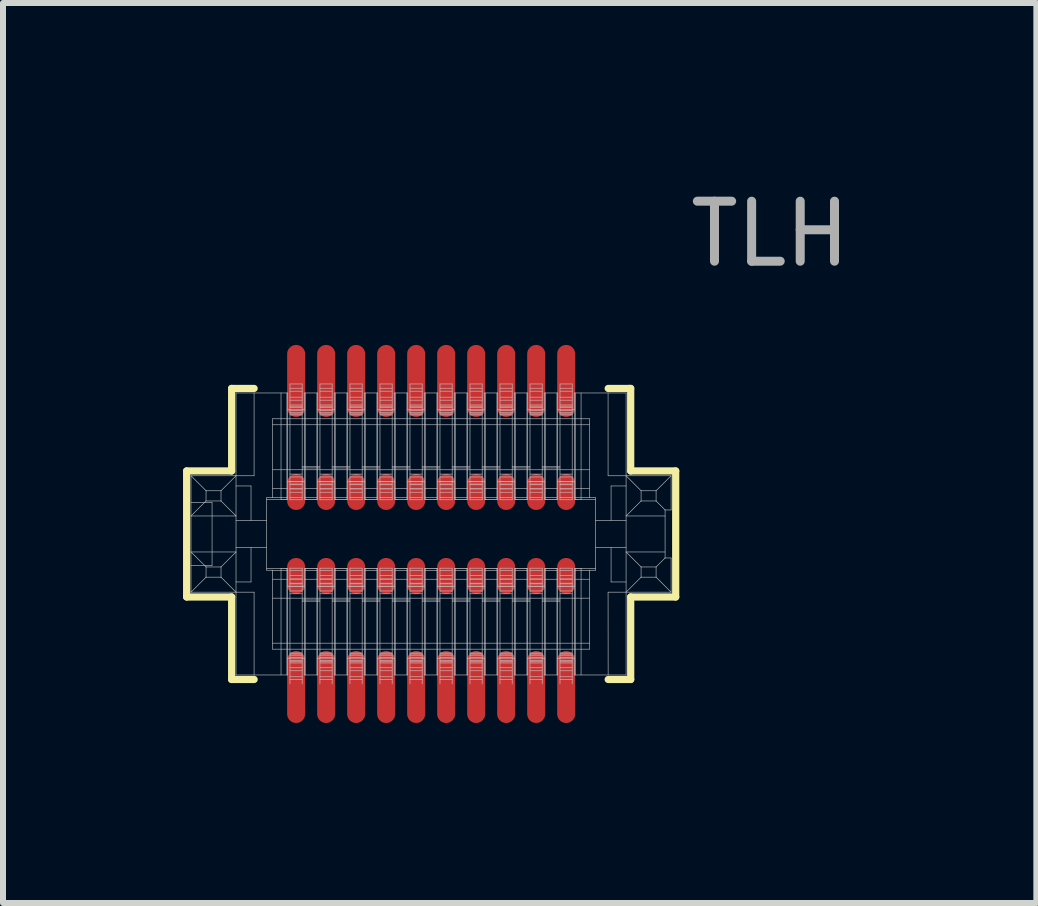
<source format=kicad_pcb>
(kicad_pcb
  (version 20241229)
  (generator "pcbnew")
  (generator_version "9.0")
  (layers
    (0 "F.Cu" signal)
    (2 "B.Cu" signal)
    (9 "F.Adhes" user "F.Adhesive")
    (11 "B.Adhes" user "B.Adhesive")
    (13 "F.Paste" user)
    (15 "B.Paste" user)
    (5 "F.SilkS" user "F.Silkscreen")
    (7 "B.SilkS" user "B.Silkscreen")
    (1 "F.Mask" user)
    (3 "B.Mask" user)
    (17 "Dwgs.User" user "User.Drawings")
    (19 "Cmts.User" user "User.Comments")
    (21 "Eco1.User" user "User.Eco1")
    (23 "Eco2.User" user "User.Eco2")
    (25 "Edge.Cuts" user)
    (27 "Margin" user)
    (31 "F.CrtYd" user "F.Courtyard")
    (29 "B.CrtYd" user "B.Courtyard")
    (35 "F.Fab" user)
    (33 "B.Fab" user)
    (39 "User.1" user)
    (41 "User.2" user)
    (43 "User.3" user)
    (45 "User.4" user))
  (footprint "TLH"
    (layer "F.Cu")
    (at 4.135 5.848)
    (property "Reference" "TLH" (at 5.65 -5 0) (layer "F.Fab") (effects (font (size 1 1) (thickness 0.15))))
    (attr through_hole)
    (fp_line (start -4.075 -1.05) (end -3.325 -1.05) (stroke (width 0.12) (type solid)) (layer "F.SilkS"))
    (fp_line (start -4.075 1.05) (end -4.075 -1.05) (stroke (width 0.12) (type solid)) (layer "F.SilkS"))
    (fp_line (start -3.325 -2.425) (end -2.95 -2.425) (stroke (width 0.12) (type solid)) (layer "F.SilkS"))
    (fp_line (start -3.325 -1.05) (end -3.325 -2.425) (stroke (width 0.12) (type solid)) (layer "F.SilkS"))
    (fp_line (start -3.325 1.05) (end -4.075 1.05) (stroke (width 0.12) (type solid)) (layer "F.SilkS"))
    (fp_line (start -3.325 2.425) (end -3.325 1.05) (stroke (width 0.12) (type solid)) (layer "F.SilkS"))
    (fp_line (start -3.3 2.425) (end -3.325 2.425) (stroke (width 0.12) (type solid)) (layer "F.SilkS"))
    (fp_line (start -2.95 2.425) (end -3.3 2.425) (stroke (width 0.12) (type solid)) (layer "F.SilkS"))
    (fp_line (start 2.95 -2.425) (end 3.3 -2.425) (stroke (width 0.12) (type solid)) (layer "F.SilkS"))
    (fp_line (start 3.3 -2.425) (end 3.325 -2.425) (stroke (width 0.12) (type solid)) (layer "F.SilkS"))
    (fp_line (start 3.325 -2.425) (end 3.325 -1.05) (stroke (width 0.12) (type solid)) (layer "F.SilkS"))
    (fp_line (start 3.325 -1.05) (end 4.075 -1.05) (stroke (width 0.12) (type solid)) (layer "F.SilkS"))
    (fp_line (start 3.325 1.05) (end 3.325 2.425) (stroke (width 0.12) (type solid)) (layer "F.SilkS"))
    (fp_line (start 3.325 2.425) (end 2.95 2.425) (stroke (width 0.12) (type solid)) (layer "F.SilkS"))
    (fp_line (start 4.075 -1.05) (end 4.075 1.05) (stroke (width 0.12) (type solid)) (layer "F.SilkS"))
    (fp_line (start 4.075 1.05) (end 3.325 1.05) (stroke (width 0.12) (type solid)) (layer "F.SilkS"))
    (fp_line (start -4.002 -0.97) (end -3.751 -0.72) (stroke (width 0.01) (type solid)) (layer "Dwgs.User"))
    (fp_line (start -4.002 0.3) (end -3.751 0.55) (stroke (width 0.01) (type solid)) (layer "Dwgs.User"))
    (fp_line (start -4.002 0.525) (end -3.651 0.525) (stroke (width 0.01) (type solid)) (layer "Dwgs.User"))
    (fp_line (start -4.002 0.97) (end -4.002 -0.97) (stroke (width 0.01) (type solid)) (layer "Dwgs.User"))
    (fp_line (start -3.752 -0.55) (end -4.002 -0.3) (stroke (width 0.01) (type solid)) (layer "Dwgs.User"))
    (fp_line (start -3.752 -0.55) (end -3.751 -0.72) (stroke (width 0.01) (type solid)) (layer "Dwgs.User"))
    (fp_line (start -3.752 0.72) (end -4.002 0.97) (stroke (width 0.01) (type solid)) (layer "Dwgs.User"))
    (fp_line (start -3.752 0.72) (end -3.751 0.55) (stroke (width 0.01) (type solid)) (layer "Dwgs.User"))
    (fp_line (start -3.651 -0.525) (end -4.002 -0.525) (stroke (width 0.01) (type solid)) (layer "Dwgs.User"))
    (fp_line (start -3.651 0.525) (end -3.651 -0.525) (stroke (width 0.01) (type solid)) (layer "Dwgs.User"))
    (fp_line (start -3.502 -0.72) (end -3.751 -0.72) (stroke (width 0.01) (type solid)) (layer "Dwgs.User"))
    (fp_line (start -3.502 -0.72) (end -3.502 -0.55) (stroke (width 0.01) (type solid)) (layer "Dwgs.User"))
    (fp_line (start -3.502 -0.72) (end -3.252 -0.97) (stroke (width 0.01) (type solid)) (layer "Dwgs.User"))
    (fp_line (start -3.502 -0.55) (end -3.752 -0.55) (stroke (width 0.01) (type solid)) (layer "Dwgs.User"))
    (fp_line (start -3.502 0.55) (end -3.751 0.55) (stroke (width 0.01) (type solid)) (layer "Dwgs.User"))
    (fp_line (start -3.502 0.55) (end -3.502 0.72) (stroke (width 0.01) (type solid)) (layer "Dwgs.User"))
    (fp_line (start -3.502 0.55) (end -3.252 0.3) (stroke (width 0.01) (type solid)) (layer "Dwgs.User"))
    (fp_line (start -3.502 0.72) (end -3.752 0.72) (stroke (width 0.01) (type solid)) (layer "Dwgs.User"))
    (fp_line (start -3.252 -2.35) (end -3.252 2.35) (stroke (width 0.01) (type solid)) (layer "Dwgs.User"))
    (fp_line (start -3.252 -2.35) (end -2.392 -2.35) (stroke (width 0.01) (type solid)) (layer "Dwgs.User"))
    (fp_line (start -3.252 -0.8) (end -3.002 -0.8) (stroke (width 0.01) (type solid)) (layer "Dwgs.User"))
    (fp_line (start -3.252 -0.3) (end -4.002 -0.3) (stroke (width 0.01) (type solid)) (layer "Dwgs.User"))
    (fp_line (start -3.252 -0.3) (end -3.502 -0.55) (stroke (width 0.01) (type solid)) (layer "Dwgs.User"))
    (fp_line (start -3.252 0.3) (end -4.002 0.3) (stroke (width 0.01) (type solid)) (layer "Dwgs.User"))
    (fp_line (start -3.252 0.97) (end -3.502 0.72) (stroke (width 0.01) (type solid)) (layer "Dwgs.User"))
    (fp_line (start -3.252 2.35) (end -2.392 2.35) (stroke (width 0.01) (type solid)) (layer "Dwgs.User"))
    (fp_line (start -3.002 -0.225) (end -3.002 -0.8) (stroke (width 0.01) (type solid)) (layer "Dwgs.User"))
    (fp_line (start -3.002 0.8) (end -3.252 0.8) (stroke (width 0.01) (type solid)) (layer "Dwgs.User"))
    (fp_line (start -3.002 0.8) (end -3.002 0.225) (stroke (width 0.01) (type solid)) (layer "Dwgs.User"))
    (fp_line (start -2.951 -0.97) (end -4.002 -0.97) (stroke (width 0.01) (type solid)) (layer "Dwgs.User"))
    (fp_line (start -2.951 -0.97) (end -2.951 -2.35) (stroke (width 0.01) (type solid)) (layer "Dwgs.User"))
    (fp_line (start -2.951 0.97) (end -4.002 0.97) (stroke (width 0.01) (type solid)) (layer "Dwgs.User"))
    (fp_line (start -2.951 0.97) (end -2.951 2.35) (stroke (width 0.01) (type solid)) (layer "Dwgs.User"))
    (fp_line (start -2.741 -0.604) (end -2.741 0.604) (stroke (width 0.01) (type solid)) (layer "Dwgs.User"))
    (fp_line (start -2.741 -0.225) (end -3.252 -0.225) (stroke (width 0.01) (type solid)) (layer "Dwgs.User"))
    (fp_line (start -2.741 0.225) (end -3.252 0.225) (stroke (width 0.01) (type solid)) (layer "Dwgs.User"))
    (fp_line (start -2.741 0.604) (end -2.642 0.604) (stroke (width 0.01) (type solid)) (layer "Dwgs.User"))
    (fp_line (start -2.642 -1.92) (end -2.642 -0.604) (stroke (width 0.01) (type solid)) (layer "Dwgs.User"))
    (fp_line (start -2.642 -0.604) (end -2.741 -0.604) (stroke (width 0.01) (type solid)) (layer "Dwgs.User"))
    (fp_line (start -2.642 0.604) (end -2.642 1.92) (stroke (width 0.01) (type solid)) (layer "Dwgs.User"))
    (fp_line (start -2.502 -0.573) (end -2.741 -0.573) (stroke (width 0.01) (type solid)) (layer "Dwgs.User"))
    (fp_line (start -2.502 -0.573) (end -2.502 -2.35) (stroke (width 0.01) (type solid)) (layer "Dwgs.User"))
    (fp_line (start -2.502 0.573) (end -2.741 0.573) (stroke (width 0.01) (type solid)) (layer "Dwgs.User"))
    (fp_line (start -2.502 0.573) (end -2.493 0.573) (stroke (width 0.01) (type solid)) (layer "Dwgs.User"))
    (fp_line (start -2.502 2.35) (end -2.502 0.573) (stroke (width 0.01) (type solid)) (layer "Dwgs.User"))
    (fp_line (start -2.498 -0.573) (end -2.502 -0.573) (stroke (width 0.01) (type solid)) (layer "Dwgs.User"))
    (fp_line (start -2.493 0.573) (end -2.484 0.573) (stroke (width 0.01) (type solid)) (layer "Dwgs.User"))
    (fp_line (start -2.489 -0.573) (end -2.498 -0.573) (stroke (width 0.01) (type solid)) (layer "Dwgs.User"))
    (fp_line (start -2.484 0.573) (end -2.476 0.573) (stroke (width 0.01) (type solid)) (layer "Dwgs.User"))
    (fp_line (start -2.481 -0.573) (end -2.489 -0.573) (stroke (width 0.01) (type solid)) (layer "Dwgs.User"))
    (fp_line (start -2.476 0.573) (end -2.467 0.573) (stroke (width 0.01) (type solid)) (layer "Dwgs.User"))
    (fp_line (start -2.472 -0.573) (end -2.481 -0.573) (stroke (width 0.01) (type solid)) (layer "Dwgs.User"))
    (fp_line (start -2.467 0.573) (end -2.459 0.573) (stroke (width 0.01) (type solid)) (layer "Dwgs.User"))
    (fp_line (start -2.464 -0.573) (end -2.472 -0.573) (stroke (width 0.01) (type solid)) (layer "Dwgs.User"))
    (fp_line (start -2.459 0.573) (end -2.451 0.573) (stroke (width 0.01) (type solid)) (layer "Dwgs.User"))
    (fp_line (start -2.456 -0.573) (end -2.464 -0.573) (stroke (width 0.01) (type solid)) (layer "Dwgs.User"))
    (fp_line (start -2.451 0.573) (end -2.444 0.574) (stroke (width 0.01) (type solid)) (layer "Dwgs.User"))
    (fp_line (start -2.449 -0.574) (end -2.456 -0.573) (stroke (width 0.01) (type solid)) (layer "Dwgs.User"))
    (fp_line (start -2.444 0.574) (end -2.437 0.574) (stroke (width 0.01) (type solid)) (layer "Dwgs.User"))
    (fp_line (start -2.441 -0.574) (end -2.449 -0.574) (stroke (width 0.01) (type solid)) (layer "Dwgs.User"))
    (fp_line (start -2.437 0.574) (end -2.431 0.574) (stroke (width 0.01) (type solid)) (layer "Dwgs.User"))
    (fp_line (start -2.435 -0.574) (end -2.441 -0.574) (stroke (width 0.01) (type solid)) (layer "Dwgs.User"))
    (fp_line (start -2.431 0.574) (end -2.425 0.574) (stroke (width 0.01) (type solid)) (layer "Dwgs.User"))
    (fp_line (start -2.428 -0.574) (end -2.435 -0.574) (stroke (width 0.01) (type solid)) (layer "Dwgs.User"))
    (fp_line (start -2.425 0.574) (end -2.42 0.574) (stroke (width 0.01) (type solid)) (layer "Dwgs.User"))
    (fp_line (start -2.423 -0.574) (end -2.428 -0.574) (stroke (width 0.01) (type solid)) (layer "Dwgs.User"))
    (fp_line (start -2.42 0.574) (end -2.415 0.575) (stroke (width 0.01) (type solid)) (layer "Dwgs.User"))
    (fp_line (start -2.418 -0.575) (end -2.423 -0.574) (stroke (width 0.01) (type solid)) (layer "Dwgs.User"))
    (fp_line (start -2.415 0.575) (end -2.411 0.575) (stroke (width 0.01) (type solid)) (layer "Dwgs.User"))
    (fp_line (start -2.413 -0.575) (end -2.418 -0.575) (stroke (width 0.01) (type solid)) (layer "Dwgs.User"))
    (fp_line (start -2.411 0.575) (end -2.408 0.575) (stroke (width 0.01) (type solid)) (layer "Dwgs.User"))
    (fp_line (start -2.409 -0.575) (end -2.413 -0.575) (stroke (width 0.01) (type solid)) (layer "Dwgs.User"))
    (fp_line (start -2.408 0.575) (end -2.405 0.576) (stroke (width 0.01) (type solid)) (layer "Dwgs.User"))
    (fp_line (start -2.406 -0.575) (end -2.409 -0.575) (stroke (width 0.01) (type solid)) (layer "Dwgs.User"))
    (fp_line (start -2.405 0.576) (end -2.404 0.576) (stroke (width 0.01) (type solid)) (layer "Dwgs.User"))
    (fp_line (start -2.404 -0.576) (end -2.406 -0.575) (stroke (width 0.01) (type solid)) (layer "Dwgs.User"))
    (fp_line (start -2.404 -0.576) (end -2.404 -2.35) (stroke (width 0.01) (type solid)) (layer "Dwgs.User"))
    (fp_line (start -2.404 -0.576) (end -2.392 -0.578) (stroke (width 0.01) (type solid)) (layer "Dwgs.User"))
    (fp_line (start -2.404 2.35) (end -2.404 0.576) (stroke (width 0.01) (type solid)) (layer "Dwgs.User"))
    (fp_line (start -2.392 -2.35) (end -2.392 -2.07) (stroke (width 0.01) (type solid)) (layer "Dwgs.User"))
    (fp_line (start -2.392 -2.07) (end -2.111 -2.07) (stroke (width 0.01) (type solid)) (layer "Dwgs.User"))
    (fp_line (start -2.392 -0.87) (end -2.392 -2.07) (stroke (width 0.01) (type solid)) (layer "Dwgs.User"))
    (fp_line (start -2.392 -0.87) (end -2.392 -0.578) (stroke (width 0.01) (type solid)) (layer "Dwgs.User"))
    (fp_line (start -2.392 -0.755) (end -2.641 -0.755) (stroke (width 0.01) (type solid)) (layer "Dwgs.User"))
    (fp_line (start -2.392 -0.607) (end -2.641 -0.607) (stroke (width 0.01) (type solid)) (layer "Dwgs.User"))
    (fp_line (start -2.392 0.578) (end -2.404 0.576) (stroke (width 0.01) (type solid)) (layer "Dwgs.User"))
    (fp_line (start -2.392 0.578) (end -2.392 0.87) (stroke (width 0.01) (type solid)) (layer "Dwgs.User"))
    (fp_line (start -2.392 0.608) (end -2.641 0.608) (stroke (width 0.01) (type solid)) (layer "Dwgs.User"))
    (fp_line (start -2.392 0.755) (end -2.641 0.755) (stroke (width 0.01) (type solid)) (layer "Dwgs.User"))
    (fp_line (start -2.392 0.87) (end -2.111 0.87) (stroke (width 0.01) (type solid)) (layer "Dwgs.User"))
    (fp_line (start -2.392 2.07) (end -2.392 0.87) (stroke (width 0.01) (type solid)) (layer "Dwgs.User"))
    (fp_line (start -2.392 2.07) (end -2.392 2.35) (stroke (width 0.01) (type solid)) (layer "Dwgs.User"))
    (fp_line (start -2.353 -2.5) (end -2.353 -2.07) (stroke (width 0.01) (type solid)) (layer "Dwgs.User"))
    (fp_line (start -2.353 -2.5) (end -2.15 -2.5) (stroke (width 0.01) (type solid)) (layer "Dwgs.User"))
    (fp_line (start -2.353 -2.428) (end -2.15 -2.428) (stroke (width 0.01) (type solid)) (layer "Dwgs.User"))
    (fp_line (start -2.353 -2.38) (end -2.15 -2.38) (stroke (width 0.01) (type solid)) (layer "Dwgs.User"))
    (fp_line (start -2.353 -2.28) (end -2.15 -2.28) (stroke (width 0.01) (type solid)) (layer "Dwgs.User"))
    (fp_line (start -2.353 -2.23) (end -2.15 -2.23) (stroke (width 0.01) (type solid)) (layer "Dwgs.User"))
    (fp_line (start -2.353 -2.15) (end -2.15 -2.15) (stroke (width 0.01) (type solid)) (layer "Dwgs.User"))
    (fp_line (start -2.353 -2.13) (end -2.15 -2.13) (stroke (width 0.01) (type solid)) (layer "Dwgs.User"))
    (fp_line (start -2.353 -2.106) (end -2.15 -2.106) (stroke (width 0.01) (type solid)) (layer "Dwgs.User"))
    (fp_line (start -2.353 -2.07) (end -2.353 -0.87) (stroke (width 0.01) (type solid)) (layer "Dwgs.User"))
    (fp_line (start -2.353 -2.054) (end -2.15 -2.054) (stroke (width 0.01) (type solid)) (layer "Dwgs.User"))
    (fp_line (start -2.353 -2.02) (end -2.15 -2.02) (stroke (width 0.01) (type solid)) (layer "Dwgs.User"))
    (fp_line (start -2.353 -2) (end -2.15 -2) (stroke (width 0.01) (type solid)) (layer "Dwgs.User"))
    (fp_line (start -2.353 -1.983) (end -2.15 -1.983) (stroke (width 0.01) (type solid)) (layer "Dwgs.User"))
    (fp_line (start -2.353 -0.997) (end -2.15 -0.997) (stroke (width 0.01) (type solid)) (layer "Dwgs.User"))
    (fp_line (start -2.353 -0.95) (end -2.15 -0.95) (stroke (width 0.01) (type solid)) (layer "Dwgs.User"))
    (fp_line (start -2.353 -0.874) (end -2.15 -0.874) (stroke (width 0.01) (type solid)) (layer "Dwgs.User"))
    (fp_line (start -2.353 -0.87) (end -2.353 -0.57) (stroke (width 0.01) (type solid)) (layer "Dwgs.User"))
    (fp_line (start -2.353 -0.832) (end -2.15 -0.832) (stroke (width 0.01) (type solid)) (layer "Dwgs.User"))
    (fp_line (start -2.353 -0.82) (end -2.15 -0.82) (stroke (width 0.01) (type solid)) (layer "Dwgs.User"))
    (fp_line (start -2.353 -0.753) (end -2.15 -0.753) (stroke (width 0.01) (type solid)) (layer "Dwgs.User"))
    (fp_line (start -2.353 -0.75) (end -2.15 -0.75) (stroke (width 0.01) (type solid)) (layer "Dwgs.User"))
    (fp_line (start -2.353 -0.695) (end -2.15 -0.695) (stroke (width 0.01) (type solid)) (layer "Dwgs.User"))
    (fp_line (start -2.353 -0.61) (end -2.15 -0.61) (stroke (width 0.01) (type solid)) (layer "Dwgs.User"))
    (fp_line (start -2.353 -0.57) (end -2.15 -0.57) (stroke (width 0.01) (type solid)) (layer "Dwgs.User"))
    (fp_line (start -2.353 0.57) (end -2.353 0.87) (stroke (width 0.01) (type solid)) (layer "Dwgs.User"))
    (fp_line (start -2.353 0.87) (end -2.353 2.07) (stroke (width 0.01) (type solid)) (layer "Dwgs.User"))
    (fp_line (start -2.353 2.07) (end -2.353 2.5) (stroke (width 0.01) (type solid)) (layer "Dwgs.User"))
    (fp_line (start -2.15 -2.07) (end -2.15 -2.5) (stroke (width 0.01) (type solid)) (layer "Dwgs.User"))
    (fp_line (start -2.15 -1.1) (end -1.853 -1.1) (stroke (width 0.01) (type solid)) (layer "Dwgs.User"))
    (fp_line (start -2.15 -0.87) (end -2.15 -2.07) (stroke (width 0.01) (type solid)) (layer "Dwgs.User"))
    (fp_line (start -2.15 -0.57) (end -2.15 -0.87) (stroke (width 0.01) (type solid)) (layer "Dwgs.User"))
    (fp_line (start -2.15 0.57) (end -2.353 0.57) (stroke (width 0.01) (type solid)) (layer "Dwgs.User"))
    (fp_line (start -2.15 0.61) (end -2.353 0.61) (stroke (width 0.01) (type solid)) (layer "Dwgs.User"))
    (fp_line (start -2.15 0.695) (end -2.353 0.695) (stroke (width 0.01) (type solid)) (layer "Dwgs.User"))
    (fp_line (start -2.15 0.75) (end -2.353 0.75) (stroke (width 0.01) (type solid)) (layer "Dwgs.User"))
    (fp_line (start -2.15 0.753) (end -2.353 0.753) (stroke (width 0.01) (type solid)) (layer "Dwgs.User"))
    (fp_line (start -2.15 0.82) (end -2.353 0.82) (stroke (width 0.01) (type solid)) (layer "Dwgs.User"))
    (fp_line (start -2.15 0.832) (end -2.353 0.832) (stroke (width 0.01) (type solid)) (layer "Dwgs.User"))
    (fp_line (start -2.15 0.87) (end -2.15 0.57) (stroke (width 0.01) (type solid)) (layer "Dwgs.User"))
    (fp_line (start -2.15 0.874) (end -2.353 0.874) (stroke (width 0.01) (type solid)) (layer "Dwgs.User"))
    (fp_line (start -2.15 0.95) (end -2.353 0.95) (stroke (width 0.01) (type solid)) (layer "Dwgs.User"))
    (fp_line (start -2.15 0.997) (end -2.353 0.997) (stroke (width 0.01) (type solid)) (layer "Dwgs.User"))
    (fp_line (start -2.15 1.12) (end -1.853 1.12) (stroke (width 0.01) (type solid)) (layer "Dwgs.User"))
    (fp_line (start -2.15 1.983) (end -2.353 1.983) (stroke (width 0.01) (type solid)) (layer "Dwgs.User"))
    (fp_line (start -2.15 2) (end -2.353 2) (stroke (width 0.01) (type solid)) (layer "Dwgs.User"))
    (fp_line (start -2.15 2.02) (end -2.353 2.02) (stroke (width 0.01) (type solid)) (layer "Dwgs.User"))
    (fp_line (start -2.15 2.054) (end -2.353 2.054) (stroke (width 0.01) (type solid)) (layer "Dwgs.User"))
    (fp_line (start -2.15 2.07) (end -2.15 0.87) (stroke (width 0.01) (type solid)) (layer "Dwgs.User"))
    (fp_line (start -2.15 2.106) (end -2.353 2.106) (stroke (width 0.01) (type solid)) (layer "Dwgs.User"))
    (fp_line (start -2.15 2.13) (end -2.353 2.13) (stroke (width 0.01) (type solid)) (layer "Dwgs.User"))
    (fp_line (start -2.15 2.15) (end -2.353 2.15) (stroke (width 0.01) (type solid)) (layer "Dwgs.User"))
    (fp_line (start -2.15 2.23) (end -2.353 2.23) (stroke (width 0.01) (type solid)) (layer "Dwgs.User"))
    (fp_line (start -2.15 2.28) (end -2.353 2.28) (stroke (width 0.01) (type solid)) (layer "Dwgs.User"))
    (fp_line (start -2.15 2.38) (end -2.353 2.38) (stroke (width 0.01) (type solid)) (layer "Dwgs.User"))
    (fp_line (start -2.15 2.428) (end -2.353 2.428) (stroke (width 0.01) (type solid)) (layer "Dwgs.User"))
    (fp_line (start -2.15 2.5) (end -2.15 2.07) (stroke (width 0.01) (type solid)) (layer "Dwgs.User"))
    (fp_line (start -2.111 -0.87) (end -2.392 -0.87) (stroke (width 0.01) (type solid)) (layer "Dwgs.User"))
    (fp_line (start -2.111 -0.87) (end -2.111 -2.07) (stroke (width 0.01) (type solid)) (layer "Dwgs.User"))
    (fp_line (start -2.111 -0.578) (end -2.111 -0.87) (stroke (width 0.01) (type solid)) (layer "Dwgs.User"))
    (fp_line (start -2.111 -0.578) (end -2.099 -0.576) (stroke (width 0.01) (type solid)) (layer "Dwgs.User"))
    (fp_line (start -2.111 2.07) (end -2.392 2.07) (stroke (width 0.01) (type solid)) (layer "Dwgs.User"))
    (fp_line (start -2.111 2.07) (end -2.111 0.87) (stroke (width 0.01) (type solid)) (layer "Dwgs.User"))
    (fp_line (start -2.111 2.35) (end -2.111 2.07) (stroke (width 0.01) (type solid)) (layer "Dwgs.User"))
    (fp_line (start -2.111 -2.35) (end -1.891 -2.35) (stroke (width 0.01) (type solid)) (layer "Dwgs.User"))
    (fp_line (start -2.111 -2.07) (end -2.111 -2.35) (stroke (width 0.01) (type solid)) (layer "Dwgs.User"))
    (fp_line (start -2.111 0.87) (end -2.111 0.578) (stroke (width 0.01) (type solid)) (layer "Dwgs.User"))
    (fp_line (start -2.099 -0.576) (end -2.099 -2.35) (stroke (width 0.01) (type solid)) (layer "Dwgs.User"))
    (fp_line (start -2.099 0.576) (end -2.111 0.578) (stroke (width 0.01) (type solid)) (layer "Dwgs.User"))
    (fp_line (start -2.099 0.576) (end -2.097 0.575) (stroke (width 0.01) (type solid)) (layer "Dwgs.User"))
    (fp_line (start -2.099 2.35) (end -2.099 0.576) (stroke (width 0.01) (type solid)) (layer "Dwgs.User"))
    (fp_line (start -2.097 -0.575) (end -2.099 -0.576) (stroke (width 0.01) (type solid)) (layer "Dwgs.User"))
    (fp_line (start -2.097 0.575) (end -2.094 0.575) (stroke (width 0.01) (type solid)) (layer "Dwgs.User"))
    (fp_line (start -2.094 -0.575) (end -2.097 -0.575) (stroke (width 0.01) (type solid)) (layer "Dwgs.User"))
    (fp_line (start -2.094 0.575) (end -2.09 0.575) (stroke (width 0.01) (type solid)) (layer "Dwgs.User"))
    (fp_line (start -2.091 -0.575) (end -2.094 -0.575) (stroke (width 0.01) (type solid)) (layer "Dwgs.User"))
    (fp_line (start -2.09 0.575) (end -2.085 0.575) (stroke (width 0.01) (type solid)) (layer "Dwgs.User"))
    (fp_line (start -2.086 -0.575) (end -2.091 -0.575) (stroke (width 0.01) (type solid)) (layer "Dwgs.User"))
    (fp_line (start -2.085 0.575) (end -2.08 0.574) (stroke (width 0.01) (type solid)) (layer "Dwgs.User"))
    (fp_line (start -2.081 -0.574) (end -2.086 -0.575) (stroke (width 0.01) (type solid)) (layer "Dwgs.User"))
    (fp_line (start -2.08 0.574) (end -2.075 0.574) (stroke (width 0.01) (type solid)) (layer "Dwgs.User"))
    (fp_line (start -2.076 -0.574) (end -2.081 -0.574) (stroke (width 0.01) (type solid)) (layer "Dwgs.User"))
    (fp_line (start -2.075 0.574) (end -2.068 0.574) (stroke (width 0.01) (type solid)) (layer "Dwgs.User"))
    (fp_line (start -2.07 -0.574) (end -2.076 -0.574) (stroke (width 0.01) (type solid)) (layer "Dwgs.User"))
    (fp_line (start -2.068 0.574) (end -2.062 0.574) (stroke (width 0.01) (type solid)) (layer "Dwgs.User"))
    (fp_line (start -2.063 -0.574) (end -2.07 -0.574) (stroke (width 0.01) (type solid)) (layer "Dwgs.User"))
    (fp_line (start -2.062 0.574) (end -2.054 0.574) (stroke (width 0.01) (type solid)) (layer "Dwgs.User"))
    (fp_line (start -2.056 -0.574) (end -2.063 -0.574) (stroke (width 0.01) (type solid)) (layer "Dwgs.User"))
    (fp_line (start -2.054 0.574) (end -2.047 0.573) (stroke (width 0.01) (type solid)) (layer "Dwgs.User"))
    (fp_line (start -2.048 -0.573) (end -2.056 -0.574) (stroke (width 0.01) (type solid)) (layer "Dwgs.User"))
    (fp_line (start -2.047 0.573) (end -2.039 0.573) (stroke (width 0.01) (type solid)) (layer "Dwgs.User"))
    (fp_line (start -2.041 -0.573) (end -2.048 -0.573) (stroke (width 0.01) (type solid)) (layer "Dwgs.User"))
    (fp_line (start -2.039 0.573) (end -2.031 0.573) (stroke (width 0.01) (type solid)) (layer "Dwgs.User"))
    (fp_line (start -2.032 -0.573) (end -2.041 -0.573) (stroke (width 0.01) (type solid)) (layer "Dwgs.User"))
    (fp_line (start -2.031 0.573) (end -2.022 0.573) (stroke (width 0.01) (type solid)) (layer "Dwgs.User"))
    (fp_line (start -2.024 -0.573) (end -2.032 -0.573) (stroke (width 0.01) (type solid)) (layer "Dwgs.User"))
    (fp_line (start -2.022 0.573) (end -2.014 0.573) (stroke (width 0.01) (type solid)) (layer "Dwgs.User"))
    (fp_line (start -2.015 -0.573) (end -2.024 -0.573) (stroke (width 0.01) (type solid)) (layer "Dwgs.User"))
    (fp_line (start -2.014 0.573) (end -2.005 0.573) (stroke (width 0.01) (type solid)) (layer "Dwgs.User"))
    (fp_line (start -2.007 -0.573) (end -2.015 -0.573) (stroke (width 0.01) (type solid)) (layer "Dwgs.User"))
    (fp_line (start -2.005 0.573) (end -1.996 0.573) (stroke (width 0.01) (type solid)) (layer "Dwgs.User"))
    (fp_line (start -1.998 -0.573) (end -2.007 -0.573) (stroke (width 0.01) (type solid)) (layer "Dwgs.User"))
    (fp_line (start -1.996 0.573) (end -1.988 0.573) (stroke (width 0.01) (type solid)) (layer "Dwgs.User"))
    (fp_line (start -1.989 -0.573) (end -1.998 -0.573) (stroke (width 0.01) (type solid)) (layer "Dwgs.User"))
    (fp_line (start -1.988 0.573) (end -1.979 0.573) (stroke (width 0.01) (type solid)) (layer "Dwgs.User"))
    (fp_line (start -1.981 -0.573) (end -1.989 -0.573) (stroke (width 0.01) (type solid)) (layer "Dwgs.User"))
    (fp_line (start -1.979 0.573) (end -1.971 0.573) (stroke (width 0.01) (type solid)) (layer "Dwgs.User"))
    (fp_line (start -1.972 -0.573) (end -1.981 -0.573) (stroke (width 0.01) (type solid)) (layer "Dwgs.User"))
    (fp_line (start -1.971 0.573) (end -1.962 0.573) (stroke (width 0.01) (type solid)) (layer "Dwgs.User"))
    (fp_line (start -1.964 -0.573) (end -1.972 -0.573) (stroke (width 0.01) (type solid)) (layer "Dwgs.User"))
    (fp_line (start -1.962 0.573) (end -1.955 0.573) (stroke (width 0.01) (type solid)) (layer "Dwgs.User"))
    (fp_line (start -1.956 -0.573) (end -1.964 -0.573) (stroke (width 0.01) (type solid)) (layer "Dwgs.User"))
    (fp_line (start -1.955 0.573) (end -1.947 0.574) (stroke (width 0.01) (type solid)) (layer "Dwgs.User"))
    (fp_line (start -1.949 -0.574) (end -1.956 -0.573) (stroke (width 0.01) (type solid)) (layer "Dwgs.User"))
    (fp_line (start -1.947 0.574) (end -1.94 0.574) (stroke (width 0.01) (type solid)) (layer "Dwgs.User"))
    (fp_line (start -1.941 -0.574) (end -1.949 -0.574) (stroke (width 0.01) (type solid)) (layer "Dwgs.User"))
    (fp_line (start -1.94 0.574) (end -1.933 0.574) (stroke (width 0.01) (type solid)) (layer "Dwgs.User"))
    (fp_line (start -1.935 -0.574) (end -1.941 -0.574) (stroke (width 0.01) (type solid)) (layer "Dwgs.User"))
    (fp_line (start -1.933 0.574) (end -1.927 0.574) (stroke (width 0.01) (type solid)) (layer "Dwgs.User"))
    (fp_line (start -1.928 -0.574) (end -1.935 -0.574) (stroke (width 0.01) (type solid)) (layer "Dwgs.User"))
    (fp_line (start -1.927 0.574) (end -1.922 0.574) (stroke (width 0.01) (type solid)) (layer "Dwgs.User"))
    (fp_line (start -1.923 -0.574) (end -1.928 -0.574) (stroke (width 0.01) (type solid)) (layer "Dwgs.User"))
    (fp_line (start -1.922 0.574) (end -1.917 0.575) (stroke (width 0.01) (type solid)) (layer "Dwgs.User"))
    (fp_line (start -1.918 -0.575) (end -1.923 -0.574) (stroke (width 0.01) (type solid)) (layer "Dwgs.User"))
    (fp_line (start -1.917 0.575) (end -1.912 0.575) (stroke (width 0.01) (type solid)) (layer "Dwgs.User"))
    (fp_line (start -1.913 -0.575) (end -1.918 -0.575) (stroke (width 0.01) (type solid)) (layer "Dwgs.User"))
    (fp_line (start -1.912 0.575) (end -1.909 0.575) (stroke (width 0.01) (type solid)) (layer "Dwgs.User"))
    (fp_line (start -1.909 -0.575) (end -1.913 -0.575) (stroke (width 0.01) (type solid)) (layer "Dwgs.User"))
    (fp_line (start -1.909 0.575) (end -1.906 0.575) (stroke (width 0.01) (type solid)) (layer "Dwgs.User"))
    (fp_line (start -1.906 -0.575) (end -1.909 -0.575) (stroke (width 0.01) (type solid)) (layer "Dwgs.User"))
    (fp_line (start -1.906 0.575) (end -1.904 0.576) (stroke (width 0.01) (type solid)) (layer "Dwgs.User"))
    (fp_line (start -1.904 -0.576) (end -1.906 -0.575) (stroke (width 0.01) (type solid)) (layer "Dwgs.User"))
    (fp_line (start -1.904 -0.576) (end -1.904 -2.35) (stroke (width 0.01) (type solid)) (layer "Dwgs.User"))
    (fp_line (start -1.904 -0.576) (end -1.891 -0.578) (stroke (width 0.01) (type solid)) (layer "Dwgs.User"))
    (fp_line (start -1.904 2.35) (end -1.904 0.576) (stroke (width 0.01) (type solid)) (layer "Dwgs.User"))
    (fp_line (start -1.891 -2.35) (end -1.891 -2.07) (stroke (width 0.01) (type solid)) (layer "Dwgs.User"))
    (fp_line (start -1.891 -2.07) (end -1.611 -2.07) (stroke (width 0.01) (type solid)) (layer "Dwgs.User"))
    (fp_line (start -1.891 -0.87) (end -1.891 -2.07) (stroke (width 0.01) (type solid)) (layer "Dwgs.User"))
    (fp_line (start -1.891 -0.87) (end -1.891 -0.578) (stroke (width 0.01) (type solid)) (layer "Dwgs.User"))
    (fp_line (start -1.891 -0.755) (end -2.111 -0.755) (stroke (width 0.01) (type solid)) (layer "Dwgs.User"))
    (fp_line (start -1.891 -0.607) (end -2.111 -0.607) (stroke (width 0.01) (type solid)) (layer "Dwgs.User"))
    (fp_line (start -1.891 0.578) (end -1.904 0.576) (stroke (width 0.01) (type solid)) (layer "Dwgs.User"))
    (fp_line (start -1.891 0.578) (end -1.891 0.87) (stroke (width 0.01) (type solid)) (layer "Dwgs.User"))
    (fp_line (start -1.891 0.608) (end -2.111 0.608) (stroke (width 0.01) (type solid)) (layer "Dwgs.User"))
    (fp_line (start -1.891 0.755) (end -2.111 0.755) (stroke (width 0.01) (type solid)) (layer "Dwgs.User"))
    (fp_line (start -1.891 0.87) (end -1.611 0.87) (stroke (width 0.01) (type solid)) (layer "Dwgs.User"))
    (fp_line (start -1.891 2.07) (end -1.891 0.87) (stroke (width 0.01) (type solid)) (layer "Dwgs.User"))
    (fp_line (start -1.891 2.07) (end -1.891 2.35) (stroke (width 0.01) (type solid)) (layer "Dwgs.User"))
    (fp_line (start -1.891 2.35) (end -2.111 2.35) (stroke (width 0.01) (type solid)) (layer "Dwgs.User"))
    (fp_line (start -1.853 -2.5) (end -1.853 -2.07) (stroke (width 0.01) (type solid)) (layer "Dwgs.User"))
    (fp_line (start -1.853 -2.5) (end -1.65 -2.5) (stroke (width 0.01) (type solid)) (layer "Dwgs.User"))
    (fp_line (start -1.853 -2.428) (end -1.65 -2.428) (stroke (width 0.01) (type solid)) (layer "Dwgs.User"))
    (fp_line (start -1.853 -2.38) (end -1.65 -2.38) (stroke (width 0.01) (type solid)) (layer "Dwgs.User"))
    (fp_line (start -1.853 -2.28) (end -1.65 -2.28) (stroke (width 0.01) (type solid)) (layer "Dwgs.User"))
    (fp_line (start -1.853 -2.23) (end -1.65 -2.23) (stroke (width 0.01) (type solid)) (layer "Dwgs.User"))
    (fp_line (start -1.853 -2.15) (end -1.65 -2.15) (stroke (width 0.01) (type solid)) (layer "Dwgs.User"))
    (fp_line (start -1.853 -2.13) (end -1.65 -2.13) (stroke (width 0.01) (type solid)) (layer "Dwgs.User"))
    (fp_line (start -1.853 -2.106) (end -1.65 -2.106) (stroke (width 0.01) (type solid)) (layer "Dwgs.User"))
    (fp_line (start -1.853 -2.07) (end -1.853 -0.87) (stroke (width 0.01) (type solid)) (layer "Dwgs.User"))
    (fp_line (start -1.853 -2.054) (end -1.65 -2.054) (stroke (width 0.01) (type solid)) (layer "Dwgs.User"))
    (fp_line (start -1.853 -2.02) (end -1.65 -2.02) (stroke (width 0.01) (type solid)) (layer "Dwgs.User"))
    (fp_line (start -1.853 -2) (end -1.65 -2) (stroke (width 0.01) (type solid)) (layer "Dwgs.User"))
    (fp_line (start -1.853 -1.983) (end -1.65 -1.983) (stroke (width 0.01) (type solid)) (layer "Dwgs.User"))
    (fp_line (start -1.853 -1.12) (end -2.15 -1.12) (stroke (width 0.01) (type solid)) (layer "Dwgs.User"))
    (fp_line (start -1.853 -0.61) (end -1.65 -0.61) (stroke (width 0.01) (type solid)) (layer "Dwgs.User"))
    (fp_line (start -1.853 -0.57) (end -1.65 -0.57) (stroke (width 0.01) (type solid)) (layer "Dwgs.User"))
    (fp_line (start -1.853 0.57) (end -1.853 0.87) (stroke (width 0.01) (type solid)) (layer "Dwgs.User"))
    (fp_line (start -1.853 0.87) (end -1.853 2.07) (stroke (width 0.01) (type solid)) (layer "Dwgs.User"))
    (fp_line (start -1.853 1.1) (end -2.15 1.1) (stroke (width 0.01) (type solid)) (layer "Dwgs.User"))
    (fp_line (start -1.853 2.07) (end -1.853 2.5) (stroke (width 0.01) (type solid)) (layer "Dwgs.User"))
    (fp_line (start -1.853 -0.997) (end -1.65 -0.997) (stroke (width 0.01) (type solid)) (layer "Dwgs.User"))
    (fp_line (start -1.853 -0.95) (end -1.65 -0.95) (stroke (width 0.01) (type solid)) (layer "Dwgs.User"))
    (fp_line (start -1.853 -0.874) (end -1.65 -0.874) (stroke (width 0.01) (type solid)) (layer "Dwgs.User"))
    (fp_line (start -1.853 -0.87) (end -1.853 -0.57) (stroke (width 0.01) (type solid)) (layer "Dwgs.User"))
    (fp_line (start -1.853 -0.832) (end -1.65 -0.832) (stroke (width 0.01) (type solid)) (layer "Dwgs.User"))
    (fp_line (start -1.853 -0.82) (end -1.65 -0.82) (stroke (width 0.01) (type solid)) (layer "Dwgs.User"))
    (fp_line (start -1.853 -0.753) (end -1.65 -0.753) (stroke (width 0.01) (type solid)) (layer "Dwgs.User"))
    (fp_line (start -1.853 -0.75) (end -1.65 -0.75) (stroke (width 0.01) (type solid)) (layer "Dwgs.User"))
    (fp_line (start -1.853 -0.695) (end -1.65 -0.695) (stroke (width 0.01) (type solid)) (layer "Dwgs.User"))
    (fp_line (start -1.65 0.57) (end -1.853 0.57) (stroke (width 0.01) (type solid)) (layer "Dwgs.User"))
    (fp_line (start -1.65 0.61) (end -1.853 0.61) (stroke (width 0.01) (type solid)) (layer "Dwgs.User"))
    (fp_line (start -1.65 0.695) (end -1.853 0.695) (stroke (width 0.01) (type solid)) (layer "Dwgs.User"))
    (fp_line (start -1.65 0.75) (end -1.853 0.75) (stroke (width 0.01) (type solid)) (layer "Dwgs.User"))
    (fp_line (start -1.65 0.753) (end -1.853 0.753) (stroke (width 0.01) (type solid)) (layer "Dwgs.User"))
    (fp_line (start -1.65 0.82) (end -1.853 0.82) (stroke (width 0.01) (type solid)) (layer "Dwgs.User"))
    (fp_line (start -1.65 0.832) (end -1.853 0.832) (stroke (width 0.01) (type solid)) (layer "Dwgs.User"))
    (fp_line (start -1.65 0.87) (end -1.65 0.57) (stroke (width 0.01) (type solid)) (layer "Dwgs.User"))
    (fp_line (start -1.65 0.874) (end -1.853 0.874) (stroke (width 0.01) (type solid)) (layer "Dwgs.User"))
    (fp_line (start -1.65 0.95) (end -1.853 0.95) (stroke (width 0.01) (type solid)) (layer "Dwgs.User"))
    (fp_line (start -1.65 0.997) (end -1.853 0.997) (stroke (width 0.01) (type solid)) (layer "Dwgs.User"))
    (fp_line (start -1.65 1.12) (end -1.353 1.12) (stroke (width 0.01) (type solid)) (layer "Dwgs.User"))
    (fp_line (start -1.65 1.983) (end -1.853 1.983) (stroke (width 0.01) (type solid)) (layer "Dwgs.User"))
    (fp_line (start -1.65 2) (end -1.853 2) (stroke (width 0.01) (type solid)) (layer "Dwgs.User"))
    (fp_line (start -1.65 2.02) (end -1.853 2.02) (stroke (width 0.01) (type solid)) (layer "Dwgs.User"))
    (fp_line (start -1.65 2.054) (end -1.853 2.054) (stroke (width 0.01) (type solid)) (layer "Dwgs.User"))
    (fp_line (start -1.65 2.07) (end -1.65 0.87) (stroke (width 0.01) (type solid)) (layer "Dwgs.User"))
    (fp_line (start -1.65 2.106) (end -1.853 2.106) (stroke (width 0.01) (type solid)) (layer "Dwgs.User"))
    (fp_line (start -1.65 2.13) (end -1.853 2.13) (stroke (width 0.01) (type solid)) (layer "Dwgs.User"))
    (fp_line (start -1.65 2.15) (end -1.853 2.15) (stroke (width 0.01) (type solid)) (layer "Dwgs.User"))
    (fp_line (start -1.65 2.23) (end -1.853 2.23) (stroke (width 0.01) (type solid)) (layer "Dwgs.User"))
    (fp_line (start -1.65 2.28) (end -1.853 2.28) (stroke (width 0.01) (type solid)) (layer "Dwgs.User"))
    (fp_line (start -1.65 2.38) (end -1.853 2.38) (stroke (width 0.01) (type solid)) (layer "Dwgs.User"))
    (fp_line (start -1.65 2.428) (end -1.853 2.428) (stroke (width 0.01) (type solid)) (layer "Dwgs.User"))
    (fp_line (start -1.65 2.5) (end -1.65 2.07) (stroke (width 0.01) (type solid)) (layer "Dwgs.User"))
    (fp_line (start -1.65 -2.07) (end -1.65 -2.5) (stroke (width 0.01) (type solid)) (layer "Dwgs.User"))
    (fp_line (start -1.65 -1.1) (end -1.353 -1.1) (stroke (width 0.01) (type solid)) (layer "Dwgs.User"))
    (fp_line (start -1.65 -0.87) (end -1.65 -2.07) (stroke (width 0.01) (type solid)) (layer "Dwgs.User"))
    (fp_line (start -1.65 -0.57) (end -1.65 -0.87) (stroke (width 0.01) (type solid)) (layer "Dwgs.User"))
    (fp_line (start -1.611 -0.87) (end -1.891 -0.87) (stroke (width 0.01) (type solid)) (layer "Dwgs.User"))
    (fp_line (start -1.611 -0.87) (end -1.611 -2.07) (stroke (width 0.01) (type solid)) (layer "Dwgs.User"))
    (fp_line (start -1.611 -0.578) (end -1.611 -0.87) (stroke (width 0.01) (type solid)) (layer "Dwgs.User"))
    (fp_line (start -1.611 -0.578) (end -1.599 -0.576) (stroke (width 0.01) (type solid)) (layer "Dwgs.User"))
    (fp_line (start -1.611 2.07) (end -1.891 2.07) (stroke (width 0.01) (type solid)) (layer "Dwgs.User"))
    (fp_line (start -1.611 2.07) (end -1.611 0.87) (stroke (width 0.01) (type solid)) (layer "Dwgs.User"))
    (fp_line (start -1.611 2.35) (end -1.611 2.07) (stroke (width 0.01) (type solid)) (layer "Dwgs.User"))
    (fp_line (start -1.611 -2.35) (end -1.391 -2.35) (stroke (width 0.01) (type solid)) (layer "Dwgs.User"))
    (fp_line (start -1.611 -2.07) (end -1.611 -2.35) (stroke (width 0.01) (type solid)) (layer "Dwgs.User"))
    (fp_line (start -1.611 0.87) (end -1.611 0.578) (stroke (width 0.01) (type solid)) (layer "Dwgs.User"))
    (fp_line (start -1.599 -0.576) (end -1.599 -2.35) (stroke (width 0.01) (type solid)) (layer "Dwgs.User"))
    (fp_line (start -1.599 0.576) (end -1.611 0.578) (stroke (width 0.01) (type solid)) (layer "Dwgs.User"))
    (fp_line (start -1.599 0.576) (end -1.597 0.575) (stroke (width 0.01) (type solid)) (layer "Dwgs.User"))
    (fp_line (start -1.599 2.35) (end -1.599 0.576) (stroke (width 0.01) (type solid)) (layer "Dwgs.User"))
    (fp_line (start -1.597 -0.575) (end -1.599 -0.576) (stroke (width 0.01) (type solid)) (layer "Dwgs.User"))
    (fp_line (start -1.597 0.575) (end -1.594 0.575) (stroke (width 0.01) (type solid)) (layer "Dwgs.User"))
    (fp_line (start -1.594 -0.575) (end -1.597 -0.575) (stroke (width 0.01) (type solid)) (layer "Dwgs.User"))
    (fp_line (start -1.594 0.575) (end -1.59 0.575) (stroke (width 0.01) (type solid)) (layer "Dwgs.User"))
    (fp_line (start -1.591 -0.575) (end -1.594 -0.575) (stroke (width 0.01) (type solid)) (layer "Dwgs.User"))
    (fp_line (start -1.59 0.575) (end -1.585 0.575) (stroke (width 0.01) (type solid)) (layer "Dwgs.User"))
    (fp_line (start -1.586 -0.575) (end -1.591 -0.575) (stroke (width 0.01) (type solid)) (layer "Dwgs.User"))
    (fp_line (start -1.585 0.575) (end -1.58 0.574) (stroke (width 0.01) (type solid)) (layer "Dwgs.User"))
    (fp_line (start -1.581 -0.574) (end -1.586 -0.575) (stroke (width 0.01) (type solid)) (layer "Dwgs.User"))
    (fp_line (start -1.58 0.574) (end -1.575 0.574) (stroke (width 0.01) (type solid)) (layer "Dwgs.User"))
    (fp_line (start -1.576 -0.574) (end -1.581 -0.574) (stroke (width 0.01) (type solid)) (layer "Dwgs.User"))
    (fp_line (start -1.575 0.574) (end -1.568 0.574) (stroke (width 0.01) (type solid)) (layer "Dwgs.User"))
    (fp_line (start -1.57 -0.574) (end -1.576 -0.574) (stroke (width 0.01) (type solid)) (layer "Dwgs.User"))
    (fp_line (start -1.568 0.574) (end -1.562 0.574) (stroke (width 0.01) (type solid)) (layer "Dwgs.User"))
    (fp_line (start -1.563 -0.574) (end -1.57 -0.574) (stroke (width 0.01) (type solid)) (layer "Dwgs.User"))
    (fp_line (start -1.562 0.574) (end -1.554 0.574) (stroke (width 0.01) (type solid)) (layer "Dwgs.User"))
    (fp_line (start -1.556 -0.574) (end -1.563 -0.574) (stroke (width 0.01) (type solid)) (layer "Dwgs.User"))
    (fp_line (start -1.554 0.574) (end -1.547 0.573) (stroke (width 0.01) (type solid)) (layer "Dwgs.User"))
    (fp_line (start -1.548 -0.573) (end -1.556 -0.574) (stroke (width 0.01) (type solid)) (layer "Dwgs.User"))
    (fp_line (start -1.547 0.573) (end -1.539 0.573) (stroke (width 0.01) (type solid)) (layer "Dwgs.User"))
    (fp_line (start -1.541 -0.573) (end -1.548 -0.573) (stroke (width 0.01) (type solid)) (layer "Dwgs.User"))
    (fp_line (start -1.539 0.573) (end -1.531 0.573) (stroke (width 0.01) (type solid)) (layer "Dwgs.User"))
    (fp_line (start -1.532 -0.573) (end -1.541 -0.573) (stroke (width 0.01) (type solid)) (layer "Dwgs.User"))
    (fp_line (start -1.531 0.573) (end -1.522 0.573) (stroke (width 0.01) (type solid)) (layer "Dwgs.User"))
    (fp_line (start -1.524 -0.573) (end -1.532 -0.573) (stroke (width 0.01) (type solid)) (layer "Dwgs.User"))
    (fp_line (start -1.522 0.573) (end -1.514 0.573) (stroke (width 0.01) (type solid)) (layer "Dwgs.User"))
    (fp_line (start -1.515 -0.573) (end -1.524 -0.573) (stroke (width 0.01) (type solid)) (layer "Dwgs.User"))
    (fp_line (start -1.514 0.573) (end -1.505 0.573) (stroke (width 0.01) (type solid)) (layer "Dwgs.User"))
    (fp_line (start -1.507 -0.573) (end -1.515 -0.573) (stroke (width 0.01) (type solid)) (layer "Dwgs.User"))
    (fp_line (start -1.505 0.573) (end -1.496 0.573) (stroke (width 0.01) (type solid)) (layer "Dwgs.User"))
    (fp_line (start -1.498 -0.573) (end -1.507 -0.573) (stroke (width 0.01) (type solid)) (layer "Dwgs.User"))
    (fp_line (start -1.496 0.573) (end -1.488 0.573) (stroke (width 0.01) (type solid)) (layer "Dwgs.User"))
    (fp_line (start -1.489 -0.573) (end -1.498 -0.573) (stroke (width 0.01) (type solid)) (layer "Dwgs.User"))
    (fp_line (start -1.488 0.573) (end -1.479 0.573) (stroke (width 0.01) (type solid)) (layer "Dwgs.User"))
    (fp_line (start -1.481 -0.573) (end -1.489 -0.573) (stroke (width 0.01) (type solid)) (layer "Dwgs.User"))
    (fp_line (start -1.479 0.573) (end -1.471 0.573) (stroke (width 0.01) (type solid)) (layer "Dwgs.User"))
    (fp_line (start -1.472 -0.573) (end -1.481 -0.573) (stroke (width 0.01) (type solid)) (layer "Dwgs.User"))
    (fp_line (start -1.471 0.573) (end -1.462 0.573) (stroke (width 0.01) (type solid)) (layer "Dwgs.User"))
    (fp_line (start -1.464 -0.573) (end -1.472 -0.573) (stroke (width 0.01) (type solid)) (layer "Dwgs.User"))
    (fp_line (start -1.462 0.573) (end -1.455 0.573) (stroke (width 0.01) (type solid)) (layer "Dwgs.User"))
    (fp_line (start -1.456 -0.573) (end -1.464 -0.573) (stroke (width 0.01) (type solid)) (layer "Dwgs.User"))
    (fp_line (start -1.455 0.573) (end -1.447 0.574) (stroke (width 0.01) (type solid)) (layer "Dwgs.User"))
    (fp_line (start -1.449 -0.574) (end -1.456 -0.573) (stroke (width 0.01) (type solid)) (layer "Dwgs.User"))
    (fp_line (start -1.447 0.574) (end -1.44 0.574) (stroke (width 0.01) (type solid)) (layer "Dwgs.User"))
    (fp_line (start -1.441 -0.574) (end -1.449 -0.574) (stroke (width 0.01) (type solid)) (layer "Dwgs.User"))
    (fp_line (start -1.44 0.574) (end -1.433 0.574) (stroke (width 0.01) (type solid)) (layer "Dwgs.User"))
    (fp_line (start -1.435 -0.574) (end -1.441 -0.574) (stroke (width 0.01) (type solid)) (layer "Dwgs.User"))
    (fp_line (start -1.433 0.574) (end -1.427 0.574) (stroke (width 0.01) (type solid)) (layer "Dwgs.User"))
    (fp_line (start -1.428 -0.574) (end -1.435 -0.574) (stroke (width 0.01) (type solid)) (layer "Dwgs.User"))
    (fp_line (start -1.427 0.574) (end -1.422 0.574) (stroke (width 0.01) (type solid)) (layer "Dwgs.User"))
    (fp_line (start -1.423 -0.574) (end -1.428 -0.574) (stroke (width 0.01) (type solid)) (layer "Dwgs.User"))
    (fp_line (start -1.422 0.574) (end -1.417 0.575) (stroke (width 0.01) (type solid)) (layer "Dwgs.User"))
    (fp_line (start -1.418 -0.575) (end -1.423 -0.574) (stroke (width 0.01) (type solid)) (layer "Dwgs.User"))
    (fp_line (start -1.417 0.575) (end -1.412 0.575) (stroke (width 0.01) (type solid)) (layer "Dwgs.User"))
    (fp_line (start -1.413 -0.575) (end -1.418 -0.575) (stroke (width 0.01) (type solid)) (layer "Dwgs.User"))
    (fp_line (start -1.412 0.575) (end -1.409 0.575) (stroke (width 0.01) (type solid)) (layer "Dwgs.User"))
    (fp_line (start -1.409 -0.575) (end -1.413 -0.575) (stroke (width 0.01) (type solid)) (layer "Dwgs.User"))
    (fp_line (start -1.409 0.575) (end -1.406 0.575) (stroke (width 0.01) (type solid)) (layer "Dwgs.User"))
    (fp_line (start -1.406 -0.575) (end -1.409 -0.575) (stroke (width 0.01) (type solid)) (layer "Dwgs.User"))
    (fp_line (start -1.406 0.575) (end -1.404 0.576) (stroke (width 0.01) (type solid)) (layer "Dwgs.User"))
    (fp_line (start -1.404 -0.576) (end -1.406 -0.575) (stroke (width 0.01) (type solid)) (layer "Dwgs.User"))
    (fp_line (start -1.404 -0.576) (end -1.404 -2.35) (stroke (width 0.01) (type solid)) (layer "Dwgs.User"))
    (fp_line (start -1.404 -0.576) (end -1.391 -0.578) (stroke (width 0.01) (type solid)) (layer "Dwgs.User"))
    (fp_line (start -1.404 2.35) (end -1.404 0.576) (stroke (width 0.01) (type solid)) (layer "Dwgs.User"))
    (fp_line (start -1.391 -2.35) (end -1.391 -2.07) (stroke (width 0.01) (type solid)) (layer "Dwgs.User"))
    (fp_line (start -1.391 -2.07) (end -1.111 -2.07) (stroke (width 0.01) (type solid)) (layer "Dwgs.User"))
    (fp_line (start -1.391 -0.87) (end -1.391 -2.07) (stroke (width 0.01) (type solid)) (layer "Dwgs.User"))
    (fp_line (start -1.391 -0.87) (end -1.391 -0.578) (stroke (width 0.01) (type solid)) (layer "Dwgs.User"))
    (fp_line (start -1.391 -0.755) (end -1.611 -0.755) (stroke (width 0.01) (type solid)) (layer "Dwgs.User"))
    (fp_line (start -1.391 -0.607) (end -1.611 -0.607) (stroke (width 0.01) (type solid)) (layer "Dwgs.User"))
    (fp_line (start -1.391 0.578) (end -1.404 0.576) (stroke (width 0.01) (type solid)) (layer "Dwgs.User"))
    (fp_line (start -1.391 0.578) (end -1.391 0.87) (stroke (width 0.01) (type solid)) (layer "Dwgs.User"))
    (fp_line (start -1.391 0.608) (end -1.611 0.608) (stroke (width 0.01) (type solid)) (layer "Dwgs.User"))
    (fp_line (start -1.391 0.755) (end -1.611 0.755) (stroke (width 0.01) (type solid)) (layer "Dwgs.User"))
    (fp_line (start -1.391 0.87) (end -1.111 0.87) (stroke (width 0.01) (type solid)) (layer "Dwgs.User"))
    (fp_line (start -1.391 2.07) (end -1.391 0.87) (stroke (width 0.01) (type solid)) (layer "Dwgs.User"))
    (fp_line (start -1.391 2.07) (end -1.391 2.35) (stroke (width 0.01) (type solid)) (layer "Dwgs.User"))
    (fp_line (start -1.391 2.35) (end -1.611 2.35) (stroke (width 0.01) (type solid)) (layer "Dwgs.User"))
    (fp_line (start -1.353 -2.5) (end -1.353 -2.07) (stroke (width 0.01) (type solid)) (layer "Dwgs.User"))
    (fp_line (start -1.353 -2.5) (end -1.15 -2.5) (stroke (width 0.01) (type solid)) (layer "Dwgs.User"))
    (fp_line (start -1.353 -2.428) (end -1.15 -2.428) (stroke (width 0.01) (type solid)) (layer "Dwgs.User"))
    (fp_line (start -1.353 -2.38) (end -1.15 -2.38) (stroke (width 0.01) (type solid)) (layer "Dwgs.User"))
    (fp_line (start -1.353 -2.28) (end -1.15 -2.28) (stroke (width 0.01) (type solid)) (layer "Dwgs.User"))
    (fp_line (start -1.353 -2.23) (end -1.15 -2.23) (stroke (width 0.01) (type solid)) (layer "Dwgs.User"))
    (fp_line (start -1.353 -2.15) (end -1.15 -2.15) (stroke (width 0.01) (type solid)) (layer "Dwgs.User"))
    (fp_line (start -1.353 -2.13) (end -1.15 -2.13) (stroke (width 0.01) (type solid)) (layer "Dwgs.User"))
    (fp_line (start -1.353 -2.106) (end -1.15 -2.106) (stroke (width 0.01) (type solid)) (layer "Dwgs.User"))
    (fp_line (start -1.353 -2.07) (end -1.353 -0.87) (stroke (width 0.01) (type solid)) (layer "Dwgs.User"))
    (fp_line (start -1.353 -2.054) (end -1.15 -2.054) (stroke (width 0.01) (type solid)) (layer "Dwgs.User"))
    (fp_line (start -1.353 -2.02) (end -1.15 -2.02) (stroke (width 0.01) (type solid)) (layer "Dwgs.User"))
    (fp_line (start -1.353 -2) (end -1.15 -2) (stroke (width 0.01) (type solid)) (layer "Dwgs.User"))
    (fp_line (start -1.353 -1.983) (end -1.15 -1.983) (stroke (width 0.01) (type solid)) (layer "Dwgs.User"))
    (fp_line (start -1.353 -1.12) (end -1.65 -1.12) (stroke (width 0.01) (type solid)) (layer "Dwgs.User"))
    (fp_line (start -1.353 -0.61) (end -1.15 -0.61) (stroke (width 0.01) (type solid)) (layer "Dwgs.User"))
    (fp_line (start -1.353 -0.57) (end -1.15 -0.57) (stroke (width 0.01) (type solid)) (layer "Dwgs.User"))
    (fp_line (start -1.353 0.57) (end -1.353 0.87) (stroke (width 0.01) (type solid)) (layer "Dwgs.User"))
    (fp_line (start -1.353 0.87) (end -1.353 2.07) (stroke (width 0.01) (type solid)) (layer "Dwgs.User"))
    (fp_line (start -1.353 1.1) (end -1.65 1.1) (stroke (width 0.01) (type solid)) (layer "Dwgs.User"))
    (fp_line (start -1.353 2.07) (end -1.353 2.5) (stroke (width 0.01) (type solid)) (layer "Dwgs.User"))
    (fp_line (start -1.353 -0.997) (end -1.15 -0.997) (stroke (width 0.01) (type solid)) (layer "Dwgs.User"))
    (fp_line (start -1.353 -0.95) (end -1.15 -0.95) (stroke (width 0.01) (type solid)) (layer "Dwgs.User"))
    (fp_line (start -1.353 -0.874) (end -1.15 -0.874) (stroke (width 0.01) (type solid)) (layer "Dwgs.User"))
    (fp_line (start -1.353 -0.87) (end -1.353 -0.57) (stroke (width 0.01) (type solid)) (layer "Dwgs.User"))
    (fp_line (start -1.353 -0.832) (end -1.15 -0.832) (stroke (width 0.01) (type solid)) (layer "Dwgs.User"))
    (fp_line (start -1.353 -0.82) (end -1.15 -0.82) (stroke (width 0.01) (type solid)) (layer "Dwgs.User"))
    (fp_line (start -1.353 -0.753) (end -1.15 -0.753) (stroke (width 0.01) (type solid)) (layer "Dwgs.User"))
    (fp_line (start -1.353 -0.75) (end -1.15 -0.75) (stroke (width 0.01) (type solid)) (layer "Dwgs.User"))
    (fp_line (start -1.353 -0.695) (end -1.15 -0.695) (stroke (width 0.01) (type solid)) (layer "Dwgs.User"))
    (fp_line (start -1.15 0.57) (end -1.353 0.57) (stroke (width 0.01) (type solid)) (layer "Dwgs.User"))
    (fp_line (start -1.15 0.61) (end -1.353 0.61) (stroke (width 0.01) (type solid)) (layer "Dwgs.User"))
    (fp_line (start -1.15 0.695) (end -1.353 0.695) (stroke (width 0.01) (type solid)) (layer "Dwgs.User"))
    (fp_line (start -1.15 0.75) (end -1.353 0.75) (stroke (width 0.01) (type solid)) (layer "Dwgs.User"))
    (fp_line (start -1.15 0.753) (end -1.353 0.753) (stroke (width 0.01) (type solid)) (layer "Dwgs.User"))
    (fp_line (start -1.15 0.82) (end -1.353 0.82) (stroke (width 0.01) (type solid)) (layer "Dwgs.User"))
    (fp_line (start -1.15 0.832) (end -1.353 0.832) (stroke (width 0.01) (type solid)) (layer "Dwgs.User"))
    (fp_line (start -1.15 0.87) (end -1.15 0.57) (stroke (width 0.01) (type solid)) (layer "Dwgs.User"))
    (fp_line (start -1.15 0.874) (end -1.353 0.874) (stroke (width 0.01) (type solid)) (layer "Dwgs.User"))
    (fp_line (start -1.15 0.95) (end -1.353 0.95) (stroke (width 0.01) (type solid)) (layer "Dwgs.User"))
    (fp_line (start -1.15 0.997) (end -1.353 0.997) (stroke (width 0.01) (type solid)) (layer "Dwgs.User"))
    (fp_line (start -1.15 1.12) (end -0.853 1.12) (stroke (width 0.01) (type solid)) (layer "Dwgs.User"))
    (fp_line (start -1.15 1.983) (end -1.353 1.983) (stroke (width 0.01) (type solid)) (layer "Dwgs.User"))
    (fp_line (start -1.15 2) (end -1.353 2) (stroke (width 0.01) (type solid)) (layer "Dwgs.User"))
    (fp_line (start -1.15 2.02) (end -1.353 2.02) (stroke (width 0.01) (type solid)) (layer "Dwgs.User"))
    (fp_line (start -1.15 2.054) (end -1.353 2.054) (stroke (width 0.01) (type solid)) (layer "Dwgs.User"))
    (fp_line (start -1.15 2.07) (end -1.15 0.87) (stroke (width 0.01) (type solid)) (layer "Dwgs.User"))
    (fp_line (start -1.15 2.106) (end -1.353 2.106) (stroke (width 0.01) (type solid)) (layer "Dwgs.User"))
    (fp_line (start -1.15 2.13) (end -1.353 2.13) (stroke (width 0.01) (type solid)) (layer "Dwgs.User"))
    (fp_line (start -1.15 2.15) (end -1.353 2.15) (stroke (width 0.01) (type solid)) (layer "Dwgs.User"))
    (fp_line (start -1.15 2.23) (end -1.353 2.23) (stroke (width 0.01) (type solid)) (layer "Dwgs.User"))
    (fp_line (start -1.15 2.28) (end -1.353 2.28) (stroke (width 0.01) (type solid)) (layer "Dwgs.User"))
    (fp_line (start -1.15 2.38) (end -1.353 2.38) (stroke (width 0.01) (type solid)) (layer "Dwgs.User"))
    (fp_line (start -1.15 2.428) (end -1.353 2.428) (stroke (width 0.01) (type solid)) (layer "Dwgs.User"))
    (fp_line (start -1.15 2.5) (end -1.15 2.07) (stroke (width 0.01) (type solid)) (layer "Dwgs.User"))
    (fp_line (start -1.15 -2.07) (end -1.15 -2.5) (stroke (width 0.01) (type solid)) (layer "Dwgs.User"))
    (fp_line (start -1.15 -1.1) (end -0.853 -1.1) (stroke (width 0.01) (type solid)) (layer "Dwgs.User"))
    (fp_line (start -1.15 -0.87) (end -1.15 -2.07) (stroke (width 0.01) (type solid)) (layer "Dwgs.User"))
    (fp_line (start -1.15 -0.57) (end -1.15 -0.87) (stroke (width 0.01) (type solid)) (layer "Dwgs.User"))
    (fp_line (start -1.111 -0.87) (end -1.391 -0.87) (stroke (width 0.01) (type solid)) (layer "Dwgs.User"))
    (fp_line (start -1.111 -0.87) (end -1.111 -2.07) (stroke (width 0.01) (type solid)) (layer "Dwgs.User"))
    (fp_line (start -1.111 -0.578) (end -1.111 -0.87) (stroke (width 0.01) (type solid)) (layer "Dwgs.User"))
    (fp_line (start -1.111 -0.578) (end -1.099 -0.576) (stroke (width 0.01) (type solid)) (layer "Dwgs.User"))
    (fp_line (start -1.111 2.07) (end -1.391 2.07) (stroke (width 0.01) (type solid)) (layer "Dwgs.User"))
    (fp_line (start -1.111 2.07) (end -1.111 0.87) (stroke (width 0.01) (type solid)) (layer "Dwgs.User"))
    (fp_line (start -1.111 2.35) (end -1.111 2.07) (stroke (width 0.01) (type solid)) (layer "Dwgs.User"))
    (fp_line (start -1.111 -2.35) (end -0.891 -2.35) (stroke (width 0.01) (type solid)) (layer "Dwgs.User"))
    (fp_line (start -1.111 -2.07) (end -1.111 -2.35) (stroke (width 0.01) (type solid)) (layer "Dwgs.User"))
    (fp_line (start -1.111 0.87) (end -1.111 0.578) (stroke (width 0.01) (type solid)) (layer "Dwgs.User"))
    (fp_line (start -1.099 -0.576) (end -1.099 -2.35) (stroke (width 0.01) (type solid)) (layer "Dwgs.User"))
    (fp_line (start -1.099 0.576) (end -1.111 0.578) (stroke (width 0.01) (type solid)) (layer "Dwgs.User"))
    (fp_line (start -1.099 0.576) (end -1.097 0.575) (stroke (width 0.01) (type solid)) (layer "Dwgs.User"))
    (fp_line (start -1.099 2.35) (end -1.099 0.576) (stroke (width 0.01) (type solid)) (layer "Dwgs.User"))
    (fp_line (start -1.097 -0.575) (end -1.099 -0.576) (stroke (width 0.01) (type solid)) (layer "Dwgs.User"))
    (fp_line (start -1.097 0.575) (end -1.094 0.575) (stroke (width 0.01) (type solid)) (layer "Dwgs.User"))
    (fp_line (start -1.094 -0.575) (end -1.097 -0.575) (stroke (width 0.01) (type solid)) (layer "Dwgs.User"))
    (fp_line (start -1.094 0.575) (end -1.09 0.575) (stroke (width 0.01) (type solid)) (layer "Dwgs.User"))
    (fp_line (start -1.091 -0.575) (end -1.094 -0.575) (stroke (width 0.01) (type solid)) (layer "Dwgs.User"))
    (fp_line (start -1.09 0.575) (end -1.085 0.575) (stroke (width 0.01) (type solid)) (layer "Dwgs.User"))
    (fp_line (start -1.086 -0.575) (end -1.091 -0.575) (stroke (width 0.01) (type solid)) (layer "Dwgs.User"))
    (fp_line (start -1.085 0.575) (end -1.08 0.574) (stroke (width 0.01) (type solid)) (layer "Dwgs.User"))
    (fp_line (start -1.081 -0.574) (end -1.086 -0.575) (stroke (width 0.01) (type solid)) (layer "Dwgs.User"))
    (fp_line (start -1.08 0.574) (end -1.075 0.574) (stroke (width 0.01) (type solid)) (layer "Dwgs.User"))
    (fp_line (start -1.076 -0.574) (end -1.081 -0.574) (stroke (width 0.01) (type solid)) (layer "Dwgs.User"))
    (fp_line (start -1.075 0.574) (end -1.068 0.574) (stroke (width 0.01) (type solid)) (layer "Dwgs.User"))
    (fp_line (start -1.07 -0.574) (end -1.076 -0.574) (stroke (width 0.01) (type solid)) (layer "Dwgs.User"))
    (fp_line (start -1.068 0.574) (end -1.062 0.574) (stroke (width 0.01) (type solid)) (layer "Dwgs.User"))
    (fp_line (start -1.063 -0.574) (end -1.07 -0.574) (stroke (width 0.01) (type solid)) (layer "Dwgs.User"))
    (fp_line (start -1.062 0.574) (end -1.054 0.574) (stroke (width 0.01) (type solid)) (layer "Dwgs.User"))
    (fp_line (start -1.056 -0.574) (end -1.063 -0.574) (stroke (width 0.01) (type solid)) (layer "Dwgs.User"))
    (fp_line (start -1.054 0.574) (end -1.047 0.573) (stroke (width 0.01) (type solid)) (layer "Dwgs.User"))
    (fp_line (start -1.048 -0.573) (end -1.056 -0.574) (stroke (width 0.01) (type solid)) (layer "Dwgs.User"))
    (fp_line (start -1.047 0.573) (end -1.039 0.573) (stroke (width 0.01) (type solid)) (layer "Dwgs.User"))
    (fp_line (start -1.041 -0.573) (end -1.048 -0.573) (stroke (width 0.01) (type solid)) (layer "Dwgs.User"))
    (fp_line (start -1.039 0.573) (end -1.031 0.573) (stroke (width 0.01) (type solid)) (layer "Dwgs.User"))
    (fp_line (start -1.032 -0.573) (end -1.041 -0.573) (stroke (width 0.01) (type solid)) (layer "Dwgs.User"))
    (fp_line (start -1.031 0.573) (end -1.022 0.573) (stroke (width 0.01) (type solid)) (layer "Dwgs.User"))
    (fp_line (start -1.024 -0.573) (end -1.032 -0.573) (stroke (width 0.01) (type solid)) (layer "Dwgs.User"))
    (fp_line (start -1.022 0.573) (end -1.014 0.573) (stroke (width 0.01) (type solid)) (layer "Dwgs.User"))
    (fp_line (start -1.015 -0.573) (end -1.024 -0.573) (stroke (width 0.01) (type solid)) (layer "Dwgs.User"))
    (fp_line (start -1.014 0.573) (end -1.005 0.573) (stroke (width 0.01) (type solid)) (layer "Dwgs.User"))
    (fp_line (start -1.007 -0.573) (end -1.015 -0.573) (stroke (width 0.01) (type solid)) (layer "Dwgs.User"))
    (fp_line (start -1.005 0.573) (end -0.996 0.573) (stroke (width 0.01) (type solid)) (layer "Dwgs.User"))
    (fp_line (start -0.998 -0.573) (end -1.007 -0.573) (stroke (width 0.01) (type solid)) (layer "Dwgs.User"))
    (fp_line (start -0.996 0.573) (end -0.988 0.573) (stroke (width 0.01) (type solid)) (layer "Dwgs.User"))
    (fp_line (start -0.989 -0.573) (end -0.998 -0.573) (stroke (width 0.01) (type solid)) (layer "Dwgs.User"))
    (fp_line (start -0.988 0.573) (end -0.979 0.573) (stroke (width 0.01) (type solid)) (layer "Dwgs.User"))
    (fp_line (start -0.981 -0.573) (end -0.989 -0.573) (stroke (width 0.01) (type solid)) (layer "Dwgs.User"))
    (fp_line (start -0.979 0.573) (end -0.971 0.573) (stroke (width 0.01) (type solid)) (layer "Dwgs.User"))
    (fp_line (start -0.972 -0.573) (end -0.981 -0.573) (stroke (width 0.01) (type solid)) (layer "Dwgs.User"))
    (fp_line (start -0.971 0.573) (end -0.962 0.573) (stroke (width 0.01) (type solid)) (layer "Dwgs.User"))
    (fp_line (start -0.964 -0.573) (end -0.972 -0.573) (stroke (width 0.01) (type solid)) (layer "Dwgs.User"))
    (fp_line (start -0.962 0.573) (end -0.955 0.573) (stroke (width 0.01) (type solid)) (layer "Dwgs.User"))
    (fp_line (start -0.956 -0.573) (end -0.964 -0.573) (stroke (width 0.01) (type solid)) (layer "Dwgs.User"))
    (fp_line (start -0.955 0.573) (end -0.947 0.574) (stroke (width 0.01) (type solid)) (layer "Dwgs.User"))
    (fp_line (start -0.949 -0.574) (end -0.956 -0.573) (stroke (width 0.01) (type solid)) (layer "Dwgs.User"))
    (fp_line (start -0.947 0.574) (end -0.94 0.574) (stroke (width 0.01) (type solid)) (layer "Dwgs.User"))
    (fp_line (start -0.941 -0.574) (end -0.949 -0.574) (stroke (width 0.01) (type solid)) (layer "Dwgs.User"))
    (fp_line (start -0.94 0.574) (end -0.933 0.574) (stroke (width 0.01) (type solid)) (layer "Dwgs.User"))
    (fp_line (start -0.935 -0.574) (end -0.941 -0.574) (stroke (width 0.01) (type solid)) (layer "Dwgs.User"))
    (fp_line (start -0.933 0.574) (end -0.927 0.574) (stroke (width 0.01) (type solid)) (layer "Dwgs.User"))
    (fp_line (start -0.928 -0.574) (end -0.935 -0.574) (stroke (width 0.01) (type solid)) (layer "Dwgs.User"))
    (fp_line (start -0.927 0.574) (end -0.922 0.574) (stroke (width 0.01) (type solid)) (layer "Dwgs.User"))
    (fp_line (start -0.923 -0.574) (end -0.928 -0.574) (stroke (width 0.01) (type solid)) (layer "Dwgs.User"))
    (fp_line (start -0.922 0.574) (end -0.917 0.575) (stroke (width 0.01) (type solid)) (layer "Dwgs.User"))
    (fp_line (start -0.918 -0.575) (end -0.923 -0.574) (stroke (width 0.01) (type solid)) (layer "Dwgs.User"))
    (fp_line (start -0.917 0.575) (end -0.912 0.575) (stroke (width 0.01) (type solid)) (layer "Dwgs.User"))
    (fp_line (start -0.913 -0.575) (end -0.918 -0.575) (stroke (width 0.01) (type solid)) (layer "Dwgs.User"))
    (fp_line (start -0.912 0.575) (end -0.909 0.575) (stroke (width 0.01) (type solid)) (layer "Dwgs.User"))
    (fp_line (start -0.909 -0.575) (end -0.913 -0.575) (stroke (width 0.01) (type solid)) (layer "Dwgs.User"))
    (fp_line (start -0.909 0.575) (end -0.906 0.575) (stroke (width 0.01) (type solid)) (layer "Dwgs.User"))
    (fp_line (start -0.906 -0.575) (end -0.909 -0.575) (stroke (width 0.01) (type solid)) (layer "Dwgs.User"))
    (fp_line (start -0.906 0.575) (end -0.904 0.576) (stroke (width 0.01) (type solid)) (layer "Dwgs.User"))
    (fp_line (start -0.904 -0.576) (end -0.906 -0.575) (stroke (width 0.01) (type solid)) (layer "Dwgs.User"))
    (fp_line (start -0.904 -0.576) (end -0.904 -2.35) (stroke (width 0.01) (type solid)) (layer "Dwgs.User"))
    (fp_line (start -0.904 -0.576) (end -0.891 -0.578) (stroke (width 0.01) (type solid)) (layer "Dwgs.User"))
    (fp_line (start -0.904 2.35) (end -0.904 0.576) (stroke (width 0.01) (type solid)) (layer "Dwgs.User"))
    (fp_line (start -0.891 -2.35) (end -0.891 -2.07) (stroke (width 0.01) (type solid)) (layer "Dwgs.User"))
    (fp_line (start -0.891 -2.07) (end -0.611 -2.07) (stroke (width 0.01) (type solid)) (layer "Dwgs.User"))
    (fp_line (start -0.891 -0.87) (end -0.891 -2.07) (stroke (width 0.01) (type solid)) (layer "Dwgs.User"))
    (fp_line (start -0.891 -0.87) (end -0.891 -0.578) (stroke (width 0.01) (type solid)) (layer "Dwgs.User"))
    (fp_line (start -0.891 -0.755) (end -1.111 -0.755) (stroke (width 0.01) (type solid)) (layer "Dwgs.User"))
    (fp_line (start -0.891 -0.607) (end -1.111 -0.607) (stroke (width 0.01) (type solid)) (layer "Dwgs.User"))
    (fp_line (start -0.891 0.578) (end -0.904 0.576) (stroke (width 0.01) (type solid)) (layer "Dwgs.User"))
    (fp_line (start -0.891 0.578) (end -0.891 0.87) (stroke (width 0.01) (type solid)) (layer "Dwgs.User"))
    (fp_line (start -0.891 0.608) (end -1.111 0.608) (stroke (width 0.01) (type solid)) (layer "Dwgs.User"))
    (fp_line (start -0.891 0.755) (end -1.111 0.755) (stroke (width 0.01) (type solid)) (layer "Dwgs.User"))
    (fp_line (start -0.891 0.87) (end -0.611 0.87) (stroke (width 0.01) (type solid)) (layer "Dwgs.User"))
    (fp_line (start -0.891 2.07) (end -0.891 0.87) (stroke (width 0.01) (type solid)) (layer "Dwgs.User"))
    (fp_line (start -0.891 2.07) (end -0.891 2.35) (stroke (width 0.01) (type solid)) (layer "Dwgs.User"))
    (fp_line (start -0.891 2.35) (end -1.111 2.35) (stroke (width 0.01) (type solid)) (layer "Dwgs.User"))
    (fp_line (start -0.853 -2.5) (end -0.853 -2.07) (stroke (width 0.01) (type solid)) (layer "Dwgs.User"))
    (fp_line (start -0.853 -2.5) (end -0.65 -2.5) (stroke (width 0.01) (type solid)) (layer "Dwgs.User"))
    (fp_line (start -0.853 -2.428) (end -0.65 -2.428) (stroke (width 0.01) (type solid)) (layer "Dwgs.User"))
    (fp_line (start -0.853 -2.38) (end -0.65 -2.38) (stroke (width 0.01) (type solid)) (layer "Dwgs.User"))
    (fp_line (start -0.853 -2.28) (end -0.65 -2.28) (stroke (width 0.01) (type solid)) (layer "Dwgs.User"))
    (fp_line (start -0.853 -2.23) (end -0.65 -2.23) (stroke (width 0.01) (type solid)) (layer "Dwgs.User"))
    (fp_line (start -0.853 -2.15) (end -0.65 -2.15) (stroke (width 0.01) (type solid)) (layer "Dwgs.User"))
    (fp_line (start -0.853 -2.13) (end -0.65 -2.13) (stroke (width 0.01) (type solid)) (layer "Dwgs.User"))
    (fp_line (start -0.853 -2.106) (end -0.65 -2.106) (stroke (width 0.01) (type solid)) (layer "Dwgs.User"))
    (fp_line (start -0.853 -2.07) (end -0.853 -0.87) (stroke (width 0.01) (type solid)) (layer "Dwgs.User"))
    (fp_line (start -0.853 -2.054) (end -0.65 -2.054) (stroke (width 0.01) (type solid)) (layer "Dwgs.User"))
    (fp_line (start -0.853 -2.02) (end -0.65 -2.02) (stroke (width 0.01) (type solid)) (layer "Dwgs.User"))
    (fp_line (start -0.853 -2) (end -0.65 -2) (stroke (width 0.01) (type solid)) (layer "Dwgs.User"))
    (fp_line (start -0.853 -1.983) (end -0.65 -1.983) (stroke (width 0.01) (type solid)) (layer "Dwgs.User"))
    (fp_line (start -0.853 -1.12) (end -1.15 -1.12) (stroke (width 0.01) (type solid)) (layer "Dwgs.User"))
    (fp_line (start -0.853 -0.57) (end -0.65 -0.57) (stroke (width 0.01) (type solid)) (layer "Dwgs.User"))
    (fp_line (start -0.853 0.57) (end -0.853 0.87) (stroke (width 0.01) (type solid)) (layer "Dwgs.User"))
    (fp_line (start -0.853 0.87) (end -0.853 2.07) (stroke (width 0.01) (type solid)) (layer "Dwgs.User"))
    (fp_line (start -0.853 1.1) (end -1.15 1.1) (stroke (width 0.01) (type solid)) (layer "Dwgs.User"))
    (fp_line (start -0.853 2.07) (end -0.853 2.5) (stroke (width 0.01) (type solid)) (layer "Dwgs.User"))
    (fp_line (start -0.853 -0.997) (end -0.65 -0.997) (stroke (width 0.01) (type solid)) (layer "Dwgs.User"))
    (fp_line (start -0.853 -0.95) (end -0.65 -0.95) (stroke (width 0.01) (type solid)) (layer "Dwgs.User"))
    (fp_line (start -0.853 -0.874) (end -0.65 -0.874) (stroke (width 0.01) (type solid)) (layer "Dwgs.User"))
    (fp_line (start -0.853 -0.87) (end -0.853 -0.57) (stroke (width 0.01) (type solid)) (layer "Dwgs.User"))
    (fp_line (start -0.853 -0.832) (end -0.65 -0.832) (stroke (width 0.01) (type solid)) (layer "Dwgs.User"))
    (fp_line (start -0.853 -0.82) (end -0.65 -0.82) (stroke (width 0.01) (type solid)) (layer "Dwgs.User"))
    (fp_line (start -0.853 -0.753) (end -0.65 -0.753) (stroke (width 0.01) (type solid)) (layer "Dwgs.User"))
    (fp_line (start -0.853 -0.75) (end -0.65 -0.75) (stroke (width 0.01) (type solid)) (layer "Dwgs.User"))
    (fp_line (start -0.853 -0.695) (end -0.65 -0.695) (stroke (width 0.01) (type solid)) (layer "Dwgs.User"))
    (fp_line (start -0.853 -0.61) (end -0.65 -0.61) (stroke (width 0.01) (type solid)) (layer "Dwgs.User"))
    (fp_line (start -0.65 0.61) (end -0.853 0.61) (stroke (width 0.01) (type solid)) (layer "Dwgs.User"))
    (fp_line (start -0.65 0.695) (end -0.853 0.695) (stroke (width 0.01) (type solid)) (layer "Dwgs.User"))
    (fp_line (start -0.65 0.75) (end -0.853 0.75) (stroke (width 0.01) (type solid)) (layer "Dwgs.User"))
    (fp_line (start -0.65 0.753) (end -0.853 0.753) (stroke (width 0.01) (type solid)) (layer "Dwgs.User"))
    (fp_line (start -0.65 0.82) (end -0.853 0.82) (stroke (width 0.01) (type solid)) (layer "Dwgs.User"))
    (fp_line (start -0.65 0.832) (end -0.853 0.832) (stroke (width 0.01) (type solid)) (layer "Dwgs.User"))
    (fp_line (start -0.65 0.87) (end -0.65 0.57) (stroke (width 0.01) (type solid)) (layer "Dwgs.User"))
    (fp_line (start -0.65 0.874) (end -0.853 0.874) (stroke (width 0.01) (type solid)) (layer "Dwgs.User"))
    (fp_line (start -0.65 0.95) (end -0.853 0.95) (stroke (width 0.01) (type solid)) (layer "Dwgs.User"))
    (fp_line (start -0.65 0.997) (end -0.853 0.997) (stroke (width 0.01) (type solid)) (layer "Dwgs.User"))
    (fp_line (start -0.65 -2.07) (end -0.65 -2.5) (stroke (width 0.01) (type solid)) (layer "Dwgs.User"))
    (fp_line (start -0.65 -1.1) (end -0.353 -1.1) (stroke (width 0.01) (type solid)) (layer "Dwgs.User"))
    (fp_line (start -0.65 -0.87) (end -0.65 -2.07) (stroke (width 0.01) (type solid)) (layer "Dwgs.User"))
    (fp_line (start -0.65 -0.57) (end -0.65 -0.87) (stroke (width 0.01) (type solid)) (layer "Dwgs.User"))
    (fp_line (start -0.65 0.57) (end -0.853 0.57) (stroke (width 0.01) (type solid)) (layer "Dwgs.User"))
    (fp_line (start -0.65 1.12) (end -0.353 1.12) (stroke (width 0.01) (type solid)) (layer "Dwgs.User"))
    (fp_line (start -0.65 1.983) (end -0.853 1.983) (stroke (width 0.01) (type solid)) (layer "Dwgs.User"))
    (fp_line (start -0.65 2) (end -0.853 2) (stroke (width 0.01) (type solid)) (layer "Dwgs.User"))
    (fp_line (start -0.65 2.02) (end -0.853 2.02) (stroke (width 0.01) (type solid)) (layer "Dwgs.User"))
    (fp_line (start -0.65 2.054) (end -0.853 2.054) (stroke (width 0.01) (type solid)) (layer "Dwgs.User"))
    (fp_line (start -0.65 2.07) (end -0.65 0.87) (stroke (width 0.01) (type solid)) (layer "Dwgs.User"))
    (fp_line (start -0.65 2.106) (end -0.853 2.106) (stroke (width 0.01) (type solid)) (layer "Dwgs.User"))
    (fp_line (start -0.65 2.13) (end -0.853 2.13) (stroke (width 0.01) (type solid)) (layer "Dwgs.User"))
    (fp_line (start -0.65 2.15) (end -0.853 2.15) (stroke (width 0.01) (type solid)) (layer "Dwgs.User"))
    (fp_line (start -0.65 2.23) (end -0.853 2.23) (stroke (width 0.01) (type solid)) (layer "Dwgs.User"))
    (fp_line (start -0.65 2.28) (end -0.853 2.28) (stroke (width 0.01) (type solid)) (layer "Dwgs.User"))
    (fp_line (start -0.65 2.38) (end -0.853 2.38) (stroke (width 0.01) (type solid)) (layer "Dwgs.User"))
    (fp_line (start -0.65 2.428) (end -0.853 2.428) (stroke (width 0.01) (type solid)) (layer "Dwgs.User"))
    (fp_line (start -0.65 2.5) (end -0.65 2.07) (stroke (width 0.01) (type solid)) (layer "Dwgs.User"))
    (fp_line (start -0.611 -2.35) (end -0.392 -2.35) (stroke (width 0.01) (type solid)) (layer "Dwgs.User"))
    (fp_line (start -0.611 -2.07) (end -0.611 -2.35) (stroke (width 0.01) (type solid)) (layer "Dwgs.User"))
    (fp_line (start -0.611 -0.87) (end -0.891 -0.87) (stroke (width 0.01) (type solid)) (layer "Dwgs.User"))
    (fp_line (start -0.611 -0.87) (end -0.611 -2.07) (stroke (width 0.01) (type solid)) (layer "Dwgs.User"))
    (fp_line (start -0.611 -0.578) (end -0.611 -0.87) (stroke (width 0.01) (type solid)) (layer "Dwgs.User"))
    (fp_line (start -0.611 -0.578) (end -0.599 -0.576) (stroke (width 0.01) (type solid)) (layer "Dwgs.User"))
    (fp_line (start -0.611 0.87) (end -0.611 0.578) (stroke (width 0.01) (type solid)) (layer "Dwgs.User"))
    (fp_line (start -0.611 2.07) (end -0.891 2.07) (stroke (width 0.01) (type solid)) (layer "Dwgs.User"))
    (fp_line (start -0.611 2.07) (end -0.611 0.87) (stroke (width 0.01) (type solid)) (layer "Dwgs.User"))
    (fp_line (start -0.611 2.35) (end -0.611 2.07) (stroke (width 0.01) (type solid)) (layer "Dwgs.User"))
    (fp_line (start -0.599 -0.576) (end -0.599 -2.35) (stroke (width 0.01) (type solid)) (layer "Dwgs.User"))
    (fp_line (start -0.599 0.576) (end -0.611 0.578) (stroke (width 0.01) (type solid)) (layer "Dwgs.User"))
    (fp_line (start -0.599 0.576) (end -0.597 0.575) (stroke (width 0.01) (type solid)) (layer "Dwgs.User"))
    (fp_line (start -0.599 2.35) (end -0.599 0.576) (stroke (width 0.01) (type solid)) (layer "Dwgs.User"))
    (fp_line (start -0.597 -0.575) (end -0.599 -0.576) (stroke (width 0.01) (type solid)) (layer "Dwgs.User"))
    (fp_line (start -0.597 0.575) (end -0.594 0.575) (stroke (width 0.01) (type solid)) (layer "Dwgs.User"))
    (fp_line (start -0.594 -0.575) (end -0.597 -0.575) (stroke (width 0.01) (type solid)) (layer "Dwgs.User"))
    (fp_line (start -0.594 0.575) (end -0.59 0.575) (stroke (width 0.01) (type solid)) (layer "Dwgs.User"))
    (fp_line (start -0.591 -0.575) (end -0.594 -0.575) (stroke (width 0.01) (type solid)) (layer "Dwgs.User"))
    (fp_line (start -0.59 0.575) (end -0.585 0.575) (stroke (width 0.01) (type solid)) (layer "Dwgs.User"))
    (fp_line (start -0.586 -0.575) (end -0.591 -0.575) (stroke (width 0.01) (type solid)) (layer "Dwgs.User"))
    (fp_line (start -0.585 0.575) (end -0.58 0.574) (stroke (width 0.01) (type solid)) (layer "Dwgs.User"))
    (fp_line (start -0.581 -0.574) (end -0.586 -0.575) (stroke (width 0.01) (type solid)) (layer "Dwgs.User"))
    (fp_line (start -0.58 0.574) (end -0.575 0.574) (stroke (width 0.01) (type solid)) (layer "Dwgs.User"))
    (fp_line (start -0.576 -0.574) (end -0.581 -0.574) (stroke (width 0.01) (type solid)) (layer "Dwgs.User"))
    (fp_line (start -0.575 0.574) (end -0.568 0.574) (stroke (width 0.01) (type solid)) (layer "Dwgs.User"))
    (fp_line (start -0.57 -0.574) (end -0.576 -0.574) (stroke (width 0.01) (type solid)) (layer "Dwgs.User"))
    (fp_line (start -0.568 0.574) (end -0.562 0.574) (stroke (width 0.01) (type solid)) (layer "Dwgs.User"))
    (fp_line (start -0.563 -0.574) (end -0.57 -0.574) (stroke (width 0.01) (type solid)) (layer "Dwgs.User"))
    (fp_line (start -0.562 0.574) (end -0.554 0.574) (stroke (width 0.01) (type solid)) (layer "Dwgs.User"))
    (fp_line (start -0.556 -0.574) (end -0.563 -0.574) (stroke (width 0.01) (type solid)) (layer "Dwgs.User"))
    (fp_line (start -0.554 0.574) (end -0.547 0.573) (stroke (width 0.01) (type solid)) (layer "Dwgs.User"))
    (fp_line (start -0.548 -0.573) (end -0.556 -0.574) (stroke (width 0.01) (type solid)) (layer "Dwgs.User"))
    (fp_line (start -0.547 0.573) (end -0.539 0.573) (stroke (width 0.01) (type solid)) (layer "Dwgs.User"))
    (fp_line (start -0.541 -0.573) (end -0.548 -0.573) (stroke (width 0.01) (type solid)) (layer "Dwgs.User"))
    (fp_line (start -0.539 0.573) (end -0.531 0.573) (stroke (width 0.01) (type solid)) (layer "Dwgs.User"))
    (fp_line (start -0.532 -0.573) (end -0.541 -0.573) (stroke (width 0.01) (type solid)) (layer "Dwgs.User"))
    (fp_line (start -0.531 0.573) (end -0.522 0.573) (stroke (width 0.01) (type solid)) (layer "Dwgs.User"))
    (fp_line (start -0.524 -0.573) (end -0.532 -0.573) (stroke (width 0.01) (type solid)) (layer "Dwgs.User"))
    (fp_line (start -0.522 0.573) (end -0.514 0.573) (stroke (width 0.01) (type solid)) (layer "Dwgs.User"))
    (fp_line (start -0.515 -0.573) (end -0.524 -0.573) (stroke (width 0.01) (type solid)) (layer "Dwgs.User"))
    (fp_line (start -0.514 0.573) (end -0.505 0.573) (stroke (width 0.01) (type solid)) (layer "Dwgs.User"))
    (fp_line (start -0.507 -0.573) (end -0.515 -0.573) (stroke (width 0.01) (type solid)) (layer "Dwgs.User"))
    (fp_line (start -0.505 0.573) (end -0.496 0.573) (stroke (width 0.01) (type solid)) (layer "Dwgs.User"))
    (fp_line (start -0.498 -0.573) (end -0.507 -0.573) (stroke (width 0.01) (type solid)) (layer "Dwgs.User"))
    (fp_line (start -0.496 0.573) (end -0.488 0.573) (stroke (width 0.01) (type solid)) (layer "Dwgs.User"))
    (fp_line (start -0.489 -0.573) (end -0.498 -0.573) (stroke (width 0.01) (type solid)) (layer "Dwgs.User"))
    (fp_line (start -0.488 0.573) (end -0.479 0.573) (stroke (width 0.01) (type solid)) (layer "Dwgs.User"))
    (fp_line (start -0.481 -0.573) (end -0.489 -0.573) (stroke (width 0.01) (type solid)) (layer "Dwgs.User"))
    (fp_line (start -0.479 0.573) (end -0.471 0.573) (stroke (width 0.01) (type solid)) (layer "Dwgs.User"))
    (fp_line (start -0.472 -0.573) (end -0.481 -0.573) (stroke (width 0.01) (type solid)) (layer "Dwgs.User"))
    (fp_line (start -0.471 0.573) (end -0.462 0.573) (stroke (width 0.01) (type solid)) (layer "Dwgs.User"))
    (fp_line (start -0.464 -0.573) (end -0.472 -0.573) (stroke (width 0.01) (type solid)) (layer "Dwgs.User"))
    (fp_line (start -0.462 0.573) (end -0.455 0.573) (stroke (width 0.01) (type solid)) (layer "Dwgs.User"))
    (fp_line (start -0.456 -0.573) (end -0.464 -0.573) (stroke (width 0.01) (type solid)) (layer "Dwgs.User"))
    (fp_line (start -0.455 0.573) (end -0.447 0.574) (stroke (width 0.01) (type solid)) (layer "Dwgs.User"))
    (fp_line (start -0.449 -0.574) (end -0.456 -0.573) (stroke (width 0.01) (type solid)) (layer "Dwgs.User"))
    (fp_line (start -0.447 0.574) (end -0.44 0.574) (stroke (width 0.01) (type solid)) (layer "Dwgs.User"))
    (fp_line (start -0.441 -0.574) (end -0.449 -0.574) (stroke (width 0.01) (type solid)) (layer "Dwgs.User"))
    (fp_line (start -0.44 0.574) (end -0.433 0.574) (stroke (width 0.01) (type solid)) (layer "Dwgs.User"))
    (fp_line (start -0.435 -0.574) (end -0.441 -0.574) (stroke (width 0.01) (type solid)) (layer "Dwgs.User"))
    (fp_line (start -0.433 0.574) (end -0.427 0.574) (stroke (width 0.01) (type solid)) (layer "Dwgs.User"))
    (fp_line (start -0.428 -0.574) (end -0.435 -0.574) (stroke (width 0.01) (type solid)) (layer "Dwgs.User"))
    (fp_line (start -0.427 0.574) (end -0.422 0.574) (stroke (width 0.01) (type solid)) (layer "Dwgs.User"))
    (fp_line (start -0.423 -0.574) (end -0.428 -0.574) (stroke (width 0.01) (type solid)) (layer "Dwgs.User"))
    (fp_line (start -0.422 0.574) (end -0.417 0.575) (stroke (width 0.01) (type solid)) (layer "Dwgs.User"))
    (fp_line (start -0.418 -0.575) (end -0.423 -0.574) (stroke (width 0.01) (type solid)) (layer "Dwgs.User"))
    (fp_line (start -0.417 0.575) (end -0.412 0.575) (stroke (width 0.01) (type solid)) (layer "Dwgs.User"))
    (fp_line (start -0.413 -0.575) (end -0.418 -0.575) (stroke (width 0.01) (type solid)) (layer "Dwgs.User"))
    (fp_line (start -0.412 0.575) (end -0.409 0.575) (stroke (width 0.01) (type solid)) (layer "Dwgs.User"))
    (fp_line (start -0.409 -0.575) (end -0.413 -0.575) (stroke (width 0.01) (type solid)) (layer "Dwgs.User"))
    (fp_line (start -0.409 0.575) (end -0.406 0.575) (stroke (width 0.01) (type solid)) (layer "Dwgs.User"))
    (fp_line (start -0.406 -0.575) (end -0.409 -0.575) (stroke (width 0.01) (type solid)) (layer "Dwgs.User"))
    (fp_line (start -0.406 0.575) (end -0.404 0.576) (stroke (width 0.01) (type solid)) (layer "Dwgs.User"))
    (fp_line (start -0.404 -0.576) (end -0.406 -0.575) (stroke (width 0.01) (type solid)) (layer "Dwgs.User"))
    (fp_line (start -0.404 -0.576) (end -0.404 -2.35) (stroke (width 0.01) (type solid)) (layer "Dwgs.User"))
    (fp_line (start -0.404 -0.576) (end -0.392 -0.578) (stroke (width 0.01) (type solid)) (layer "Dwgs.User"))
    (fp_line (start -0.404 2.35) (end -0.404 0.576) (stroke (width 0.01) (type solid)) (layer "Dwgs.User"))
    (fp_line (start -0.392 -2.35) (end -0.392 -2.07) (stroke (width 0.01) (type solid)) (layer "Dwgs.User"))
    (fp_line (start -0.392 -2.07) (end -0.111 -2.07) (stroke (width 0.01) (type solid)) (layer "Dwgs.User"))
    (fp_line (start -0.392 -0.87) (end -0.392 -2.07) (stroke (width 0.01) (type solid)) (layer "Dwgs.User"))
    (fp_line (start -0.392 -0.87) (end -0.392 -0.578) (stroke (width 0.01) (type solid)) (layer "Dwgs.User"))
    (fp_line (start -0.392 -0.755) (end -0.611 -0.755) (stroke (width 0.01) (type solid)) (layer "Dwgs.User"))
    (fp_line (start -0.392 -0.607) (end -0.611 -0.607) (stroke (width 0.01) (type solid)) (layer "Dwgs.User"))
    (fp_line (start -0.392 0.578) (end -0.404 0.576) (stroke (width 0.01) (type solid)) (layer "Dwgs.User"))
    (fp_line (start -0.392 0.578) (end -0.392 0.87) (stroke (width 0.01) (type solid)) (layer "Dwgs.User"))
    (fp_line (start -0.392 0.608) (end -0.611 0.608) (stroke (width 0.01) (type solid)) (layer "Dwgs.User"))
    (fp_line (start -0.392 0.755) (end -0.611 0.755) (stroke (width 0.01) (type solid)) (layer "Dwgs.User"))
    (fp_line (start -0.392 0.87) (end -0.111 0.87) (stroke (width 0.01) (type solid)) (layer "Dwgs.User"))
    (fp_line (start -0.392 2.07) (end -0.392 0.87) (stroke (width 0.01) (type solid)) (layer "Dwgs.User"))
    (fp_line (start -0.392 2.07) (end -0.392 2.35) (stroke (width 0.01) (type solid)) (layer "Dwgs.User"))
    (fp_line (start -0.392 2.35) (end -0.611 2.35) (stroke (width 0.01) (type solid)) (layer "Dwgs.User"))
    (fp_line (start -0.353 -2.5) (end -0.353 -2.07) (stroke (width 0.01) (type solid)) (layer "Dwgs.User"))
    (fp_line (start -0.353 -2.5) (end -0.15 -2.5) (stroke (width 0.01) (type solid)) (layer "Dwgs.User"))
    (fp_line (start -0.353 -2.428) (end -0.15 -2.428) (stroke (width 0.01) (type solid)) (layer "Dwgs.User"))
    (fp_line (start -0.353 -2.38) (end -0.15 -2.38) (stroke (width 0.01) (type solid)) (layer "Dwgs.User"))
    (fp_line (start -0.353 -2.28) (end -0.15 -2.28) (stroke (width 0.01) (type solid)) (layer "Dwgs.User"))
    (fp_line (start -0.353 -2.23) (end -0.15 -2.23) (stroke (width 0.01) (type solid)) (layer "Dwgs.User"))
    (fp_line (start -0.353 -2.15) (end -0.15 -2.15) (stroke (width 0.01) (type solid)) (layer "Dwgs.User"))
    (fp_line (start -0.353 -2.13) (end -0.15 -2.13) (stroke (width 0.01) (type solid)) (layer "Dwgs.User"))
    (fp_line (start -0.353 -2.106) (end -0.15 -2.106) (stroke (width 0.01) (type solid)) (layer "Dwgs.User"))
    (fp_line (start -0.353 -2.07) (end -0.353 -0.87) (stroke (width 0.01) (type solid)) (layer "Dwgs.User"))
    (fp_line (start -0.353 -2.054) (end -0.15 -2.054) (stroke (width 0.01) (type solid)) (layer "Dwgs.User"))
    (fp_line (start -0.353 -2.02) (end -0.15 -2.02) (stroke (width 0.01) (type solid)) (layer "Dwgs.User"))
    (fp_line (start -0.353 -2) (end -0.15 -2) (stroke (width 0.01) (type solid)) (layer "Dwgs.User"))
    (fp_line (start -0.353 -1.983) (end -0.15 -1.983) (stroke (width 0.01) (type solid)) (layer "Dwgs.User"))
    (fp_line (start -0.353 -1.12) (end -0.65 -1.12) (stroke (width 0.01) (type solid)) (layer "Dwgs.User"))
    (fp_line (start -0.353 -0.57) (end -0.15 -0.57) (stroke (width 0.01) (type solid)) (layer "Dwgs.User"))
    (fp_line (start -0.353 0.57) (end -0.353 0.87) (stroke (width 0.01) (type solid)) (layer "Dwgs.User"))
    (fp_line (start -0.353 0.87) (end -0.353 2.07) (stroke (width 0.01) (type solid)) (layer "Dwgs.User"))
    (fp_line (start -0.353 1.1) (end -0.65 1.1) (stroke (width 0.01) (type solid)) (layer "Dwgs.User"))
    (fp_line (start -0.353 2.07) (end -0.353 2.5) (stroke (width 0.01) (type solid)) (layer "Dwgs.User"))
    (fp_line (start -0.353 -0.997) (end -0.15 -0.997) (stroke (width 0.01) (type solid)) (layer "Dwgs.User"))
    (fp_line (start -0.353 -0.95) (end -0.15 -0.95) (stroke (width 0.01) (type solid)) (layer "Dwgs.User"))
    (fp_line (start -0.353 -0.874) (end -0.15 -0.874) (stroke (width 0.01) (type solid)) (layer "Dwgs.User"))
    (fp_line (start -0.353 -0.87) (end -0.353 -0.57) (stroke (width 0.01) (type solid)) (layer "Dwgs.User"))
    (fp_line (start -0.353 -0.832) (end -0.15 -0.832) (stroke (width 0.01) (type solid)) (layer "Dwgs.User"))
    (fp_line (start -0.353 -0.82) (end -0.15 -0.82) (stroke (width 0.01) (type solid)) (layer "Dwgs.User"))
    (fp_line (start -0.353 -0.753) (end -0.15 -0.753) (stroke (width 0.01) (type solid)) (layer "Dwgs.User"))
    (fp_line (start -0.353 -0.75) (end -0.15 -0.75) (stroke (width 0.01) (type solid)) (layer "Dwgs.User"))
    (fp_line (start -0.353 -0.695) (end -0.15 -0.695) (stroke (width 0.01) (type solid)) (layer "Dwgs.User"))
    (fp_line (start -0.353 -0.61) (end -0.15 -0.61) (stroke (width 0.01) (type solid)) (layer "Dwgs.User"))
    (fp_line (start -0.15 0.61) (end -0.353 0.61) (stroke (width 0.01) (type solid)) (layer "Dwgs.User"))
    (fp_line (start -0.15 0.695) (end -0.353 0.695) (stroke (width 0.01) (type solid)) (layer "Dwgs.User"))
    (fp_line (start -0.15 0.75) (end -0.353 0.75) (stroke (width 0.01) (type solid)) (layer "Dwgs.User"))
    (fp_line (start -0.15 0.753) (end -0.353 0.753) (stroke (width 0.01) (type solid)) (layer "Dwgs.User"))
    (fp_line (start -0.15 0.82) (end -0.353 0.82) (stroke (width 0.01) (type solid)) (layer "Dwgs.User"))
    (fp_line (start -0.15 0.832) (end -0.353 0.832) (stroke (width 0.01) (type solid)) (layer "Dwgs.User"))
    (fp_line (start -0.15 0.87) (end -0.15 0.57) (stroke (width 0.01) (type solid)) (layer "Dwgs.User"))
    (fp_line (start -0.15 0.874) (end -0.353 0.874) (stroke (width 0.01) (type solid)) (layer "Dwgs.User"))
    (fp_line (start -0.15 0.95) (end -0.353 0.95) (stroke (width 0.01) (type solid)) (layer "Dwgs.User"))
    (fp_line (start -0.15 0.997) (end -0.353 0.997) (stroke (width 0.01) (type solid)) (layer "Dwgs.User"))
    (fp_line (start -0.15 -2.07) (end -0.15 -2.5) (stroke (width 0.01) (type solid)) (layer "Dwgs.User"))
    (fp_line (start -0.15 -1.1) (end 0.147 -1.1) (stroke (width 0.01) (type solid)) (layer "Dwgs.User"))
    (fp_line (start -0.15 -0.87) (end -0.15 -2.07) (stroke (width 0.01) (type solid)) (layer "Dwgs.User"))
    (fp_line (start -0.15 -0.57) (end -0.15 -0.87) (stroke (width 0.01) (type solid)) (layer "Dwgs.User"))
    (fp_line (start -0.15 0.57) (end -0.353 0.57) (stroke (width 0.01) (type solid)) (layer "Dwgs.User"))
    (fp_line (start -0.15 1.12) (end 0.147 1.12) (stroke (width 0.01) (type solid)) (layer "Dwgs.User"))
    (fp_line (start -0.15 1.983) (end -0.353 1.983) (stroke (width 0.01) (type solid)) (layer "Dwgs.User"))
    (fp_line (start -0.15 2) (end -0.353 2) (stroke (width 0.01) (type solid)) (layer "Dwgs.User"))
    (fp_line (start -0.15 2.02) (end -0.353 2.02) (stroke (width 0.01) (type solid)) (layer "Dwgs.User"))
    (fp_line (start -0.15 2.054) (end -0.353 2.054) (stroke (width 0.01) (type solid)) (layer "Dwgs.User"))
    (fp_line (start -0.15 2.07) (end -0.15 0.87) (stroke (width 0.01) (type solid)) (layer "Dwgs.User"))
    (fp_line (start -0.15 2.106) (end -0.353 2.106) (stroke (width 0.01) (type solid)) (layer "Dwgs.User"))
    (fp_line (start -0.15 2.13) (end -0.353 2.13) (stroke (width 0.01) (type solid)) (layer "Dwgs.User"))
    (fp_line (start -0.15 2.15) (end -0.353 2.15) (stroke (width 0.01) (type solid)) (layer "Dwgs.User"))
    (fp_line (start -0.15 2.23) (end -0.353 2.23) (stroke (width 0.01) (type solid)) (layer "Dwgs.User"))
    (fp_line (start -0.15 2.28) (end -0.353 2.28) (stroke (width 0.01) (type solid)) (layer "Dwgs.User"))
    (fp_line (start -0.15 2.38) (end -0.353 2.38) (stroke (width 0.01) (type solid)) (layer "Dwgs.User"))
    (fp_line (start -0.15 2.428) (end -0.353 2.428) (stroke (width 0.01) (type solid)) (layer "Dwgs.User"))
    (fp_line (start -0.15 2.5) (end -0.15 2.07) (stroke (width 0.01) (type solid)) (layer "Dwgs.User"))
    (fp_line (start -0.111 -2.35) (end 0.108 -2.35) (stroke (width 0.01) (type solid)) (layer "Dwgs.User"))
    (fp_line (start -0.111 -2.07) (end -0.111 -2.35) (stroke (width 0.01) (type solid)) (layer "Dwgs.User"))
    (fp_line (start -0.111 -0.87) (end -0.392 -0.87) (stroke (width 0.01) (type solid)) (layer "Dwgs.User"))
    (fp_line (start -0.111 -0.87) (end -0.111 -2.07) (stroke (width 0.01) (type solid)) (layer "Dwgs.User"))
    (fp_line (start -0.111 -0.578) (end -0.111 -0.87) (stroke (width 0.01) (type solid)) (layer "Dwgs.User"))
    (fp_line (start -0.111 -0.578) (end -0.099 -0.576) (stroke (width 0.01) (type solid)) (layer "Dwgs.User"))
    (fp_line (start -0.111 0.87) (end -0.111 0.578) (stroke (width 0.01) (type solid)) (layer "Dwgs.User"))
    (fp_line (start -0.111 2.07) (end -0.392 2.07) (stroke (width 0.01) (type solid)) (layer "Dwgs.User"))
    (fp_line (start -0.111 2.07) (end -0.111 0.87) (stroke (width 0.01) (type solid)) (layer "Dwgs.User"))
    (fp_line (start -0.111 2.35) (end -0.111 2.07) (stroke (width 0.01) (type solid)) (layer "Dwgs.User"))
    (fp_line (start -0.099 -0.576) (end -0.099 -2.35) (stroke (width 0.01) (type solid)) (layer "Dwgs.User"))
    (fp_line (start -0.099 0.576) (end -0.111 0.578) (stroke (width 0.01) (type solid)) (layer "Dwgs.User"))
    (fp_line (start -0.099 0.576) (end -0.097 0.575) (stroke (width 0.01) (type solid)) (layer "Dwgs.User"))
    (fp_line (start -0.099 2.35) (end -0.099 0.576) (stroke (width 0.01) (type solid)) (layer "Dwgs.User"))
    (fp_line (start -0.097 -0.575) (end -0.099 -0.576) (stroke (width 0.01) (type solid)) (layer "Dwgs.User"))
    (fp_line (start -0.097 0.575) (end -0.094 0.575) (stroke (width 0.01) (type solid)) (layer "Dwgs.User"))
    (fp_line (start -0.094 -0.575) (end -0.097 -0.575) (stroke (width 0.01) (type solid)) (layer "Dwgs.User"))
    (fp_line (start -0.094 0.575) (end -0.09 0.575) (stroke (width 0.01) (type solid)) (layer "Dwgs.User"))
    (fp_line (start -0.091 -0.575) (end -0.094 -0.575) (stroke (width 0.01) (type solid)) (layer "Dwgs.User"))
    (fp_line (start -0.09 0.575) (end -0.085 0.575) (stroke (width 0.01) (type solid)) (layer "Dwgs.User"))
    (fp_line (start -0.086 -0.575) (end -0.091 -0.575) (stroke (width 0.01) (type solid)) (layer "Dwgs.User"))
    (fp_line (start -0.085 0.575) (end -0.08 0.574) (stroke (width 0.01) (type solid)) (layer "Dwgs.User"))
    (fp_line (start -0.081 -0.574) (end -0.086 -0.575) (stroke (width 0.01) (type solid)) (layer "Dwgs.User"))
    (fp_line (start -0.08 0.574) (end -0.075 0.574) (stroke (width 0.01) (type solid)) (layer "Dwgs.User"))
    (fp_line (start -0.076 -0.574) (end -0.081 -0.574) (stroke (width 0.01) (type solid)) (layer "Dwgs.User"))
    (fp_line (start -0.075 0.574) (end -0.068 0.574) (stroke (width 0.01) (type solid)) (layer "Dwgs.User"))
    (fp_line (start -0.07 -0.574) (end -0.076 -0.574) (stroke (width 0.01) (type solid)) (layer "Dwgs.User"))
    (fp_line (start -0.068 0.574) (end -0.062 0.574) (stroke (width 0.01) (type solid)) (layer "Dwgs.User"))
    (fp_line (start -0.063 -0.574) (end -0.07 -0.574) (stroke (width 0.01) (type solid)) (layer "Dwgs.User"))
    (fp_line (start -0.062 0.574) (end -0.054 0.574) (stroke (width 0.01) (type solid)) (layer "Dwgs.User"))
    (fp_line (start -0.056 -0.574) (end -0.063 -0.574) (stroke (width 0.01) (type solid)) (layer "Dwgs.User"))
    (fp_line (start -0.054 0.574) (end -0.047 0.573) (stroke (width 0.01) (type solid)) (layer "Dwgs.User"))
    (fp_line (start -0.048 -0.573) (end -0.056 -0.574) (stroke (width 0.01) (type solid)) (layer "Dwgs.User"))
    (fp_line (start -0.047 0.573) (end -0.039 0.573) (stroke (width 0.01) (type solid)) (layer "Dwgs.User"))
    (fp_line (start -0.041 -0.573) (end -0.048 -0.573) (stroke (width 0.01) (type solid)) (layer "Dwgs.User"))
    (fp_line (start -0.039 0.573) (end -0.031 0.573) (stroke (width 0.01) (type solid)) (layer "Dwgs.User"))
    (fp_line (start -0.032 -0.573) (end -0.041 -0.573) (stroke (width 0.01) (type solid)) (layer "Dwgs.User"))
    (fp_line (start -0.031 0.573) (end -0.022 0.573) (stroke (width 0.01) (type solid)) (layer "Dwgs.User"))
    (fp_line (start -0.024 -0.573) (end -0.032 -0.573) (stroke (width 0.01) (type solid)) (layer "Dwgs.User"))
    (fp_line (start -0.022 0.573) (end -0.014 0.573) (stroke (width 0.01) (type solid)) (layer "Dwgs.User"))
    (fp_line (start -0.015 -0.573) (end -0.024 -0.573) (stroke (width 0.01) (type solid)) (layer "Dwgs.User"))
    (fp_line (start -0.014 0.573) (end -0.005 0.573) (stroke (width 0.01) (type solid)) (layer "Dwgs.User"))
    (fp_line (start -0.007 -0.573) (end -0.015 -0.573) (stroke (width 0.01) (type solid)) (layer "Dwgs.User"))
    (fp_line (start -0.005 0.573) (end 0.004 0.573) (stroke (width 0.01) (type solid)) (layer "Dwgs.User"))
    (fp_line (start 0.002 -0.573) (end -0.007 -0.573) (stroke (width 0.01) (type solid)) (layer "Dwgs.User"))
    (fp_line (start 0.004 0.573) (end 0.012 0.573) (stroke (width 0.01) (type solid)) (layer "Dwgs.User"))
    (fp_line (start 0.011 -0.573) (end 0.002 -0.573) (stroke (width 0.01) (type solid)) (layer "Dwgs.User"))
    (fp_line (start 0.012 0.573) (end 0.021 0.573) (stroke (width 0.01) (type solid)) (layer "Dwgs.User"))
    (fp_line (start 0.019 -0.573) (end 0.011 -0.573) (stroke (width 0.01) (type solid)) (layer "Dwgs.User"))
    (fp_line (start 0.021 0.573) (end 0.029 0.573) (stroke (width 0.01) (type solid)) (layer "Dwgs.User"))
    (fp_line (start 0.028 -0.573) (end 0.019 -0.573) (stroke (width 0.01) (type solid)) (layer "Dwgs.User"))
    (fp_line (start 0.029 0.573) (end 0.038 0.573) (stroke (width 0.01) (type solid)) (layer "Dwgs.User"))
    (fp_line (start 0.036 -0.573) (end 0.028 -0.573) (stroke (width 0.01) (type solid)) (layer "Dwgs.User"))
    (fp_line (start 0.038 0.573) (end 0.045 0.573) (stroke (width 0.01) (type solid)) (layer "Dwgs.User"))
    (fp_line (start 0.044 -0.573) (end 0.036 -0.573) (stroke (width 0.01) (type solid)) (layer "Dwgs.User"))
    (fp_line (start 0.045 0.573) (end 0.053 0.574) (stroke (width 0.01) (type solid)) (layer "Dwgs.User"))
    (fp_line (start 0.051 -0.574) (end 0.044 -0.573) (stroke (width 0.01) (type solid)) (layer "Dwgs.User"))
    (fp_line (start 0.053 0.574) (end 0.06 0.574) (stroke (width 0.01) (type solid)) (layer "Dwgs.User"))
    (fp_line (start 0.059 -0.574) (end 0.051 -0.574) (stroke (width 0.01) (type solid)) (layer "Dwgs.User"))
    (fp_line (start 0.06 0.574) (end 0.067 0.574) (stroke (width 0.01) (type solid)) (layer "Dwgs.User"))
    (fp_line (start 0.065 -0.574) (end 0.059 -0.574) (stroke (width 0.01) (type solid)) (layer "Dwgs.User"))
    (fp_line (start 0.067 0.574) (end 0.073 0.574) (stroke (width 0.01) (type solid)) (layer "Dwgs.User"))
    (fp_line (start 0.072 -0.574) (end 0.065 -0.574) (stroke (width 0.01) (type solid)) (layer "Dwgs.User"))
    (fp_line (start 0.073 0.574) (end 0.078 0.574) (stroke (width 0.01) (type solid)) (layer "Dwgs.User"))
    (fp_line (start 0.077 -0.574) (end 0.072 -0.574) (stroke (width 0.01) (type solid)) (layer "Dwgs.User"))
    (fp_line (start 0.078 0.574) (end 0.083 0.575) (stroke (width 0.01) (type solid)) (layer "Dwgs.User"))
    (fp_line (start 0.082 -0.575) (end 0.077 -0.574) (stroke (width 0.01) (type solid)) (layer "Dwgs.User"))
    (fp_line (start 0.083 0.575) (end 0.088 0.575) (stroke (width 0.01) (type solid)) (layer "Dwgs.User"))
    (fp_line (start 0.087 -0.575) (end 0.082 -0.575) (stroke (width 0.01) (type solid)) (layer "Dwgs.User"))
    (fp_line (start 0.088 0.575) (end 0.091 0.575) (stroke (width 0.01) (type solid)) (layer "Dwgs.User"))
    (fp_line (start 0.091 -0.575) (end 0.087 -0.575) (stroke (width 0.01) (type solid)) (layer "Dwgs.User"))
    (fp_line (start 0.091 0.575) (end 0.094 0.575) (stroke (width 0.01) (type solid)) (layer "Dwgs.User"))
    (fp_line (start 0.094 -0.575) (end 0.091 -0.575) (stroke (width 0.01) (type solid)) (layer "Dwgs.User"))
    (fp_line (start 0.094 0.575) (end 0.096 0.576) (stroke (width 0.01) (type solid)) (layer "Dwgs.User"))
    (fp_line (start 0.096 -0.576) (end 0.094 -0.575) (stroke (width 0.01) (type solid)) (layer "Dwgs.User"))
    (fp_line (start 0.096 -0.576) (end 0.096 -2.35) (stroke (width 0.01) (type solid)) (layer "Dwgs.User"))
    (fp_line (start 0.096 -0.576) (end 0.108 -0.578) (stroke (width 0.01) (type solid)) (layer "Dwgs.User"))
    (fp_line (start 0.096 2.35) (end 0.096 0.576) (stroke (width 0.01) (type solid)) (layer "Dwgs.User"))
    (fp_line (start 0.108 -2.35) (end 0.108 -2.07) (stroke (width 0.01) (type solid)) (layer "Dwgs.User"))
    (fp_line (start 0.108 -2.07) (end 0.389 -2.07) (stroke (width 0.01) (type solid)) (layer "Dwgs.User"))
    (fp_line (start 0.108 -0.87) (end 0.108 -2.07) (stroke (width 0.01) (type solid)) (layer "Dwgs.User"))
    (fp_line (start 0.108 -0.87) (end 0.108 -0.578) (stroke (width 0.01) (type solid)) (layer "Dwgs.User"))
    (fp_line (start 0.108 -0.755) (end -0.111 -0.755) (stroke (width 0.01) (type solid)) (layer "Dwgs.User"))
    (fp_line (start 0.108 -0.607) (end -0.111 -0.607) (stroke (width 0.01) (type solid)) (layer "Dwgs.User"))
    (fp_line (start 0.108 0.578) (end 0.096 0.576) (stroke (width 0.01) (type solid)) (layer "Dwgs.User"))
    (fp_line (start 0.108 0.578) (end 0.108 0.87) (stroke (width 0.01) (type solid)) (layer "Dwgs.User"))
    (fp_line (start 0.108 0.608) (end -0.111 0.608) (stroke (width 0.01) (type solid)) (layer "Dwgs.User"))
    (fp_line (start 0.108 0.755) (end -0.111 0.755) (stroke (width 0.01) (type solid)) (layer "Dwgs.User"))
    (fp_line (start 0.108 0.87) (end 0.389 0.87) (stroke (width 0.01) (type solid)) (layer "Dwgs.User"))
    (fp_line (start 0.108 2.07) (end 0.108 0.87) (stroke (width 0.01) (type solid)) (layer "Dwgs.User"))
    (fp_line (start 0.108 2.07) (end 0.108 2.35) (stroke (width 0.01) (type solid)) (layer "Dwgs.User"))
    (fp_line (start 0.108 2.35) (end -0.111 2.35) (stroke (width 0.01) (type solid)) (layer "Dwgs.User"))
    (fp_line (start 0.147 -2.5) (end 0.147 -2.07) (stroke (width 0.01) (type solid)) (layer "Dwgs.User"))
    (fp_line (start 0.147 -2.5) (end 0.35 -2.5) (stroke (width 0.01) (type solid)) (layer "Dwgs.User"))
    (fp_line (start 0.147 -2.428) (end 0.35 -2.428) (stroke (width 0.01) (type solid)) (layer "Dwgs.User"))
    (fp_line (start 0.147 -2.38) (end 0.35 -2.38) (stroke (width 0.01) (type solid)) (layer "Dwgs.User"))
    (fp_line (start 0.147 -2.28) (end 0.35 -2.28) (stroke (width 0.01) (type solid)) (layer "Dwgs.User"))
    (fp_line (start 0.147 -2.23) (end 0.35 -2.23) (stroke (width 0.01) (type solid)) (layer "Dwgs.User"))
    (fp_line (start 0.147 -2.15) (end 0.35 -2.15) (stroke (width 0.01) (type solid)) (layer "Dwgs.User"))
    (fp_line (start 0.147 -2.13) (end 0.35 -2.13) (stroke (width 0.01) (type solid)) (layer "Dwgs.User"))
    (fp_line (start 0.147 -2.106) (end 0.35 -2.106) (stroke (width 0.01) (type solid)) (layer "Dwgs.User"))
    (fp_line (start 0.147 -2.07) (end 0.147 -0.87) (stroke (width 0.01) (type solid)) (layer "Dwgs.User"))
    (fp_line (start 0.147 -2.054) (end 0.35 -2.054) (stroke (width 0.01) (type solid)) (layer "Dwgs.User"))
    (fp_line (start 0.147 -2.02) (end 0.35 -2.02) (stroke (width 0.01) (type solid)) (layer "Dwgs.User"))
    (fp_line (start 0.147 -2) (end 0.35 -2) (stroke (width 0.01) (type solid)) (layer "Dwgs.User"))
    (fp_line (start 0.147 -1.983) (end 0.35 -1.983) (stroke (width 0.01) (type solid)) (layer "Dwgs.User"))
    (fp_line (start 0.147 -1.12) (end -0.15 -1.12) (stroke (width 0.01) (type solid)) (layer "Dwgs.User"))
    (fp_line (start 0.147 -0.57) (end 0.35 -0.57) (stroke (width 0.01) (type solid)) (layer "Dwgs.User"))
    (fp_line (start 0.147 0.57) (end 0.147 0.87) (stroke (width 0.01) (type solid)) (layer "Dwgs.User"))
    (fp_line (start 0.147 0.87) (end 0.147 2.07) (stroke (width 0.01) (type solid)) (layer "Dwgs.User"))
    (fp_line (start 0.147 1.1) (end -0.15 1.1) (stroke (width 0.01) (type solid)) (layer "Dwgs.User"))
    (fp_line (start 0.147 2.07) (end 0.147 2.5) (stroke (width 0.01) (type solid)) (layer "Dwgs.User"))
    (fp_line (start 0.147 -0.997) (end 0.35 -0.997) (stroke (width 0.01) (type solid)) (layer "Dwgs.User"))
    (fp_line (start 0.147 -0.95) (end 0.35 -0.95) (stroke (width 0.01) (type solid)) (layer "Dwgs.User"))
    (fp_line (start 0.147 -0.874) (end 0.35 -0.874) (stroke (width 0.01) (type solid)) (layer "Dwgs.User"))
    (fp_line (start 0.147 -0.87) (end 0.147 -0.57) (stroke (width 0.01) (type solid)) (layer "Dwgs.User"))
    (fp_line (start 0.147 -0.832) (end 0.35 -0.832) (stroke (width 0.01) (type solid)) (layer "Dwgs.User"))
    (fp_line (start 0.147 -0.82) (end 0.35 -0.82) (stroke (width 0.01) (type solid)) (layer "Dwgs.User"))
    (fp_line (start 0.147 -0.753) (end 0.35 -0.753) (stroke (width 0.01) (type solid)) (layer "Dwgs.User"))
    (fp_line (start 0.147 -0.75) (end 0.35 -0.75) (stroke (width 0.01) (type solid)) (layer "Dwgs.User"))
    (fp_line (start 0.147 -0.695) (end 0.35 -0.695) (stroke (width 0.01) (type solid)) (layer "Dwgs.User"))
    (fp_line (start 0.147 -0.61) (end 0.35 -0.61) (stroke (width 0.01) (type solid)) (layer "Dwgs.User"))
    (fp_line (start 0.35 0.61) (end 0.147 0.61) (stroke (width 0.01) (type solid)) (layer "Dwgs.User"))
    (fp_line (start 0.35 0.695) (end 0.147 0.695) (stroke (width 0.01) (type solid)) (layer "Dwgs.User"))
    (fp_line (start 0.35 0.75) (end 0.147 0.75) (stroke (width 0.01) (type solid)) (layer "Dwgs.User"))
    (fp_line (start 0.35 0.753) (end 0.147 0.753) (stroke (width 0.01) (type solid)) (layer "Dwgs.User"))
    (fp_line (start 0.35 0.82) (end 0.147 0.82) (stroke (width 0.01) (type solid)) (layer "Dwgs.User"))
    (fp_line (start 0.35 0.832) (end 0.147 0.832) (stroke (width 0.01) (type solid)) (layer "Dwgs.User"))
    (fp_line (start 0.35 0.87) (end 0.35 0.57) (stroke (width 0.01) (type solid)) (layer "Dwgs.User"))
    (fp_line (start 0.35 0.874) (end 0.147 0.874) (stroke (width 0.01) (type solid)) (layer "Dwgs.User"))
    (fp_line (start 0.35 0.95) (end 0.147 0.95) (stroke (width 0.01) (type solid)) (layer "Dwgs.User"))
    (fp_line (start 0.35 0.997) (end 0.147 0.997) (stroke (width 0.01) (type solid)) (layer "Dwgs.User"))
    (fp_line (start 0.35 -2.07) (end 0.35 -2.5) (stroke (width 0.01) (type solid)) (layer "Dwgs.User"))
    (fp_line (start 0.35 -1.1) (end 0.647 -1.1) (stroke (width 0.01) (type solid)) (layer "Dwgs.User"))
    (fp_line (start 0.35 -0.87) (end 0.35 -2.07) (stroke (width 0.01) (type solid)) (layer "Dwgs.User"))
    (fp_line (start 0.35 -0.57) (end 0.35 -0.87) (stroke (width 0.01) (type solid)) (layer "Dwgs.User"))
    (fp_line (start 0.35 0.57) (end 0.147 0.57) (stroke (width 0.01) (type solid)) (layer "Dwgs.User"))
    (fp_line (start 0.35 1.12) (end 0.647 1.12) (stroke (width 0.01) (type solid)) (layer "Dwgs.User"))
    (fp_line (start 0.35 1.983) (end 0.147 1.983) (stroke (width 0.01) (type solid)) (layer "Dwgs.User"))
    (fp_line (start 0.35 2) (end 0.147 2) (stroke (width 0.01) (type solid)) (layer "Dwgs.User"))
    (fp_line (start 0.35 2.02) (end 0.147 2.02) (stroke (width 0.01) (type solid)) (layer "Dwgs.User"))
    (fp_line (start 0.35 2.054) (end 0.147 2.054) (stroke (width 0.01) (type solid)) (layer "Dwgs.User"))
    (fp_line (start 0.35 2.07) (end 0.35 0.87) (stroke (width 0.01) (type solid)) (layer "Dwgs.User"))
    (fp_line (start 0.35 2.106) (end 0.147 2.106) (stroke (width 0.01) (type solid)) (layer "Dwgs.User"))
    (fp_line (start 0.35 2.13) (end 0.147 2.13) (stroke (width 0.01) (type solid)) (layer "Dwgs.User"))
    (fp_line (start 0.35 2.15) (end 0.147 2.15) (stroke (width 0.01) (type solid)) (layer "Dwgs.User"))
    (fp_line (start 0.35 2.23) (end 0.147 2.23) (stroke (width 0.01) (type solid)) (layer "Dwgs.User"))
    (fp_line (start 0.35 2.28) (end 0.147 2.28) (stroke (width 0.01) (type solid)) (layer "Dwgs.User"))
    (fp_line (start 0.35 2.38) (end 0.147 2.38) (stroke (width 0.01) (type solid)) (layer "Dwgs.User"))
    (fp_line (start 0.35 2.428) (end 0.147 2.428) (stroke (width 0.01) (type solid)) (layer "Dwgs.User"))
    (fp_line (start 0.35 2.5) (end 0.35 2.07) (stroke (width 0.01) (type solid)) (layer "Dwgs.User"))
    (fp_line (start 0.389 -2.35) (end 0.608 -2.35) (stroke (width 0.01) (type solid)) (layer "Dwgs.User"))
    (fp_line (start 0.389 -2.07) (end 0.389 -2.35) (stroke (width 0.01) (type solid)) (layer "Dwgs.User"))
    (fp_line (start 0.389 -0.87) (end 0.108 -0.87) (stroke (width 0.01) (type solid)) (layer "Dwgs.User"))
    (fp_line (start 0.389 -0.87) (end 0.389 -2.07) (stroke (width 0.01) (type solid)) (layer "Dwgs.User"))
    (fp_line (start 0.389 -0.578) (end 0.389 -0.87) (stroke (width 0.01) (type solid)) (layer "Dwgs.User"))
    (fp_line (start 0.389 -0.578) (end 0.401 -0.576) (stroke (width 0.01) (type solid)) (layer "Dwgs.User"))
    (fp_line (start 0.389 0.87) (end 0.389 0.578) (stroke (width 0.01) (type solid)) (layer "Dwgs.User"))
    (fp_line (start 0.389 2.07) (end 0.108 2.07) (stroke (width 0.01) (type solid)) (layer "Dwgs.User"))
    (fp_line (start 0.389 2.07) (end 0.389 0.87) (stroke (width 0.01) (type solid)) (layer "Dwgs.User"))
    (fp_line (start 0.389 2.35) (end 0.389 2.07) (stroke (width 0.01) (type solid)) (layer "Dwgs.User"))
    (fp_line (start 0.401 -0.576) (end 0.401 -2.35) (stroke (width 0.01) (type solid)) (layer "Dwgs.User"))
    (fp_line (start 0.401 0.576) (end 0.389 0.578) (stroke (width 0.01) (type solid)) (layer "Dwgs.User"))
    (fp_line (start 0.401 0.576) (end 0.403 0.575) (stroke (width 0.01) (type solid)) (layer "Dwgs.User"))
    (fp_line (start 0.401 2.35) (end 0.401 0.576) (stroke (width 0.01) (type solid)) (layer "Dwgs.User"))
    (fp_line (start 0.403 -0.575) (end 0.401 -0.576) (stroke (width 0.01) (type solid)) (layer "Dwgs.User"))
    (fp_line (start 0.403 0.575) (end 0.406 0.575) (stroke (width 0.01) (type solid)) (layer "Dwgs.User"))
    (fp_line (start 0.406 -0.575) (end 0.403 -0.575) (stroke (width 0.01) (type solid)) (layer "Dwgs.User"))
    (fp_line (start 0.406 0.575) (end 0.41 0.575) (stroke (width 0.01) (type solid)) (layer "Dwgs.User"))
    (fp_line (start 0.409 -0.575) (end 0.406 -0.575) (stroke (width 0.01) (type solid)) (layer "Dwgs.User"))
    (fp_line (start 0.41 0.575) (end 0.415 0.575) (stroke (width 0.01) (type solid)) (layer "Dwgs.User"))
    (fp_line (start 0.414 -0.575) (end 0.409 -0.575) (stroke (width 0.01) (type solid)) (layer "Dwgs.User"))
    (fp_line (start 0.415 0.575) (end 0.42 0.574) (stroke (width 0.01) (type solid)) (layer "Dwgs.User"))
    (fp_line (start 0.419 -0.574) (end 0.414 -0.575) (stroke (width 0.01) (type solid)) (layer "Dwgs.User"))
    (fp_line (start 0.42 0.574) (end 0.425 0.574) (stroke (width 0.01) (type solid)) (layer "Dwgs.User"))
    (fp_line (start 0.424 -0.574) (end 0.419 -0.574) (stroke (width 0.01) (type solid)) (layer "Dwgs.User"))
    (fp_line (start 0.425 0.574) (end 0.432 0.574) (stroke (width 0.01) (type solid)) (layer "Dwgs.User"))
    (fp_line (start 0.43 -0.574) (end 0.424 -0.574) (stroke (width 0.01) (type solid)) (layer "Dwgs.User"))
    (fp_line (start 0.432 0.574) (end 0.438 0.574) (stroke (width 0.01) (type solid)) (layer "Dwgs.User"))
    (fp_line (start 0.437 -0.574) (end 0.43 -0.574) (stroke (width 0.01) (type solid)) (layer "Dwgs.User"))
    (fp_line (start 0.438 0.574) (end 0.446 0.574) (stroke (width 0.01) (type solid)) (layer "Dwgs.User"))
    (fp_line (start 0.444 -0.574) (end 0.437 -0.574) (stroke (width 0.01) (type solid)) (layer "Dwgs.User"))
    (fp_line (start 0.446 0.574) (end 0.453 0.573) (stroke (width 0.01) (type solid)) (layer "Dwgs.User"))
    (fp_line (start 0.452 -0.573) (end 0.444 -0.574) (stroke (width 0.01) (type solid)) (layer "Dwgs.User"))
    (fp_line (start 0.453 0.573) (end 0.461 0.573) (stroke (width 0.01) (type solid)) (layer "Dwgs.User"))
    (fp_line (start 0.459 -0.573) (end 0.452 -0.573) (stroke (width 0.01) (type solid)) (layer "Dwgs.User"))
    (fp_line (start 0.461 0.573) (end 0.469 0.573) (stroke (width 0.01) (type solid)) (layer "Dwgs.User"))
    (fp_line (start 0.468 -0.573) (end 0.459 -0.573) (stroke (width 0.01) (type solid)) (layer "Dwgs.User"))
    (fp_line (start 0.469 0.573) (end 0.478 0.573) (stroke (width 0.01) (type solid)) (layer "Dwgs.User"))
    (fp_line (start 0.476 -0.573) (end 0.468 -0.573) (stroke (width 0.01) (type solid)) (layer "Dwgs.User"))
    (fp_line (start 0.478 0.573) (end 0.486 0.573) (stroke (width 0.01) (type solid)) (layer "Dwgs.User"))
    (fp_line (start 0.485 -0.573) (end 0.476 -0.573) (stroke (width 0.01) (type solid)) (layer "Dwgs.User"))
    (fp_line (start 0.486 0.573) (end 0.495 0.573) (stroke (width 0.01) (type solid)) (layer "Dwgs.User"))
    (fp_line (start 0.493 -0.573) (end 0.485 -0.573) (stroke (width 0.01) (type solid)) (layer "Dwgs.User"))
    (fp_line (start 0.495 0.573) (end 0.504 0.573) (stroke (width 0.01) (type solid)) (layer "Dwgs.User"))
    (fp_line (start 0.502 -0.573) (end 0.493 -0.573) (stroke (width 0.01) (type solid)) (layer "Dwgs.User"))
    (fp_line (start 0.504 0.573) (end 0.512 0.573) (stroke (width 0.01) (type solid)) (layer "Dwgs.User"))
    (fp_line (start 0.511 -0.573) (end 0.502 -0.573) (stroke (width 0.01) (type solid)) (layer "Dwgs.User"))
    (fp_line (start 0.512 0.573) (end 0.521 0.573) (stroke (width 0.01) (type solid)) (layer "Dwgs.User"))
    (fp_line (start 0.519 -0.573) (end 0.511 -0.573) (stroke (width 0.01) (type solid)) (layer "Dwgs.User"))
    (fp_line (start 0.521 0.573) (end 0.529 0.573) (stroke (width 0.01) (type solid)) (layer "Dwgs.User"))
    (fp_line (start 0.528 -0.573) (end 0.519 -0.573) (stroke (width 0.01) (type solid)) (layer "Dwgs.User"))
    (fp_line (start 0.529 0.573) (end 0.538 0.573) (stroke (width 0.01) (type solid)) (layer "Dwgs.User"))
    (fp_line (start 0.536 -0.573) (end 0.528 -0.573) (stroke (width 0.01) (type solid)) (layer "Dwgs.User"))
    (fp_line (start 0.538 0.573) (end 0.545 0.573) (stroke (width 0.01) (type solid)) (layer "Dwgs.User"))
    (fp_line (start 0.544 -0.573) (end 0.536 -0.573) (stroke (width 0.01) (type solid)) (layer "Dwgs.User"))
    (fp_line (start 0.545 0.573) (end 0.553 0.574) (stroke (width 0.01) (type solid)) (layer "Dwgs.User"))
    (fp_line (start 0.551 -0.574) (end 0.544 -0.573) (stroke (width 0.01) (type solid)) (layer "Dwgs.User"))
    (fp_line (start 0.553 0.574) (end 0.56 0.574) (stroke (width 0.01) (type solid)) (layer "Dwgs.User"))
    (fp_line (start 0.559 -0.574) (end 0.551 -0.574) (stroke (width 0.01) (type solid)) (layer "Dwgs.User"))
    (fp_line (start 0.56 0.574) (end 0.567 0.574) (stroke (width 0.01) (type solid)) (layer "Dwgs.User"))
    (fp_line (start 0.565 -0.574) (end 0.559 -0.574) (stroke (width 0.01) (type solid)) (layer "Dwgs.User"))
    (fp_line (start 0.567 0.574) (end 0.573 0.574) (stroke (width 0.01) (type solid)) (layer "Dwgs.User"))
    (fp_line (start 0.572 -0.574) (end 0.565 -0.574) (stroke (width 0.01) (type solid)) (layer "Dwgs.User"))
    (fp_line (start 0.573 0.574) (end 0.578 0.574) (stroke (width 0.01) (type solid)) (layer "Dwgs.User"))
    (fp_line (start 0.577 -0.574) (end 0.572 -0.574) (stroke (width 0.01) (type solid)) (layer "Dwgs.User"))
    (fp_line (start 0.578 0.574) (end 0.583 0.575) (stroke (width 0.01) (type solid)) (layer "Dwgs.User"))
    (fp_line (start 0.582 -0.575) (end 0.577 -0.574) (stroke (width 0.01) (type solid)) (layer "Dwgs.User"))
    (fp_line (start 0.583 0.575) (end 0.588 0.575) (stroke (width 0.01) (type solid)) (layer "Dwgs.User"))
    (fp_line (start 0.587 -0.575) (end 0.582 -0.575) (stroke (width 0.01) (type solid)) (layer "Dwgs.User"))
    (fp_line (start 0.588 0.575) (end 0.591 0.575) (stroke (width 0.01) (type solid)) (layer "Dwgs.User"))
    (fp_line (start 0.591 -0.575) (end 0.587 -0.575) (stroke (width 0.01) (type solid)) (layer "Dwgs.User"))
    (fp_line (start 0.591 0.575) (end 0.594 0.575) (stroke (width 0.01) (type solid)) (layer "Dwgs.User"))
    (fp_line (start 0.594 -0.575) (end 0.591 -0.575) (stroke (width 0.01) (type solid)) (layer "Dwgs.User"))
    (fp_line (start 0.594 0.575) (end 0.596 0.576) (stroke (width 0.01) (type solid)) (layer "Dwgs.User"))
    (fp_line (start 0.596 -0.576) (end 0.594 -0.575) (stroke (width 0.01) (type solid)) (layer "Dwgs.User"))
    (fp_line (start 0.596 -0.576) (end 0.596 -2.35) (stroke (width 0.01) (type solid)) (layer "Dwgs.User"))
    (fp_line (start 0.596 -0.576) (end 0.608 -0.578) (stroke (width 0.01) (type solid)) (layer "Dwgs.User"))
    (fp_line (start 0.596 2.35) (end 0.596 0.576) (stroke (width 0.01) (type solid)) (layer "Dwgs.User"))
    (fp_line (start 0.608 -2.35) (end 0.608 -2.07) (stroke (width 0.01) (type solid)) (layer "Dwgs.User"))
    (fp_line (start 0.608 -2.07) (end 0.888 -2.07) (stroke (width 0.01) (type solid)) (layer "Dwgs.User"))
    (fp_line (start 0.608 -0.87) (end 0.608 -2.07) (stroke (width 0.01) (type solid)) (layer "Dwgs.User"))
    (fp_line (start 0.608 -0.87) (end 0.608 -0.578) (stroke (width 0.01) (type solid)) (layer "Dwgs.User"))
    (fp_line (start 0.608 -0.755) (end 0.389 -0.755) (stroke (width 0.01) (type solid)) (layer "Dwgs.User"))
    (fp_line (start 0.608 -0.607) (end 0.389 -0.607) (stroke (width 0.01) (type solid)) (layer "Dwgs.User"))
    (fp_line (start 0.608 0.578) (end 0.596 0.576) (stroke (width 0.01) (type solid)) (layer "Dwgs.User"))
    (fp_line (start 0.608 0.578) (end 0.608 0.87) (stroke (width 0.01) (type solid)) (layer "Dwgs.User"))
    (fp_line (start 0.608 0.608) (end 0.389 0.608) (stroke (width 0.01) (type solid)) (layer "Dwgs.User"))
    (fp_line (start 0.608 0.755) (end 0.389 0.755) (stroke (width 0.01) (type solid)) (layer "Dwgs.User"))
    (fp_line (start 0.608 0.87) (end 0.888 0.87) (stroke (width 0.01) (type solid)) (layer "Dwgs.User"))
    (fp_line (start 0.608 2.07) (end 0.608 0.87) (stroke (width 0.01) (type solid)) (layer "Dwgs.User"))
    (fp_line (start 0.608 2.07) (end 0.608 2.35) (stroke (width 0.01) (type solid)) (layer "Dwgs.User"))
    (fp_line (start 0.608 2.35) (end 0.389 2.35) (stroke (width 0.01) (type solid)) (layer "Dwgs.User"))
    (fp_line (start 0.647 -2.5) (end 0.647 -2.07) (stroke (width 0.01) (type solid)) (layer "Dwgs.User"))
    (fp_line (start 0.647 -2.5) (end 0.85 -2.5) (stroke (width 0.01) (type solid)) (layer "Dwgs.User"))
    (fp_line (start 0.647 -2.428) (end 0.85 -2.428) (stroke (width 0.01) (type solid)) (layer "Dwgs.User"))
    (fp_line (start 0.647 -2.38) (end 0.85 -2.38) (stroke (width 0.01) (type solid)) (layer "Dwgs.User"))
    (fp_line (start 0.647 -2.28) (end 0.85 -2.28) (stroke (width 0.01) (type solid)) (layer "Dwgs.User"))
    (fp_line (start 0.647 -2.23) (end 0.85 -2.23) (stroke (width 0.01) (type solid)) (layer "Dwgs.User"))
    (fp_line (start 0.647 -2.15) (end 0.85 -2.15) (stroke (width 0.01) (type solid)) (layer "Dwgs.User"))
    (fp_line (start 0.647 -2.13) (end 0.85 -2.13) (stroke (width 0.01) (type solid)) (layer "Dwgs.User"))
    (fp_line (start 0.647 -2.106) (end 0.85 -2.106) (stroke (width 0.01) (type solid)) (layer "Dwgs.User"))
    (fp_line (start 0.647 -2.07) (end 0.647 -0.87) (stroke (width 0.01) (type solid)) (layer "Dwgs.User"))
    (fp_line (start 0.647 -2.054) (end 0.85 -2.054) (stroke (width 0.01) (type solid)) (layer "Dwgs.User"))
    (fp_line (start 0.647 -2.02) (end 0.85 -2.02) (stroke (width 0.01) (type solid)) (layer "Dwgs.User"))
    (fp_line (start 0.647 -2) (end 0.85 -2) (stroke (width 0.01) (type solid)) (layer "Dwgs.User"))
    (fp_line (start 0.647 -1.983) (end 0.85 -1.983) (stroke (width 0.01) (type solid)) (layer "Dwgs.User"))
    (fp_line (start 0.647 -1.12) (end 0.35 -1.12) (stroke (width 0.01) (type solid)) (layer "Dwgs.User"))
    (fp_line (start 0.647 -0.57) (end 0.85 -0.57) (stroke (width 0.01) (type solid)) (layer "Dwgs.User"))
    (fp_line (start 0.647 0.57) (end 0.647 0.87) (stroke (width 0.01) (type solid)) (layer "Dwgs.User"))
    (fp_line (start 0.647 0.87) (end 0.647 2.07) (stroke (width 0.01) (type solid)) (layer "Dwgs.User"))
    (fp_line (start 0.647 1.1) (end 0.35 1.1) (stroke (width 0.01) (type solid)) (layer "Dwgs.User"))
    (fp_line (start 0.647 2.07) (end 0.647 2.5) (stroke (width 0.01) (type solid)) (layer "Dwgs.User"))
    (fp_line (start 0.647 -0.997) (end 0.85 -0.997) (stroke (width 0.01) (type solid)) (layer "Dwgs.User"))
    (fp_line (start 0.647 -0.95) (end 0.85 -0.95) (stroke (width 0.01) (type solid)) (layer "Dwgs.User"))
    (fp_line (start 0.647 -0.874) (end 0.85 -0.874) (stroke (width 0.01) (type solid)) (layer "Dwgs.User"))
    (fp_line (start 0.647 -0.87) (end 0.647 -0.57) (stroke (width 0.01) (type solid)) (layer "Dwgs.User"))
    (fp_line (start 0.647 -0.832) (end 0.85 -0.832) (stroke (width 0.01) (type solid)) (layer "Dwgs.User"))
    (fp_line (start 0.647 -0.82) (end 0.85 -0.82) (stroke (width 0.01) (type solid)) (layer "Dwgs.User"))
    (fp_line (start 0.647 -0.753) (end 0.85 -0.753) (stroke (width 0.01) (type solid)) (layer "Dwgs.User"))
    (fp_line (start 0.647 -0.75) (end 0.85 -0.75) (stroke (width 0.01) (type solid)) (layer "Dwgs.User"))
    (fp_line (start 0.647 -0.695) (end 0.85 -0.695) (stroke (width 0.01) (type solid)) (layer "Dwgs.User"))
    (fp_line (start 0.647 -0.61) (end 0.85 -0.61) (stroke (width 0.01) (type solid)) (layer "Dwgs.User"))
    (fp_line (start 0.85 0.61) (end 0.647 0.61) (stroke (width 0.01) (type solid)) (layer "Dwgs.User"))
    (fp_line (start 0.85 0.695) (end 0.647 0.695) (stroke (width 0.01) (type solid)) (layer "Dwgs.User"))
    (fp_line (start 0.85 0.75) (end 0.647 0.75) (stroke (width 0.01) (type solid)) (layer "Dwgs.User"))
    (fp_line (start 0.85 0.753) (end 0.647 0.753) (stroke (width 0.01) (type solid)) (layer "Dwgs.User"))
    (fp_line (start 0.85 0.82) (end 0.647 0.82) (stroke (width 0.01) (type solid)) (layer "Dwgs.User"))
    (fp_line (start 0.85 0.832) (end 0.647 0.832) (stroke (width 0.01) (type solid)) (layer "Dwgs.User"))
    (fp_line (start 0.85 0.87) (end 0.85 0.57) (stroke (width 0.01) (type solid)) (layer "Dwgs.User"))
    (fp_line (start 0.85 0.874) (end 0.647 0.874) (stroke (width 0.01) (type solid)) (layer "Dwgs.User"))
    (fp_line (start 0.85 0.95) (end 0.647 0.95) (stroke (width 0.01) (type solid)) (layer "Dwgs.User"))
    (fp_line (start 0.85 0.997) (end 0.647 0.997) (stroke (width 0.01) (type solid)) (layer "Dwgs.User"))
    (fp_line (start 0.85 -2.07) (end 0.85 -2.5) (stroke (width 0.01) (type solid)) (layer "Dwgs.User"))
    (fp_line (start 0.85 -1.1) (end 1.147 -1.1) (stroke (width 0.01) (type solid)) (layer "Dwgs.User"))
    (fp_line (start 0.85 -0.87) (end 0.85 -2.07) (stroke (width 0.01) (type solid)) (layer "Dwgs.User"))
    (fp_line (start 0.85 -0.57) (end 0.85 -0.87) (stroke (width 0.01) (type solid)) (layer "Dwgs.User"))
    (fp_line (start 0.85 0.57) (end 0.647 0.57) (stroke (width 0.01) (type solid)) (layer "Dwgs.User"))
    (fp_line (start 0.85 1.12) (end 1.147 1.12) (stroke (width 0.01) (type solid)) (layer "Dwgs.User"))
    (fp_line (start 0.85 1.983) (end 0.647 1.983) (stroke (width 0.01) (type solid)) (layer "Dwgs.User"))
    (fp_line (start 0.85 2) (end 0.647 2) (stroke (width 0.01) (type solid)) (layer "Dwgs.User"))
    (fp_line (start 0.85 2.02) (end 0.647 2.02) (stroke (width 0.01) (type solid)) (layer "Dwgs.User"))
    (fp_line (start 0.85 2.054) (end 0.647 2.054) (stroke (width 0.01) (type solid)) (layer "Dwgs.User"))
    (fp_line (start 0.85 2.07) (end 0.85 0.87) (stroke (width 0.01) (type solid)) (layer "Dwgs.User"))
    (fp_line (start 0.85 2.106) (end 0.647 2.106) (stroke (width 0.01) (type solid)) (layer "Dwgs.User"))
    (fp_line (start 0.85 2.13) (end 0.647 2.13) (stroke (width 0.01) (type solid)) (layer "Dwgs.User"))
    (fp_line (start 0.85 2.15) (end 0.647 2.15) (stroke (width 0.01) (type solid)) (layer "Dwgs.User"))
    (fp_line (start 0.85 2.23) (end 0.647 2.23) (stroke (width 0.01) (type solid)) (layer "Dwgs.User"))
    (fp_line (start 0.85 2.28) (end 0.647 2.28) (stroke (width 0.01) (type solid)) (layer "Dwgs.User"))
    (fp_line (start 0.85 2.38) (end 0.647 2.38) (stroke (width 0.01) (type solid)) (layer "Dwgs.User"))
    (fp_line (start 0.85 2.428) (end 0.647 2.428) (stroke (width 0.01) (type solid)) (layer "Dwgs.User"))
    (fp_line (start 0.85 2.5) (end 0.85 2.07) (stroke (width 0.01) (type solid)) (layer "Dwgs.User"))
    (fp_line (start 0.888 -2.35) (end 1.108 -2.35) (stroke (width 0.01) (type solid)) (layer "Dwgs.User"))
    (fp_line (start 0.888 -2.07) (end 0.888 -2.35) (stroke (width 0.01) (type solid)) (layer "Dwgs.User"))
    (fp_line (start 0.888 -0.87) (end 0.608 -0.87) (stroke (width 0.01) (type solid)) (layer "Dwgs.User"))
    (fp_line (start 0.888 -0.87) (end 0.888 -2.07) (stroke (width 0.01) (type solid)) (layer "Dwgs.User"))
    (fp_line (start 0.888 -0.578) (end 0.888 -0.87) (stroke (width 0.01) (type solid)) (layer "Dwgs.User"))
    (fp_line (start 0.888 -0.578) (end 0.901 -0.576) (stroke (width 0.01) (type solid)) (layer "Dwgs.User"))
    (fp_line (start 0.888 0.87) (end 0.888 0.578) (stroke (width 0.01) (type solid)) (layer "Dwgs.User"))
    (fp_line (start 0.888 2.07) (end 0.608 2.07) (stroke (width 0.01) (type solid)) (layer "Dwgs.User"))
    (fp_line (start 0.888 2.07) (end 0.888 0.87) (stroke (width 0.01) (type solid)) (layer "Dwgs.User"))
    (fp_line (start 0.888 2.35) (end 0.888 2.07) (stroke (width 0.01) (type solid)) (layer "Dwgs.User"))
    (fp_line (start 0.901 -0.576) (end 0.901 -2.35) (stroke (width 0.01) (type solid)) (layer "Dwgs.User"))
    (fp_line (start 0.901 0.576) (end 0.888 0.578) (stroke (width 0.01) (type solid)) (layer "Dwgs.User"))
    (fp_line (start 0.901 0.576) (end 0.903 0.575) (stroke (width 0.01) (type solid)) (layer "Dwgs.User"))
    (fp_line (start 0.901 2.35) (end 0.901 0.576) (stroke (width 0.01) (type solid)) (layer "Dwgs.User"))
    (fp_line (start 0.903 -0.575) (end 0.901 -0.576) (stroke (width 0.01) (type solid)) (layer "Dwgs.User"))
    (fp_line (start 0.903 0.575) (end 0.906 0.575) (stroke (width 0.01) (type solid)) (layer "Dwgs.User"))
    (fp_line (start 0.906 -0.575) (end 0.903 -0.575) (stroke (width 0.01) (type solid)) (layer "Dwgs.User"))
    (fp_line (start 0.906 0.575) (end 0.91 0.575) (stroke (width 0.01) (type solid)) (layer "Dwgs.User"))
    (fp_line (start 0.909 -0.575) (end 0.906 -0.575) (stroke (width 0.01) (type solid)) (layer "Dwgs.User"))
    (fp_line (start 0.91 0.575) (end 0.915 0.575) (stroke (width 0.01) (type solid)) (layer "Dwgs.User"))
    (fp_line (start 0.914 -0.575) (end 0.909 -0.575) (stroke (width 0.01) (type solid)) (layer "Dwgs.User"))
    (fp_line (start 0.915 0.575) (end 0.92 0.574) (stroke (width 0.01) (type solid)) (layer "Dwgs.User"))
    (fp_line (start 0.919 -0.574) (end 0.914 -0.575) (stroke (width 0.01) (type solid)) (layer "Dwgs.User"))
    (fp_line (start 0.92 0.574) (end 0.925 0.574) (stroke (width 0.01) (type solid)) (layer "Dwgs.User"))
    (fp_line (start 0.924 -0.574) (end 0.919 -0.574) (stroke (width 0.01) (type solid)) (layer "Dwgs.User"))
    (fp_line (start 0.925 0.574) (end 0.932 0.574) (stroke (width 0.01) (type solid)) (layer "Dwgs.User"))
    (fp_line (start 0.93 -0.574) (end 0.924 -0.574) (stroke (width 0.01) (type solid)) (layer "Dwgs.User"))
    (fp_line (start 0.932 0.574) (end 0.938 0.574) (stroke (width 0.01) (type solid)) (layer "Dwgs.User"))
    (fp_line (start 0.937 -0.574) (end 0.93 -0.574) (stroke (width 0.01) (type solid)) (layer "Dwgs.User"))
    (fp_line (start 0.938 0.574) (end 0.946 0.574) (stroke (width 0.01) (type solid)) (layer "Dwgs.User"))
    (fp_line (start 0.944 -0.574) (end 0.937 -0.574) (stroke (width 0.01) (type solid)) (layer "Dwgs.User"))
    (fp_line (start 0.946 0.574) (end 0.953 0.573) (stroke (width 0.01) (type solid)) (layer "Dwgs.User"))
    (fp_line (start 0.952 -0.573) (end 0.944 -0.574) (stroke (width 0.01) (type solid)) (layer "Dwgs.User"))
    (fp_line (start 0.953 0.573) (end 0.961 0.573) (stroke (width 0.01) (type solid)) (layer "Dwgs.User"))
    (fp_line (start 0.959 -0.573) (end 0.952 -0.573) (stroke (width 0.01) (type solid)) (layer "Dwgs.User"))
    (fp_line (start 0.961 0.573) (end 0.969 0.573) (stroke (width 0.01) (type solid)) (layer "Dwgs.User"))
    (fp_line (start 0.968 -0.573) (end 0.959 -0.573) (stroke (width 0.01) (type solid)) (layer "Dwgs.User"))
    (fp_line (start 0.969 0.573) (end 0.978 0.573) (stroke (width 0.01) (type solid)) (layer "Dwgs.User"))
    (fp_line (start 0.976 -0.573) (end 0.968 -0.573) (stroke (width 0.01) (type solid)) (layer "Dwgs.User"))
    (fp_line (start 0.978 0.573) (end 0.986 0.573) (stroke (width 0.01) (type solid)) (layer "Dwgs.User"))
    (fp_line (start 0.985 -0.573) (end 0.976 -0.573) (stroke (width 0.01) (type solid)) (layer "Dwgs.User"))
    (fp_line (start 0.986 0.573) (end 0.995 0.573) (stroke (width 0.01) (type solid)) (layer "Dwgs.User"))
    (fp_line (start 0.993 -0.573) (end 0.985 -0.573) (stroke (width 0.01) (type solid)) (layer "Dwgs.User"))
    (fp_line (start 0.995 0.573) (end 1.004 0.573) (stroke (width 0.01) (type solid)) (layer "Dwgs.User"))
    (fp_line (start 1.002 -0.573) (end 0.993 -0.573) (stroke (width 0.01) (type solid)) (layer "Dwgs.User"))
    (fp_line (start 1.004 0.573) (end 1.012 0.573) (stroke (width 0.01) (type solid)) (layer "Dwgs.User"))
    (fp_line (start 1.011 -0.573) (end 1.002 -0.573) (stroke (width 0.01) (type solid)) (layer "Dwgs.User"))
    (fp_line (start 1.012 0.573) (end 1.021 0.573) (stroke (width 0.01) (type solid)) (layer "Dwgs.User"))
    (fp_line (start 1.019 -0.573) (end 1.011 -0.573) (stroke (width 0.01) (type solid)) (layer "Dwgs.User"))
    (fp_line (start 1.021 0.573) (end 1.029 0.573) (stroke (width 0.01) (type solid)) (layer "Dwgs.User"))
    (fp_line (start 1.028 -0.573) (end 1.019 -0.573) (stroke (width 0.01) (type solid)) (layer "Dwgs.User"))
    (fp_line (start 1.029 0.573) (end 1.038 0.573) (stroke (width 0.01) (type solid)) (layer "Dwgs.User"))
    (fp_line (start 1.036 -0.573) (end 1.028 -0.573) (stroke (width 0.01) (type solid)) (layer "Dwgs.User"))
    (fp_line (start 1.038 0.573) (end 1.045 0.573) (stroke (width 0.01) (type solid)) (layer "Dwgs.User"))
    (fp_line (start 1.044 -0.573) (end 1.036 -0.573) (stroke (width 0.01) (type solid)) (layer "Dwgs.User"))
    (fp_line (start 1.045 0.573) (end 1.053 0.574) (stroke (width 0.01) (type solid)) (layer "Dwgs.User"))
    (fp_line (start 1.051 -0.574) (end 1.044 -0.573) (stroke (width 0.01) (type solid)) (layer "Dwgs.User"))
    (fp_line (start 1.053 0.574) (end 1.06 0.574) (stroke (width 0.01) (type solid)) (layer "Dwgs.User"))
    (fp_line (start 1.059 -0.574) (end 1.051 -0.574) (stroke (width 0.01) (type solid)) (layer "Dwgs.User"))
    (fp_line (start 1.06 0.574) (end 1.067 0.574) (stroke (width 0.01) (type solid)) (layer "Dwgs.User"))
    (fp_line (start 1.065 -0.574) (end 1.059 -0.574) (stroke (width 0.01) (type solid)) (layer "Dwgs.User"))
    (fp_line (start 1.067 0.574) (end 1.073 0.574) (stroke (width 0.01) (type solid)) (layer "Dwgs.User"))
    (fp_line (start 1.072 -0.574) (end 1.065 -0.574) (stroke (width 0.01) (type solid)) (layer "Dwgs.User"))
    (fp_line (start 1.073 0.574) (end 1.078 0.574) (stroke (width 0.01) (type solid)) (layer "Dwgs.User"))
    (fp_line (start 1.077 -0.574) (end 1.072 -0.574) (stroke (width 0.01) (type solid)) (layer "Dwgs.User"))
    (fp_line (start 1.078 0.574) (end 1.083 0.575) (stroke (width 0.01) (type solid)) (layer "Dwgs.User"))
    (fp_line (start 1.082 -0.575) (end 1.077 -0.574) (stroke (width 0.01) (type solid)) (layer "Dwgs.User"))
    (fp_line (start 1.083 0.575) (end 1.088 0.575) (stroke (width 0.01) (type solid)) (layer "Dwgs.User"))
    (fp_line (start 1.087 -0.575) (end 1.082 -0.575) (stroke (width 0.01) (type solid)) (layer "Dwgs.User"))
    (fp_line (start 1.088 0.575) (end 1.091 0.575) (stroke (width 0.01) (type solid)) (layer "Dwgs.User"))
    (fp_line (start 1.091 -0.575) (end 1.087 -0.575) (stroke (width 0.01) (type solid)) (layer "Dwgs.User"))
    (fp_line (start 1.091 0.575) (end 1.094 0.575) (stroke (width 0.01) (type solid)) (layer "Dwgs.User"))
    (fp_line (start 1.094 -0.575) (end 1.091 -0.575) (stroke (width 0.01) (type solid)) (layer "Dwgs.User"))
    (fp_line (start 1.094 0.575) (end 1.096 0.576) (stroke (width 0.01) (type solid)) (layer "Dwgs.User"))
    (fp_line (start 1.096 -0.576) (end 1.094 -0.575) (stroke (width 0.01) (type solid)) (layer "Dwgs.User"))
    (fp_line (start 1.096 -0.576) (end 1.096 -2.35) (stroke (width 0.01) (type solid)) (layer "Dwgs.User"))
    (fp_line (start 1.096 -0.576) (end 1.109 -0.578) (stroke (width 0.01) (type solid)) (layer "Dwgs.User"))
    (fp_line (start 1.096 2.35) (end 1.096 0.576) (stroke (width 0.01) (type solid)) (layer "Dwgs.User"))
    (fp_line (start 1.108 -2.35) (end 1.108 -2.07) (stroke (width 0.01) (type solid)) (layer "Dwgs.User"))
    (fp_line (start 1.108 -2.07) (end 1.389 -2.07) (stroke (width 0.01) (type solid)) (layer "Dwgs.User"))
    (fp_line (start 1.108 0.608) (end 0.888 0.608) (stroke (width 0.01) (type solid)) (layer "Dwgs.User"))
    (fp_line (start 1.108 0.755) (end 0.888 0.755) (stroke (width 0.01) (type solid)) (layer "Dwgs.User"))
    (fp_line (start 1.108 0.87) (end 1.389 0.87) (stroke (width 0.01) (type solid)) (layer "Dwgs.User"))
    (fp_line (start 1.109 -0.87) (end 1.108 -2.07) (stroke (width 0.01) (type solid)) (layer "Dwgs.User"))
    (fp_line (start 1.109 -0.87) (end 1.109 -0.578) (stroke (width 0.01) (type solid)) (layer "Dwgs.User"))
    (fp_line (start 1.109 -0.755) (end 0.888 -0.755) (stroke (width 0.01) (type solid)) (layer "Dwgs.User"))
    (fp_line (start 1.109 -0.607) (end 0.888 -0.607) (stroke (width 0.01) (type solid)) (layer "Dwgs.User"))
    (fp_line (start 1.109 0.578) (end 1.096 0.576) (stroke (width 0.01) (type solid)) (layer "Dwgs.User"))
    (fp_line (start 1.109 0.578) (end 1.108 0.87) (stroke (width 0.01) (type solid)) (layer "Dwgs.User"))
    (fp_line (start 1.109 2.07) (end 1.109 0.87) (stroke (width 0.01) (type solid)) (layer "Dwgs.User"))
    (fp_line (start 1.109 2.07) (end 1.109 2.35) (stroke (width 0.01) (type solid)) (layer "Dwgs.User"))
    (fp_line (start 1.109 2.35) (end 0.888 2.35) (stroke (width 0.01) (type solid)) (layer "Dwgs.User"))
    (fp_line (start 1.147 0.57) (end 1.147 0.87) (stroke (width 0.01) (type solid)) (layer "Dwgs.User"))
    (fp_line (start 1.147 0.87) (end 1.147 2.07) (stroke (width 0.01) (type solid)) (layer "Dwgs.User"))
    (fp_line (start 1.147 1.1) (end 0.85 1.1) (stroke (width 0.01) (type solid)) (layer "Dwgs.User"))
    (fp_line (start 1.147 2.07) (end 1.147 2.5) (stroke (width 0.01) (type solid)) (layer "Dwgs.User"))
    (fp_line (start 1.147 -2.5) (end 1.147 -2.07) (stroke (width 0.01) (type solid)) (layer "Dwgs.User"))
    (fp_line (start 1.147 -2.5) (end 1.35 -2.5) (stroke (width 0.01) (type solid)) (layer "Dwgs.User"))
    (fp_line (start 1.147 -2.428) (end 1.35 -2.428) (stroke (width 0.01) (type solid)) (layer "Dwgs.User"))
    (fp_line (start 1.147 -2.38) (end 1.35 -2.38) (stroke (width 0.01) (type solid)) (layer "Dwgs.User"))
    (fp_line (start 1.147 -2.28) (end 1.35 -2.28) (stroke (width 0.01) (type solid)) (layer "Dwgs.User"))
    (fp_line (start 1.147 -2.23) (end 1.35 -2.23) (stroke (width 0.01) (type solid)) (layer "Dwgs.User"))
    (fp_line (start 1.147 -2.15) (end 1.35 -2.15) (stroke (width 0.01) (type solid)) (layer "Dwgs.User"))
    (fp_line (start 1.147 -2.13) (end 1.35 -2.13) (stroke (width 0.01) (type solid)) (layer "Dwgs.User"))
    (fp_line (start 1.147 -2.106) (end 1.35 -2.106) (stroke (width 0.01) (type solid)) (layer "Dwgs.User"))
    (fp_line (start 1.147 -2.07) (end 1.147 -0.87) (stroke (width 0.01) (type solid)) (layer "Dwgs.User"))
    (fp_line (start 1.147 -2.054) (end 1.35 -2.054) (stroke (width 0.01) (type solid)) (layer "Dwgs.User"))
    (fp_line (start 1.147 -2.02) (end 1.35 -2.02) (stroke (width 0.01) (type solid)) (layer "Dwgs.User"))
    (fp_line (start 1.147 -2) (end 1.35 -2) (stroke (width 0.01) (type solid)) (layer "Dwgs.User"))
    (fp_line (start 1.147 -1.983) (end 1.35 -1.983) (stroke (width 0.01) (type solid)) (layer "Dwgs.User"))
    (fp_line (start 1.147 -1.12) (end 0.85 -1.12) (stroke (width 0.01) (type solid)) (layer "Dwgs.User"))
    (fp_line (start 1.147 -0.997) (end 1.35 -0.997) (stroke (width 0.01) (type solid)) (layer "Dwgs.User"))
    (fp_line (start 1.147 -0.95) (end 1.35 -0.95) (stroke (width 0.01) (type solid)) (layer "Dwgs.User"))
    (fp_line (start 1.147 -0.874) (end 1.35 -0.874) (stroke (width 0.01) (type solid)) (layer "Dwgs.User"))
    (fp_line (start 1.147 -0.87) (end 1.147 -0.57) (stroke (width 0.01) (type solid)) (layer "Dwgs.User"))
    (fp_line (start 1.147 -0.832) (end 1.35 -0.832) (stroke (width 0.01) (type solid)) (layer "Dwgs.User"))
    (fp_line (start 1.147 -0.82) (end 1.35 -0.82) (stroke (width 0.01) (type solid)) (layer "Dwgs.User"))
    (fp_line (start 1.147 -0.753) (end 1.35 -0.753) (stroke (width 0.01) (type solid)) (layer "Dwgs.User"))
    (fp_line (start 1.147 -0.75) (end 1.35 -0.75) (stroke (width 0.01) (type solid)) (layer "Dwgs.User"))
    (fp_line (start 1.147 -0.695) (end 1.35 -0.695) (stroke (width 0.01) (type solid)) (layer "Dwgs.User"))
    (fp_line (start 1.147 -0.61) (end 1.35 -0.61) (stroke (width 0.01) (type solid)) (layer "Dwgs.User"))
    (fp_line (start 1.147 -0.57) (end 1.35 -0.57) (stroke (width 0.01) (type solid)) (layer "Dwgs.User"))
    (fp_line (start 1.35 0.695) (end 1.147 0.695) (stroke (width 0.01) (type solid)) (layer "Dwgs.User"))
    (fp_line (start 1.35 0.75) (end 1.147 0.75) (stroke (width 0.01) (type solid)) (layer "Dwgs.User"))
    (fp_line (start 1.35 0.753) (end 1.147 0.753) (stroke (width 0.01) (type solid)) (layer "Dwgs.User"))
    (fp_line (start 1.35 0.82) (end 1.147 0.82) (stroke (width 0.01) (type solid)) (layer "Dwgs.User"))
    (fp_line (start 1.35 0.832) (end 1.147 0.832) (stroke (width 0.01) (type solid)) (layer "Dwgs.User"))
    (fp_line (start 1.35 0.87) (end 1.35 0.57) (stroke (width 0.01) (type solid)) (layer "Dwgs.User"))
    (fp_line (start 1.35 0.874) (end 1.147 0.874) (stroke (width 0.01) (type solid)) (layer "Dwgs.User"))
    (fp_line (start 1.35 0.95) (end 1.147 0.95) (stroke (width 0.01) (type solid)) (layer "Dwgs.User"))
    (fp_line (start 1.35 0.997) (end 1.147 0.997) (stroke (width 0.01) (type solid)) (layer "Dwgs.User"))
    (fp_line (start 1.35 -2.07) (end 1.35 -2.5) (stroke (width 0.01) (type solid)) (layer "Dwgs.User"))
    (fp_line (start 1.35 -1.1) (end 1.647 -1.1) (stroke (width 0.01) (type solid)) (layer "Dwgs.User"))
    (fp_line (start 1.35 -0.87) (end 1.35 -2.07) (stroke (width 0.01) (type solid)) (layer "Dwgs.User"))
    (fp_line (start 1.35 -0.57) (end 1.35 -0.87) (stroke (width 0.01) (type solid)) (layer "Dwgs.User"))
    (fp_line (start 1.35 0.57) (end 1.147 0.57) (stroke (width 0.01) (type solid)) (layer "Dwgs.User"))
    (fp_line (start 1.35 0.61) (end 1.147 0.61) (stroke (width 0.01) (type solid)) (layer "Dwgs.User"))
    (fp_line (start 1.35 1.12) (end 1.647 1.12) (stroke (width 0.01) (type solid)) (layer "Dwgs.User"))
    (fp_line (start 1.35 1.983) (end 1.147 1.983) (stroke (width 0.01) (type solid)) (layer "Dwgs.User"))
    (fp_line (start 1.35 2) (end 1.147 2) (stroke (width 0.01) (type solid)) (layer "Dwgs.User"))
    (fp_line (start 1.35 2.02) (end 1.147 2.02) (stroke (width 0.01) (type solid)) (layer "Dwgs.User"))
    (fp_line (start 1.35 2.054) (end 1.147 2.054) (stroke (width 0.01) (type solid)) (layer "Dwgs.User"))
    (fp_line (start 1.35 2.07) (end 1.35 0.87) (stroke (width 0.01) (type solid)) (layer "Dwgs.User"))
    (fp_line (start 1.35 2.106) (end 1.147 2.106) (stroke (width 0.01) (type solid)) (layer "Dwgs.User"))
    (fp_line (start 1.35 2.13) (end 1.147 2.13) (stroke (width 0.01) (type solid)) (layer "Dwgs.User"))
    (fp_line (start 1.35 2.15) (end 1.147 2.15) (stroke (width 0.01) (type solid)) (layer "Dwgs.User"))
    (fp_line (start 1.35 2.23) (end 1.147 2.23) (stroke (width 0.01) (type solid)) (layer "Dwgs.User"))
    (fp_line (start 1.35 2.28) (end 1.147 2.28) (stroke (width 0.01) (type solid)) (layer "Dwgs.User"))
    (fp_line (start 1.35 2.38) (end 1.147 2.38) (stroke (width 0.01) (type solid)) (layer "Dwgs.User"))
    (fp_line (start 1.35 2.428) (end 1.147 2.428) (stroke (width 0.01) (type solid)) (layer "Dwgs.User"))
    (fp_line (start 1.35 2.5) (end 1.35 2.07) (stroke (width 0.01) (type solid)) (layer "Dwgs.User"))
    (fp_line (start 1.389 -2.35) (end 1.608 -2.35) (stroke (width 0.01) (type solid)) (layer "Dwgs.User"))
    (fp_line (start 1.389 -2.07) (end 1.389 -2.35) (stroke (width 0.01) (type solid)) (layer "Dwgs.User"))
    (fp_line (start 1.389 -0.87) (end 1.109 -0.87) (stroke (width 0.01) (type solid)) (layer "Dwgs.User"))
    (fp_line (start 1.389 -0.87) (end 1.389 -2.07) (stroke (width 0.01) (type solid)) (layer "Dwgs.User"))
    (fp_line (start 1.389 -0.578) (end 1.389 -0.87) (stroke (width 0.01) (type solid)) (layer "Dwgs.User"))
    (fp_line (start 1.389 -0.578) (end 1.401 -0.576) (stroke (width 0.01) (type solid)) (layer "Dwgs.User"))
    (fp_line (start 1.389 0.87) (end 1.389 0.578) (stroke (width 0.01) (type solid)) (layer "Dwgs.User"))
    (fp_line (start 1.389 2.07) (end 1.109 2.07) (stroke (width 0.01) (type solid)) (layer "Dwgs.User"))
    (fp_line (start 1.389 2.07) (end 1.389 0.87) (stroke (width 0.01) (type solid)) (layer "Dwgs.User"))
    (fp_line (start 1.389 2.35) (end 1.389 2.07) (stroke (width 0.01) (type solid)) (layer "Dwgs.User"))
    (fp_line (start 1.401 -0.576) (end 1.401 -2.35) (stroke (width 0.01) (type solid)) (layer "Dwgs.User"))
    (fp_line (start 1.401 0.576) (end 1.389 0.578) (stroke (width 0.01) (type solid)) (layer "Dwgs.User"))
    (fp_line (start 1.401 0.576) (end 1.403 0.575) (stroke (width 0.01) (type solid)) (layer "Dwgs.User"))
    (fp_line (start 1.401 2.35) (end 1.401 0.576) (stroke (width 0.01) (type solid)) (layer "Dwgs.User"))
    (fp_line (start 1.403 -0.575) (end 1.401 -0.576) (stroke (width 0.01) (type solid)) (layer "Dwgs.User"))
    (fp_line (start 1.403 0.575) (end 1.406 0.575) (stroke (width 0.01) (type solid)) (layer "Dwgs.User"))
    (fp_line (start 1.406 -0.575) (end 1.403 -0.575) (stroke (width 0.01) (type solid)) (layer "Dwgs.User"))
    (fp_line (start 1.406 0.575) (end 1.41 0.575) (stroke (width 0.01) (type solid)) (layer "Dwgs.User"))
    (fp_line (start 1.409 -0.575) (end 1.406 -0.575) (stroke (width 0.01) (type solid)) (layer "Dwgs.User"))
    (fp_line (start 1.41 0.575) (end 1.415 0.575) (stroke (width 0.01) (type solid)) (layer "Dwgs.User"))
    (fp_line (start 1.414 -0.575) (end 1.409 -0.575) (stroke (width 0.01) (type solid)) (layer "Dwgs.User"))
    (fp_line (start 1.415 0.575) (end 1.42 0.574) (stroke (width 0.01) (type solid)) (layer "Dwgs.User"))
    (fp_line (start 1.419 -0.574) (end 1.414 -0.575) (stroke (width 0.01) (type solid)) (layer "Dwgs.User"))
    (fp_line (start 1.42 0.574) (end 1.425 0.574) (stroke (width 0.01) (type solid)) (layer "Dwgs.User"))
    (fp_line (start 1.424 -0.574) (end 1.419 -0.574) (stroke (width 0.01) (type solid)) (layer "Dwgs.User"))
    (fp_line (start 1.425 0.574) (end 1.432 0.574) (stroke (width 0.01) (type solid)) (layer "Dwgs.User"))
    (fp_line (start 1.43 -0.574) (end 1.424 -0.574) (stroke (width 0.01) (type solid)) (layer "Dwgs.User"))
    (fp_line (start 1.432 0.574) (end 1.438 0.574) (stroke (width 0.01) (type solid)) (layer "Dwgs.User"))
    (fp_line (start 1.437 -0.574) (end 1.43 -0.574) (stroke (width 0.01) (type solid)) (layer "Dwgs.User"))
    (fp_line (start 1.438 0.574) (end 1.446 0.574) (stroke (width 0.01) (type solid)) (layer "Dwgs.User"))
    (fp_line (start 1.444 -0.574) (end 1.437 -0.574) (stroke (width 0.01) (type solid)) (layer "Dwgs.User"))
    (fp_line (start 1.446 0.574) (end 1.453 0.573) (stroke (width 0.01) (type solid)) (layer "Dwgs.User"))
    (fp_line (start 1.452 -0.573) (end 1.444 -0.574) (stroke (width 0.01) (type solid)) (layer "Dwgs.User"))
    (fp_line (start 1.453 0.573) (end 1.461 0.573) (stroke (width 0.01) (type solid)) (layer "Dwgs.User"))
    (fp_line (start 1.459 -0.573) (end 1.452 -0.573) (stroke (width 0.01) (type solid)) (layer "Dwgs.User"))
    (fp_line (start 1.461 0.573) (end 1.469 0.573) (stroke (width 0.01) (type solid)) (layer "Dwgs.User"))
    (fp_line (start 1.468 -0.573) (end 1.459 -0.573) (stroke (width 0.01) (type solid)) (layer "Dwgs.User"))
    (fp_line (start 1.469 0.573) (end 1.478 0.573) (stroke (width 0.01) (type solid)) (layer "Dwgs.User"))
    (fp_line (start 1.476 -0.573) (end 1.468 -0.573) (stroke (width 0.01) (type solid)) (layer "Dwgs.User"))
    (fp_line (start 1.478 0.573) (end 1.486 0.573) (stroke (width 0.01) (type solid)) (layer "Dwgs.User"))
    (fp_line (start 1.485 -0.573) (end 1.476 -0.573) (stroke (width 0.01) (type solid)) (layer "Dwgs.User"))
    (fp_line (start 1.486 0.573) (end 1.495 0.573) (stroke (width 0.01) (type solid)) (layer "Dwgs.User"))
    (fp_line (start 1.493 -0.573) (end 1.485 -0.573) (stroke (width 0.01) (type solid)) (layer "Dwgs.User"))
    (fp_line (start 1.495 0.573) (end 1.504 0.573) (stroke (width 0.01) (type solid)) (layer "Dwgs.User"))
    (fp_line (start 1.502 -0.573) (end 1.493 -0.573) (stroke (width 0.01) (type solid)) (layer "Dwgs.User"))
    (fp_line (start 1.504 0.573) (end 1.512 0.573) (stroke (width 0.01) (type solid)) (layer "Dwgs.User"))
    (fp_line (start 1.511 -0.573) (end 1.502 -0.573) (stroke (width 0.01) (type solid)) (layer "Dwgs.User"))
    (fp_line (start 1.512 0.573) (end 1.521 0.573) (stroke (width 0.01) (type solid)) (layer "Dwgs.User"))
    (fp_line (start 1.519 -0.573) (end 1.511 -0.573) (stroke (width 0.01) (type solid)) (layer "Dwgs.User"))
    (fp_line (start 1.521 0.573) (end 1.529 0.573) (stroke (width 0.01) (type solid)) (layer "Dwgs.User"))
    (fp_line (start 1.528 -0.573) (end 1.519 -0.573) (stroke (width 0.01) (type solid)) (layer "Dwgs.User"))
    (fp_line (start 1.529 0.573) (end 1.538 0.573) (stroke (width 0.01) (type solid)) (layer "Dwgs.User"))
    (fp_line (start 1.536 -0.573) (end 1.528 -0.573) (stroke (width 0.01) (type solid)) (layer "Dwgs.User"))
    (fp_line (start 1.538 0.573) (end 1.545 0.573) (stroke (width 0.01) (type solid)) (layer "Dwgs.User"))
    (fp_line (start 1.544 -0.573) (end 1.536 -0.573) (stroke (width 0.01) (type solid)) (layer "Dwgs.User"))
    (fp_line (start 1.545 0.573) (end 1.553 0.574) (stroke (width 0.01) (type solid)) (layer "Dwgs.User"))
    (fp_line (start 1.551 -0.574) (end 1.544 -0.573) (stroke (width 0.01) (type solid)) (layer "Dwgs.User"))
    (fp_line (start 1.553 0.574) (end 1.56 0.574) (stroke (width 0.01) (type solid)) (layer "Dwgs.User"))
    (fp_line (start 1.559 -0.574) (end 1.551 -0.574) (stroke (width 0.01) (type solid)) (layer "Dwgs.User"))
    (fp_line (start 1.56 0.574) (end 1.567 0.574) (stroke (width 0.01) (type solid)) (layer "Dwgs.User"))
    (fp_line (start 1.565 -0.574) (end 1.559 -0.574) (stroke (width 0.01) (type solid)) (layer "Dwgs.User"))
    (fp_line (start 1.567 0.574) (end 1.573 0.574) (stroke (width 0.01) (type solid)) (layer "Dwgs.User"))
    (fp_line (start 1.572 -0.574) (end 1.565 -0.574) (stroke (width 0.01) (type solid)) (layer "Dwgs.User"))
    (fp_line (start 1.573 0.574) (end 1.578 0.574) (stroke (width 0.01) (type solid)) (layer "Dwgs.User"))
    (fp_line (start 1.577 -0.574) (end 1.572 -0.574) (stroke (width 0.01) (type solid)) (layer "Dwgs.User"))
    (fp_line (start 1.578 0.574) (end 1.583 0.575) (stroke (width 0.01) (type solid)) (layer "Dwgs.User"))
    (fp_line (start 1.582 -0.575) (end 1.577 -0.574) (stroke (width 0.01) (type solid)) (layer "Dwgs.User"))
    (fp_line (start 1.583 0.575) (end 1.588 0.575) (stroke (width 0.01) (type solid)) (layer "Dwgs.User"))
    (fp_line (start 1.587 -0.575) (end 1.582 -0.575) (stroke (width 0.01) (type solid)) (layer "Dwgs.User"))
    (fp_line (start 1.588 0.575) (end 1.591 0.575) (stroke (width 0.01) (type solid)) (layer "Dwgs.User"))
    (fp_line (start 1.591 -0.575) (end 1.587 -0.575) (stroke (width 0.01) (type solid)) (layer "Dwgs.User"))
    (fp_line (start 1.591 0.575) (end 1.594 0.575) (stroke (width 0.01) (type solid)) (layer "Dwgs.User"))
    (fp_line (start 1.594 -0.575) (end 1.591 -0.575) (stroke (width 0.01) (type solid)) (layer "Dwgs.User"))
    (fp_line (start 1.594 0.575) (end 1.596 0.576) (stroke (width 0.01) (type solid)) (layer "Dwgs.User"))
    (fp_line (start 1.596 -0.576) (end 1.594 -0.575) (stroke (width 0.01) (type solid)) (layer "Dwgs.User"))
    (fp_line (start 1.596 -0.576) (end 1.596 -2.35) (stroke (width 0.01) (type solid)) (layer "Dwgs.User"))
    (fp_line (start 1.596 -0.576) (end 1.609 -0.578) (stroke (width 0.01) (type solid)) (layer "Dwgs.User"))
    (fp_line (start 1.596 2.35) (end 1.596 0.576) (stroke (width 0.01) (type solid)) (layer "Dwgs.User"))
    (fp_line (start 1.608 -2.35) (end 1.608 -2.07) (stroke (width 0.01) (type solid)) (layer "Dwgs.User"))
    (fp_line (start 1.608 -2.07) (end 1.889 -2.07) (stroke (width 0.01) (type solid)) (layer "Dwgs.User"))
    (fp_line (start 1.608 0.608) (end 1.389 0.608) (stroke (width 0.01) (type solid)) (layer "Dwgs.User"))
    (fp_line (start 1.608 0.755) (end 1.389 0.755) (stroke (width 0.01) (type solid)) (layer "Dwgs.User"))
    (fp_line (start 1.608 0.87) (end 1.889 0.87) (stroke (width 0.01) (type solid)) (layer "Dwgs.User"))
    (fp_line (start 1.609 -0.87) (end 1.608 -2.07) (stroke (width 0.01) (type solid)) (layer "Dwgs.User"))
    (fp_line (start 1.609 -0.87) (end 1.609 -0.578) (stroke (width 0.01) (type solid)) (layer "Dwgs.User"))
    (fp_line (start 1.609 -0.755) (end 1.389 -0.755) (stroke (width 0.01) (type solid)) (layer "Dwgs.User"))
    (fp_line (start 1.609 -0.607) (end 1.389 -0.607) (stroke (width 0.01) (type solid)) (layer "Dwgs.User"))
    (fp_line (start 1.609 0.578) (end 1.596 0.576) (stroke (width 0.01) (type solid)) (layer "Dwgs.User"))
    (fp_line (start 1.609 0.578) (end 1.608 0.87) (stroke (width 0.01) (type solid)) (layer "Dwgs.User"))
    (fp_line (start 1.609 2.07) (end 1.609 0.87) (stroke (width 0.01) (type solid)) (layer "Dwgs.User"))
    (fp_line (start 1.609 2.07) (end 1.609 2.35) (stroke (width 0.01) (type solid)) (layer "Dwgs.User"))
    (fp_line (start 1.609 2.35) (end 1.389 2.35) (stroke (width 0.01) (type solid)) (layer "Dwgs.User"))
    (fp_line (start 1.647 0.57) (end 1.647 0.87) (stroke (width 0.01) (type solid)) (layer "Dwgs.User"))
    (fp_line (start 1.647 0.87) (end 1.647 2.07) (stroke (width 0.01) (type solid)) (layer "Dwgs.User"))
    (fp_line (start 1.647 1.1) (end 1.35 1.1) (stroke (width 0.01) (type solid)) (layer "Dwgs.User"))
    (fp_line (start 1.647 2.07) (end 1.647 2.5) (stroke (width 0.01) (type solid)) (layer "Dwgs.User"))
    (fp_line (start 1.647 -2.5) (end 1.647 -2.07) (stroke (width 0.01) (type solid)) (layer "Dwgs.User"))
    (fp_line (start 1.647 -2.5) (end 1.85 -2.5) (stroke (width 0.01) (type solid)) (layer "Dwgs.User"))
    (fp_line (start 1.647 -2.428) (end 1.85 -2.428) (stroke (width 0.01) (type solid)) (layer "Dwgs.User"))
    (fp_line (start 1.647 -2.38) (end 1.85 -2.38) (stroke (width 0.01) (type solid)) (layer "Dwgs.User"))
    (fp_line (start 1.647 -2.28) (end 1.85 -2.28) (stroke (width 0.01) (type solid)) (layer "Dwgs.User"))
    (fp_line (start 1.647 -2.23) (end 1.85 -2.23) (stroke (width 0.01) (type solid)) (layer "Dwgs.User"))
    (fp_line (start 1.647 -2.15) (end 1.85 -2.15) (stroke (width 0.01) (type solid)) (layer "Dwgs.User"))
    (fp_line (start 1.647 -2.13) (end 1.85 -2.13) (stroke (width 0.01) (type solid)) (layer "Dwgs.User"))
    (fp_line (start 1.647 -2.106) (end 1.85 -2.106) (stroke (width 0.01) (type solid)) (layer "Dwgs.User"))
    (fp_line (start 1.647 -2.07) (end 1.647 -0.87) (stroke (width 0.01) (type solid)) (layer "Dwgs.User"))
    (fp_line (start 1.647 -2.054) (end 1.85 -2.054) (stroke (width 0.01) (type solid)) (layer "Dwgs.User"))
    (fp_line (start 1.647 -2.02) (end 1.85 -2.02) (stroke (width 0.01) (type solid)) (layer "Dwgs.User"))
    (fp_line (start 1.647 -2) (end 1.85 -2) (stroke (width 0.01) (type solid)) (layer "Dwgs.User"))
    (fp_line (start 1.647 -1.983) (end 1.85 -1.983) (stroke (width 0.01) (type solid)) (layer "Dwgs.User"))
    (fp_line (start 1.647 -1.12) (end 1.35 -1.12) (stroke (width 0.01) (type solid)) (layer "Dwgs.User"))
    (fp_line (start 1.647 -0.997) (end 1.85 -0.997) (stroke (width 0.01) (type solid)) (layer "Dwgs.User"))
    (fp_line (start 1.647 -0.95) (end 1.85 -0.95) (stroke (width 0.01) (type solid)) (layer "Dwgs.User"))
    (fp_line (start 1.647 -0.874) (end 1.85 -0.874) (stroke (width 0.01) (type solid)) (layer "Dwgs.User"))
    (fp_line (start 1.647 -0.87) (end 1.647 -0.57) (stroke (width 0.01) (type solid)) (layer "Dwgs.User"))
    (fp_line (start 1.647 -0.832) (end 1.85 -0.832) (stroke (width 0.01) (type solid)) (layer "Dwgs.User"))
    (fp_line (start 1.647 -0.82) (end 1.85 -0.82) (stroke (width 0.01) (type solid)) (layer "Dwgs.User"))
    (fp_line (start 1.647 -0.753) (end 1.85 -0.753) (stroke (width 0.01) (type solid)) (layer "Dwgs.User"))
    (fp_line (start 1.647 -0.75) (end 1.85 -0.75) (stroke (width 0.01) (type solid)) (layer "Dwgs.User"))
    (fp_line (start 1.647 -0.695) (end 1.85 -0.695) (stroke (width 0.01) (type solid)) (layer "Dwgs.User"))
    (fp_line (start 1.647 -0.61) (end 1.85 -0.61) (stroke (width 0.01) (type solid)) (layer "Dwgs.User"))
    (fp_line (start 1.647 -0.57) (end 1.85 -0.57) (stroke (width 0.01) (type solid)) (layer "Dwgs.User"))
    (fp_line (start 1.85 0.695) (end 1.647 0.695) (stroke (width 0.01) (type solid)) (layer "Dwgs.User"))
    (fp_line (start 1.85 0.75) (end 1.647 0.75) (stroke (width 0.01) (type solid)) (layer "Dwgs.User"))
    (fp_line (start 1.85 0.753) (end 1.647 0.753) (stroke (width 0.01) (type solid)) (layer "Dwgs.User"))
    (fp_line (start 1.85 0.82) (end 1.647 0.82) (stroke (width 0.01) (type solid)) (layer "Dwgs.User"))
    (fp_line (start 1.85 0.832) (end 1.647 0.832) (stroke (width 0.01) (type solid)) (layer "Dwgs.User"))
    (fp_line (start 1.85 0.87) (end 1.85 0.57) (stroke (width 0.01) (type solid)) (layer "Dwgs.User"))
    (fp_line (start 1.85 0.874) (end 1.647 0.874) (stroke (width 0.01) (type solid)) (layer "Dwgs.User"))
    (fp_line (start 1.85 0.95) (end 1.647 0.95) (stroke (width 0.01) (type solid)) (layer "Dwgs.User"))
    (fp_line (start 1.85 0.997) (end 1.647 0.997) (stroke (width 0.01) (type solid)) (layer "Dwgs.User"))
    (fp_line (start 1.85 -2.07) (end 1.85 -2.5) (stroke (width 0.01) (type solid)) (layer "Dwgs.User"))
    (fp_line (start 1.85 -1.1) (end 2.147 -1.1) (stroke (width 0.01) (type solid)) (layer "Dwgs.User"))
    (fp_line (start 1.85 -0.87) (end 1.85 -2.07) (stroke (width 0.01) (type solid)) (layer "Dwgs.User"))
    (fp_line (start 1.85 -0.57) (end 1.85 -0.87) (stroke (width 0.01) (type solid)) (layer "Dwgs.User"))
    (fp_line (start 1.85 0.57) (end 1.647 0.57) (stroke (width 0.01) (type solid)) (layer "Dwgs.User"))
    (fp_line (start 1.85 0.61) (end 1.647 0.61) (stroke (width 0.01) (type solid)) (layer "Dwgs.User"))
    (fp_line (start 1.85 1.12) (end 2.147 1.12) (stroke (width 0.01) (type solid)) (layer "Dwgs.User"))
    (fp_line (start 1.85 1.983) (end 1.647 1.983) (stroke (width 0.01) (type solid)) (layer "Dwgs.User"))
    (fp_line (start 1.85 2) (end 1.647 2) (stroke (width 0.01) (type solid)) (layer "Dwgs.User"))
    (fp_line (start 1.85 2.02) (end 1.647 2.02) (stroke (width 0.01) (type solid)) (layer "Dwgs.User"))
    (fp_line (start 1.85 2.054) (end 1.647 2.054) (stroke (width 0.01) (type solid)) (layer "Dwgs.User"))
    (fp_line (start 1.85 2.07) (end 1.85 0.87) (stroke (width 0.01) (type solid)) (layer "Dwgs.User"))
    (fp_line (start 1.85 2.106) (end 1.647 2.106) (stroke (width 0.01) (type solid)) (layer "Dwgs.User"))
    (fp_line (start 1.85 2.13) (end 1.647 2.13) (stroke (width 0.01) (type solid)) (layer "Dwgs.User"))
    (fp_line (start 1.85 2.15) (end 1.647 2.15) (stroke (width 0.01) (type solid)) (layer "Dwgs.User"))
    (fp_line (start 1.85 2.23) (end 1.647 2.23) (stroke (width 0.01) (type solid)) (layer "Dwgs.User"))
    (fp_line (start 1.85 2.28) (end 1.647 2.28) (stroke (width 0.01) (type solid)) (layer "Dwgs.User"))
    (fp_line (start 1.85 2.38) (end 1.647 2.38) (stroke (width 0.01) (type solid)) (layer "Dwgs.User"))
    (fp_line (start 1.85 2.428) (end 1.647 2.428) (stroke (width 0.01) (type solid)) (layer "Dwgs.User"))
    (fp_line (start 1.85 2.5) (end 1.85 2.07) (stroke (width 0.01) (type solid)) (layer "Dwgs.User"))
    (fp_line (start 1.889 -2.35) (end 2.108 -2.35) (stroke (width 0.01) (type solid)) (layer "Dwgs.User"))
    (fp_line (start 1.889 -2.07) (end 1.889 -2.35) (stroke (width 0.01) (type solid)) (layer "Dwgs.User"))
    (fp_line (start 1.889 -0.87) (end 1.609 -0.87) (stroke (width 0.01) (type solid)) (layer "Dwgs.User"))
    (fp_line (start 1.889 -0.87) (end 1.889 -2.07) (stroke (width 0.01) (type solid)) (layer "Dwgs.User"))
    (fp_line (start 1.889 -0.578) (end 1.889 -0.87) (stroke (width 0.01) (type solid)) (layer "Dwgs.User"))
    (fp_line (start 1.889 -0.578) (end 1.901 -0.576) (stroke (width 0.01) (type solid)) (layer "Dwgs.User"))
    (fp_line (start 1.889 0.87) (end 1.889 0.578) (stroke (width 0.01) (type solid)) (layer "Dwgs.User"))
    (fp_line (start 1.889 2.07) (end 1.609 2.07) (stroke (width 0.01) (type solid)) (layer "Dwgs.User"))
    (fp_line (start 1.889 2.07) (end 1.889 0.87) (stroke (width 0.01) (type solid)) (layer "Dwgs.User"))
    (fp_line (start 1.889 2.35) (end 1.889 2.07) (stroke (width 0.01) (type solid)) (layer "Dwgs.User"))
    (fp_line (start 1.901 -0.576) (end 1.901 -2.35) (stroke (width 0.01) (type solid)) (layer "Dwgs.User"))
    (fp_line (start 1.901 0.576) (end 1.889 0.578) (stroke (width 0.01) (type solid)) (layer "Dwgs.User"))
    (fp_line (start 1.901 0.576) (end 1.903 0.575) (stroke (width 0.01) (type solid)) (layer "Dwgs.User"))
    (fp_line (start 1.901 2.35) (end 1.901 0.576) (stroke (width 0.01) (type solid)) (layer "Dwgs.User"))
    (fp_line (start 1.903 -0.575) (end 1.901 -0.576) (stroke (width 0.01) (type solid)) (layer "Dwgs.User"))
    (fp_line (start 1.903 0.575) (end 1.906 0.575) (stroke (width 0.01) (type solid)) (layer "Dwgs.User"))
    (fp_line (start 1.906 -0.575) (end 1.903 -0.575) (stroke (width 0.01) (type solid)) (layer "Dwgs.User"))
    (fp_line (start 1.906 0.575) (end 1.91 0.575) (stroke (width 0.01) (type solid)) (layer "Dwgs.User"))
    (fp_line (start 1.909 -0.575) (end 1.906 -0.575) (stroke (width 0.01) (type solid)) (layer "Dwgs.User"))
    (fp_line (start 1.91 0.575) (end 1.915 0.575) (stroke (width 0.01) (type solid)) (layer "Dwgs.User"))
    (fp_line (start 1.914 -0.575) (end 1.909 -0.575) (stroke (width 0.01) (type solid)) (layer "Dwgs.User"))
    (fp_line (start 1.915 0.575) (end 1.92 0.574) (stroke (width 0.01) (type solid)) (layer "Dwgs.User"))
    (fp_line (start 1.919 -0.574) (end 1.914 -0.575) (stroke (width 0.01) (type solid)) (layer "Dwgs.User"))
    (fp_line (start 1.92 0.574) (end 1.925 0.574) (stroke (width 0.01) (type solid)) (layer "Dwgs.User"))
    (fp_line (start 1.924 -0.574) (end 1.919 -0.574) (stroke (width 0.01) (type solid)) (layer "Dwgs.User"))
    (fp_line (start 1.925 0.574) (end 1.932 0.574) (stroke (width 0.01) (type solid)) (layer "Dwgs.User"))
    (fp_line (start 1.93 -0.574) (end 1.924 -0.574) (stroke (width 0.01) (type solid)) (layer "Dwgs.User"))
    (fp_line (start 1.932 0.574) (end 1.938 0.574) (stroke (width 0.01) (type solid)) (layer "Dwgs.User"))
    (fp_line (start 1.937 -0.574) (end 1.93 -0.574) (stroke (width 0.01) (type solid)) (layer "Dwgs.User"))
    (fp_line (start 1.938 0.574) (end 1.946 0.574) (stroke (width 0.01) (type solid)) (layer "Dwgs.User"))
    (fp_line (start 1.944 -0.574) (end 1.937 -0.574) (stroke (width 0.01) (type solid)) (layer "Dwgs.User"))
    (fp_line (start 1.946 0.574) (end 1.953 0.573) (stroke (width 0.01) (type solid)) (layer "Dwgs.User"))
    (fp_line (start 1.952 -0.573) (end 1.944 -0.574) (stroke (width 0.01) (type solid)) (layer "Dwgs.User"))
    (fp_line (start 1.953 0.573) (end 1.961 0.573) (stroke (width 0.01) (type solid)) (layer "Dwgs.User"))
    (fp_line (start 1.959 -0.573) (end 1.952 -0.573) (stroke (width 0.01) (type solid)) (layer "Dwgs.User"))
    (fp_line (start 1.961 0.573) (end 1.969 0.573) (stroke (width 0.01) (type solid)) (layer "Dwgs.User"))
    (fp_line (start 1.968 -0.573) (end 1.959 -0.573) (stroke (width 0.01) (type solid)) (layer "Dwgs.User"))
    (fp_line (start 1.969 0.573) (end 1.978 0.573) (stroke (width 0.01) (type solid)) (layer "Dwgs.User"))
    (fp_line (start 1.976 -0.573) (end 1.968 -0.573) (stroke (width 0.01) (type solid)) (layer "Dwgs.User"))
    (fp_line (start 1.978 0.573) (end 1.986 0.573) (stroke (width 0.01) (type solid)) (layer "Dwgs.User"))
    (fp_line (start 1.985 -0.573) (end 1.976 -0.573) (stroke (width 0.01) (type solid)) (layer "Dwgs.User"))
    (fp_line (start 1.986 0.573) (end 1.995 0.573) (stroke (width 0.01) (type solid)) (layer "Dwgs.User"))
    (fp_line (start 1.993 -0.573) (end 1.985 -0.573) (stroke (width 0.01) (type solid)) (layer "Dwgs.User"))
    (fp_line (start 1.995 0.573) (end 2.004 0.573) (stroke (width 0.01) (type solid)) (layer "Dwgs.User"))
    (fp_line (start 2.002 -0.573) (end 1.993 -0.573) (stroke (width 0.01) (type solid)) (layer "Dwgs.User"))
    (fp_line (start 2.004 0.573) (end 2.012 0.573) (stroke (width 0.01) (type solid)) (layer "Dwgs.User"))
    (fp_line (start 2.011 -0.573) (end 2.002 -0.573) (stroke (width 0.01) (type solid)) (layer "Dwgs.User"))
    (fp_line (start 2.012 0.573) (end 2.021 0.573) (stroke (width 0.01) (type solid)) (layer "Dwgs.User"))
    (fp_line (start 2.019 -0.573) (end 2.011 -0.573) (stroke (width 0.01) (type solid)) (layer "Dwgs.User"))
    (fp_line (start 2.021 0.573) (end 2.029 0.573) (stroke (width 0.01) (type solid)) (layer "Dwgs.User"))
    (fp_line (start 2.028 -0.573) (end 2.019 -0.573) (stroke (width 0.01) (type solid)) (layer "Dwgs.User"))
    (fp_line (start 2.029 0.573) (end 2.038 0.573) (stroke (width 0.01) (type solid)) (layer "Dwgs.User"))
    (fp_line (start 2.036 -0.573) (end 2.028 -0.573) (stroke (width 0.01) (type solid)) (layer "Dwgs.User"))
    (fp_line (start 2.038 0.573) (end 2.045 0.573) (stroke (width 0.01) (type solid)) (layer "Dwgs.User"))
    (fp_line (start 2.044 -0.573) (end 2.036 -0.573) (stroke (width 0.01) (type solid)) (layer "Dwgs.User"))
    (fp_line (start 2.045 0.573) (end 2.053 0.574) (stroke (width 0.01) (type solid)) (layer "Dwgs.User"))
    (fp_line (start 2.051 -0.574) (end 2.044 -0.573) (stroke (width 0.01) (type solid)) (layer "Dwgs.User"))
    (fp_line (start 2.053 0.574) (end 2.06 0.574) (stroke (width 0.01) (type solid)) (layer "Dwgs.User"))
    (fp_line (start 2.059 -0.574) (end 2.051 -0.574) (stroke (width 0.01) (type solid)) (layer "Dwgs.User"))
    (fp_line (start 2.06 0.574) (end 2.067 0.574) (stroke (width 0.01) (type solid)) (layer "Dwgs.User"))
    (fp_line (start 2.065 -0.574) (end 2.059 -0.574) (stroke (width 0.01) (type solid)) (layer "Dwgs.User"))
    (fp_line (start 2.067 0.574) (end 2.073 0.574) (stroke (width 0.01) (type solid)) (layer "Dwgs.User"))
    (fp_line (start 2.072 -0.574) (end 2.065 -0.574) (stroke (width 0.01) (type solid)) (layer "Dwgs.User"))
    (fp_line (start 2.073 0.574) (end 2.078 0.574) (stroke (width 0.01) (type solid)) (layer "Dwgs.User"))
    (fp_line (start 2.077 -0.574) (end 2.072 -0.574) (stroke (width 0.01) (type solid)) (layer "Dwgs.User"))
    (fp_line (start 2.078 0.574) (end 2.083 0.575) (stroke (width 0.01) (type solid)) (layer "Dwgs.User"))
    (fp_line (start 2.082 -0.575) (end 2.077 -0.574) (stroke (width 0.01) (type solid)) (layer "Dwgs.User"))
    (fp_line (start 2.083 0.575) (end 2.088 0.575) (stroke (width 0.01) (type solid)) (layer "Dwgs.User"))
    (fp_line (start 2.087 -0.575) (end 2.082 -0.575) (stroke (width 0.01) (type solid)) (layer "Dwgs.User"))
    (fp_line (start 2.088 0.575) (end 2.091 0.575) (stroke (width 0.01) (type solid)) (layer "Dwgs.User"))
    (fp_line (start 2.091 -0.575) (end 2.087 -0.575) (stroke (width 0.01) (type solid)) (layer "Dwgs.User"))
    (fp_line (start 2.091 0.575) (end 2.094 0.575) (stroke (width 0.01) (type solid)) (layer "Dwgs.User"))
    (fp_line (start 2.094 -0.575) (end 2.091 -0.575) (stroke (width 0.01) (type solid)) (layer "Dwgs.User"))
    (fp_line (start 2.094 0.575) (end 2.096 0.576) (stroke (width 0.01) (type solid)) (layer "Dwgs.User"))
    (fp_line (start 2.096 -0.576) (end 2.094 -0.575) (stroke (width 0.01) (type solid)) (layer "Dwgs.User"))
    (fp_line (start 2.096 -0.576) (end 2.096 -2.35) (stroke (width 0.01) (type solid)) (layer "Dwgs.User"))
    (fp_line (start 2.096 -0.576) (end 2.108 -0.578) (stroke (width 0.01) (type solid)) (layer "Dwgs.User"))
    (fp_line (start 2.096 2.35) (end 2.096 0.576) (stroke (width 0.01) (type solid)) (layer "Dwgs.User"))
    (fp_line (start 2.108 -2.35) (end 2.108 -2.07) (stroke (width 0.01) (type solid)) (layer "Dwgs.User"))
    (fp_line (start 2.108 -2.07) (end 2.389 -2.07) (stroke (width 0.01) (type solid)) (layer "Dwgs.User"))
    (fp_line (start 2.108 0.608) (end 1.889 0.608) (stroke (width 0.01) (type solid)) (layer "Dwgs.User"))
    (fp_line (start 2.108 0.755) (end 1.889 0.755) (stroke (width 0.01) (type solid)) (layer "Dwgs.User"))
    (fp_line (start 2.108 0.87) (end 2.389 0.87) (stroke (width 0.01) (type solid)) (layer "Dwgs.User"))
    (fp_line (start 2.108 -0.87) (end 2.108 -2.07) (stroke (width 0.01) (type solid)) (layer "Dwgs.User"))
    (fp_line (start 2.108 -0.87) (end 2.108 -0.578) (stroke (width 0.01) (type solid)) (layer "Dwgs.User"))
    (fp_line (start 2.108 -0.755) (end 1.889 -0.755) (stroke (width 0.01) (type solid)) (layer "Dwgs.User"))
    (fp_line (start 2.108 -0.607) (end 1.889 -0.607) (stroke (width 0.01) (type solid)) (layer "Dwgs.User"))
    (fp_line (start 2.108 0.578) (end 2.096 0.576) (stroke (width 0.01) (type solid)) (layer "Dwgs.User"))
    (fp_line (start 2.108 0.578) (end 2.108 0.87) (stroke (width 0.01) (type solid)) (layer "Dwgs.User"))
    (fp_line (start 2.108 2.07) (end 2.108 0.87) (stroke (width 0.01) (type solid)) (layer "Dwgs.User"))
    (fp_line (start 2.108 2.07) (end 2.108 2.35) (stroke (width 0.01) (type solid)) (layer "Dwgs.User"))
    (fp_line (start 2.108 2.35) (end 1.889 2.35) (stroke (width 0.01) (type solid)) (layer "Dwgs.User"))
    (fp_line (start 2.147 -2.5) (end 2.147 -2.07) (stroke (width 0.01) (type solid)) (layer "Dwgs.User"))
    (fp_line (start 2.147 -2.5) (end 2.35 -2.5) (stroke (width 0.01) (type solid)) (layer "Dwgs.User"))
    (fp_line (start 2.147 -2.428) (end 2.35 -2.428) (stroke (width 0.01) (type solid)) (layer "Dwgs.User"))
    (fp_line (start 2.147 -2.38) (end 2.35 -2.38) (stroke (width 0.01) (type solid)) (layer "Dwgs.User"))
    (fp_line (start 2.147 -2.28) (end 2.35 -2.28) (stroke (width 0.01) (type solid)) (layer "Dwgs.User"))
    (fp_line (start 2.147 -2.23) (end 2.35 -2.23) (stroke (width 0.01) (type solid)) (layer "Dwgs.User"))
    (fp_line (start 2.147 -2.15) (end 2.35 -2.15) (stroke (width 0.01) (type solid)) (layer "Dwgs.User"))
    (fp_line (start 2.147 -2.13) (end 2.35 -2.13) (stroke (width 0.01) (type solid)) (layer "Dwgs.User"))
    (fp_line (start 2.147 -2.106) (end 2.35 -2.106) (stroke (width 0.01) (type solid)) (layer "Dwgs.User"))
    (fp_line (start 2.147 -2.07) (end 2.147 -0.87) (stroke (width 0.01) (type solid)) (layer "Dwgs.User"))
    (fp_line (start 2.147 -2.054) (end 2.35 -2.054) (stroke (width 0.01) (type solid)) (layer "Dwgs.User"))
    (fp_line (start 2.147 -2.02) (end 2.35 -2.02) (stroke (width 0.01) (type solid)) (layer "Dwgs.User"))
    (fp_line (start 2.147 -2) (end 2.35 -2) (stroke (width 0.01) (type solid)) (layer "Dwgs.User"))
    (fp_line (start 2.147 -1.983) (end 2.35 -1.983) (stroke (width 0.01) (type solid)) (layer "Dwgs.User"))
    (fp_line (start 2.147 -1.12) (end 1.85 -1.12) (stroke (width 0.01) (type solid)) (layer "Dwgs.User"))
    (fp_line (start 2.147 -0.997) (end 2.35 -0.997) (stroke (width 0.01) (type solid)) (layer "Dwgs.User"))
    (fp_line (start 2.147 -0.95) (end 2.35 -0.95) (stroke (width 0.01) (type solid)) (layer "Dwgs.User"))
    (fp_line (start 2.147 -0.874) (end 2.35 -0.874) (stroke (width 0.01) (type solid)) (layer "Dwgs.User"))
    (fp_line (start 2.147 -0.87) (end 2.147 -0.57) (stroke (width 0.01) (type solid)) (layer "Dwgs.User"))
    (fp_line (start 2.147 -0.832) (end 2.35 -0.832) (stroke (width 0.01) (type solid)) (layer "Dwgs.User"))
    (fp_line (start 2.147 -0.82) (end 2.35 -0.82) (stroke (width 0.01) (type solid)) (layer "Dwgs.User"))
    (fp_line (start 2.147 -0.753) (end 2.35 -0.753) (stroke (width 0.01) (type solid)) (layer "Dwgs.User"))
    (fp_line (start 2.147 -0.75) (end 2.35 -0.75) (stroke (width 0.01) (type solid)) (layer "Dwgs.User"))
    (fp_line (start 2.147 -0.695) (end 2.35 -0.695) (stroke (width 0.01) (type solid)) (layer "Dwgs.User"))
    (fp_line (start 2.147 -0.61) (end 2.35 -0.61) (stroke (width 0.01) (type solid)) (layer "Dwgs.User"))
    (fp_line (start 2.147 -0.57) (end 2.35 -0.57) (stroke (width 0.01) (type solid)) (layer "Dwgs.User"))
    (fp_line (start 2.147 0.57) (end 2.147 0.87) (stroke (width 0.01) (type solid)) (layer "Dwgs.User"))
    (fp_line (start 2.147 0.87) (end 2.147 2.07) (stroke (width 0.01) (type solid)) (layer "Dwgs.User"))
    (fp_line (start 2.147 1.1) (end 1.85 1.1) (stroke (width 0.01) (type solid)) (layer "Dwgs.User"))
    (fp_line (start 2.147 2.07) (end 2.147 2.5) (stroke (width 0.01) (type solid)) (layer "Dwgs.User"))
    (fp_line (start 2.35 -2.07) (end 2.35 -2.5) (stroke (width 0.01) (type solid)) (layer "Dwgs.User"))
    (fp_line (start 2.35 -0.87) (end 2.35 -2.07) (stroke (width 0.01) (type solid)) (layer "Dwgs.User"))
    (fp_line (start 2.35 -0.57) (end 2.35 -0.87) (stroke (width 0.01) (type solid)) (layer "Dwgs.User"))
    (fp_line (start 2.35 0.57) (end 2.147 0.57) (stroke (width 0.01) (type solid)) (layer "Dwgs.User"))
    (fp_line (start 2.35 0.61) (end 2.147 0.61) (stroke (width 0.01) (type solid)) (layer "Dwgs.User"))
    (fp_line (start 2.35 0.695) (end 2.147 0.695) (stroke (width 0.01) (type solid)) (layer "Dwgs.User"))
    (fp_line (start 2.35 0.75) (end 2.147 0.75) (stroke (width 0.01) (type solid)) (layer "Dwgs.User"))
    (fp_line (start 2.35 0.753) (end 2.147 0.753) (stroke (width 0.01) (type solid)) (layer "Dwgs.User"))
    (fp_line (start 2.35 0.82) (end 2.147 0.82) (stroke (width 0.01) (type solid)) (layer "Dwgs.User"))
    (fp_line (start 2.35 0.832) (end 2.147 0.832) (stroke (width 0.01) (type solid)) (layer "Dwgs.User"))
    (fp_line (start 2.35 0.87) (end 2.35 0.57) (stroke (width 0.01) (type solid)) (layer "Dwgs.User"))
    (fp_line (start 2.35 0.874) (end 2.147 0.874) (stroke (width 0.01) (type solid)) (layer "Dwgs.User"))
    (fp_line (start 2.35 0.95) (end 2.147 0.95) (stroke (width 0.01) (type solid)) (layer "Dwgs.User"))
    (fp_line (start 2.35 0.997) (end 2.147 0.997) (stroke (width 0.01) (type solid)) (layer "Dwgs.User"))
    (fp_line (start 2.35 1.983) (end 2.147 1.983) (stroke (width 0.01) (type solid)) (layer "Dwgs.User"))
    (fp_line (start 2.35 2) (end 2.147 2) (stroke (width 0.01) (type solid)) (layer "Dwgs.User"))
    (fp_line (start 2.35 2.02) (end 2.147 2.02) (stroke (width 0.01) (type solid)) (layer "Dwgs.User"))
    (fp_line (start 2.35 2.054) (end 2.147 2.054) (stroke (width 0.01) (type solid)) (layer "Dwgs.User"))
    (fp_line (start 2.35 2.07) (end 2.35 0.87) (stroke (width 0.01) (type solid)) (layer "Dwgs.User"))
    (fp_line (start 2.35 2.106) (end 2.147 2.106) (stroke (width 0.01) (type solid)) (layer "Dwgs.User"))
    (fp_line (start 2.35 2.13) (end 2.147 2.13) (stroke (width 0.01) (type solid)) (layer "Dwgs.User"))
    (fp_line (start 2.35 2.15) (end 2.147 2.15) (stroke (width 0.01) (type solid)) (layer "Dwgs.User"))
    (fp_line (start 2.35 2.23) (end 2.147 2.23) (stroke (width 0.01) (type solid)) (layer "Dwgs.User"))
    (fp_line (start 2.35 2.28) (end 2.147 2.28) (stroke (width 0.01) (type solid)) (layer "Dwgs.User"))
    (fp_line (start 2.35 2.38) (end 2.147 2.38) (stroke (width 0.01) (type solid)) (layer "Dwgs.User"))
    (fp_line (start 2.35 2.428) (end 2.147 2.428) (stroke (width 0.01) (type solid)) (layer "Dwgs.User"))
    (fp_line (start 2.35 2.5) (end 2.35 2.07) (stroke (width 0.01) (type solid)) (layer "Dwgs.User"))
    (fp_line (start 2.389 -2.35) (end 3.248 -2.35) (stroke (width 0.01) (type solid)) (layer "Dwgs.User"))
    (fp_line (start 2.389 -2.07) (end 2.389 -2.35) (stroke (width 0.01) (type solid)) (layer "Dwgs.User"))
    (fp_line (start 2.389 -0.87) (end 2.108 -0.87) (stroke (width 0.01) (type solid)) (layer "Dwgs.User"))
    (fp_line (start 2.389 -0.87) (end 2.389 -2.07) (stroke (width 0.01) (type solid)) (layer "Dwgs.User"))
    (fp_line (start 2.389 -0.578) (end 2.389 -0.87) (stroke (width 0.01) (type solid)) (layer "Dwgs.User"))
    (fp_line (start 2.389 -0.578) (end 2.401 -0.576) (stroke (width 0.01) (type solid)) (layer "Dwgs.User"))
    (fp_line (start 2.389 0.87) (end 2.389 0.578) (stroke (width 0.01) (type solid)) (layer "Dwgs.User"))
    (fp_line (start 2.389 2.07) (end 2.108 2.07) (stroke (width 0.01) (type solid)) (layer "Dwgs.User"))
    (fp_line (start 2.389 2.07) (end 2.389 0.87) (stroke (width 0.01) (type solid)) (layer "Dwgs.User"))
    (fp_line (start 2.389 2.35) (end 2.389 2.07) (stroke (width 0.01) (type solid)) (layer "Dwgs.User"))
    (fp_line (start 2.389 2.35) (end 3.248 2.35) (stroke (width 0.01) (type solid)) (layer "Dwgs.User"))
    (fp_line (start 2.401 -0.576) (end 2.401 -2.35) (stroke (width 0.01) (type solid)) (layer "Dwgs.User"))
    (fp_line (start 2.401 0.576) (end 2.389 0.578) (stroke (width 0.01) (type solid)) (layer "Dwgs.User"))
    (fp_line (start 2.401 0.576) (end 2.403 0.575) (stroke (width 0.01) (type solid)) (layer "Dwgs.User"))
    (fp_line (start 2.401 2.35) (end 2.401 0.576) (stroke (width 0.01) (type solid)) (layer "Dwgs.User"))
    (fp_line (start 2.402 -0.576) (end 2.401 -0.576) (stroke (width 0.01) (type solid)) (layer "Dwgs.User"))
    (fp_line (start 2.403 0.575) (end 2.406 0.575) (stroke (width 0.01) (type solid)) (layer "Dwgs.User"))
    (fp_line (start 2.405 -0.575) (end 2.402 -0.576) (stroke (width 0.01) (type solid)) (layer "Dwgs.User"))
    (fp_line (start 2.406 0.575) (end 2.41 0.575) (stroke (width 0.01) (type solid)) (layer "Dwgs.User"))
    (fp_line (start 2.408 -0.575) (end 2.405 -0.575) (stroke (width 0.01) (type solid)) (layer "Dwgs.User"))
    (fp_line (start 2.41 0.575) (end 2.415 0.575) (stroke (width 0.01) (type solid)) (layer "Dwgs.User"))
    (fp_line (start 2.412 -0.575) (end 2.408 -0.575) (stroke (width 0.01) (type solid)) (layer "Dwgs.User"))
    (fp_line (start 2.415 0.575) (end 2.42 0.574) (stroke (width 0.01) (type solid)) (layer "Dwgs.User"))
    (fp_line (start 2.417 -0.574) (end 2.412 -0.575) (stroke (width 0.01) (type solid)) (layer "Dwgs.User"))
    (fp_line (start 2.42 0.574) (end 2.425 0.574) (stroke (width 0.01) (type solid)) (layer "Dwgs.User"))
    (fp_line (start 2.422 -0.574) (end 2.417 -0.574) (stroke (width 0.01) (type solid)) (layer "Dwgs.User"))
    (fp_line (start 2.425 0.574) (end 2.432 0.574) (stroke (width 0.01) (type solid)) (layer "Dwgs.User"))
    (fp_line (start 2.428 -0.574) (end 2.422 -0.574) (stroke (width 0.01) (type solid)) (layer "Dwgs.User"))
    (fp_line (start 2.432 0.574) (end 2.438 0.574) (stroke (width 0.01) (type solid)) (layer "Dwgs.User"))
    (fp_line (start 2.434 -0.574) (end 2.428 -0.574) (stroke (width 0.01) (type solid)) (layer "Dwgs.User"))
    (fp_line (start 2.438 0.574) (end 2.446 0.574) (stroke (width 0.01) (type solid)) (layer "Dwgs.User"))
    (fp_line (start 2.441 -0.574) (end 2.434 -0.574) (stroke (width 0.01) (type solid)) (layer "Dwgs.User"))
    (fp_line (start 2.446 0.574) (end 2.453 0.573) (stroke (width 0.01) (type solid)) (layer "Dwgs.User"))
    (fp_line (start 2.449 -0.573) (end 2.441 -0.574) (stroke (width 0.01) (type solid)) (layer "Dwgs.User"))
    (fp_line (start 2.453 0.573) (end 2.461 0.573) (stroke (width 0.01) (type solid)) (layer "Dwgs.User"))
    (fp_line (start 2.456 -0.573) (end 2.449 -0.573) (stroke (width 0.01) (type solid)) (layer "Dwgs.User"))
    (fp_line (start 2.461 0.573) (end 2.469 0.573) (stroke (width 0.01) (type solid)) (layer "Dwgs.User"))
    (fp_line (start 2.464 -0.573) (end 2.456 -0.573) (stroke (width 0.01) (type solid)) (layer "Dwgs.User"))
    (fp_line (start 2.469 0.573) (end 2.478 0.573) (stroke (width 0.01) (type solid)) (layer "Dwgs.User"))
    (fp_line (start 2.473 -0.573) (end 2.464 -0.573) (stroke (width 0.01) (type solid)) (layer "Dwgs.User"))
    (fp_line (start 2.478 0.573) (end 2.486 0.573) (stroke (width 0.01) (type solid)) (layer "Dwgs.User"))
    (fp_line (start 2.481 -0.573) (end 2.473 -0.573) (stroke (width 0.01) (type solid)) (layer "Dwgs.User"))
    (fp_line (start 2.486 0.573) (end 2.495 0.573) (stroke (width 0.01) (type solid)) (layer "Dwgs.User"))
    (fp_line (start 2.49 -0.573) (end 2.481 -0.573) (stroke (width 0.01) (type solid)) (layer "Dwgs.User"))
    (fp_line (start 2.495 0.573) (end 2.498 0.573) (stroke (width 0.01) (type solid)) (layer "Dwgs.User"))
    (fp_line (start 2.498 -0.573) (end 2.49 -0.573) (stroke (width 0.01) (type solid)) (layer "Dwgs.User"))
    (fp_line (start 2.498 -0.573) (end 2.498 -2.35) (stroke (width 0.01) (type solid)) (layer "Dwgs.User"))
    (fp_line (start 2.498 2.35) (end 2.498 0.573) (stroke (width 0.01) (type solid)) (layer "Dwgs.User"))
    (fp_line (start 2.638 -1.07) (end -2.642 -1.07) (stroke (width 0.01) (type solid)) (layer "Dwgs.User"))
    (fp_line (start 2.638 -0.755) (end 2.389 -0.755) (stroke (width 0.01) (type solid)) (layer "Dwgs.User"))
    (fp_line (start 2.638 -0.607) (end 2.389 -0.607) (stroke (width 0.01) (type solid)) (layer "Dwgs.User"))
    (fp_line (start 2.638 0.604) (end 2.639 1.92) (stroke (width 0.01) (type solid)) (layer "Dwgs.User"))
    (fp_line (start 2.638 0.604) (end 2.739 0.604) (stroke (width 0.01) (type solid)) (layer "Dwgs.User"))
    (fp_line (start 2.638 0.608) (end 2.389 0.608) (stroke (width 0.01) (type solid)) (layer "Dwgs.User"))
    (fp_line (start 2.638 0.755) (end 2.389 0.755) (stroke (width 0.01) (type solid)) (layer "Dwgs.User"))
    (fp_line (start 2.638 1.07) (end -2.642 1.07) (stroke (width 0.01) (type solid)) (layer "Dwgs.User"))
    (fp_line (start 2.639 -1.92) (end -2.642 -1.92) (stroke (width 0.01) (type solid)) (layer "Dwgs.User"))
    (fp_line (start 2.639 -1.92) (end 2.638 -0.604) (stroke (width 0.01) (type solid)) (layer "Dwgs.User"))
    (fp_line (start 2.639 -1.82) (end -2.642 -1.82) (stroke (width 0.01) (type solid)) (layer "Dwgs.User"))
    (fp_line (start 2.639 1.82) (end -2.642 1.82) (stroke (width 0.01) (type solid)) (layer "Dwgs.User"))
    (fp_line (start 2.639 1.92) (end -2.642 1.92) (stroke (width 0.01) (type solid)) (layer "Dwgs.User"))
    (fp_line (start 2.739 -0.604) (end 2.638 -0.604) (stroke (width 0.01) (type solid)) (layer "Dwgs.User"))
    (fp_line (start 2.739 -0.604) (end 2.739 0.604) (stroke (width 0.01) (type solid)) (layer "Dwgs.User"))
    (fp_line (start 2.739 -0.573) (end 2.498 -0.573) (stroke (width 0.01) (type solid)) (layer "Dwgs.User"))
    (fp_line (start 2.739 0.573) (end 2.498 0.573) (stroke (width 0.01) (type solid)) (layer "Dwgs.User"))
    (fp_line (start 2.948 -0.97) (end 2.948 -2.35) (stroke (width 0.01) (type solid)) (layer "Dwgs.User"))
    (fp_line (start 2.948 0.97) (end 2.949 2.35) (stroke (width 0.01) (type solid)) (layer "Dwgs.User"))
    (fp_line (start 2.998 -0.8) (end 3.248 -0.8) (stroke (width 0.01) (type solid)) (layer "Dwgs.User"))
    (fp_line (start 2.998 -0.225) (end 2.998 -0.8) (stroke (width 0.01) (type solid)) (layer "Dwgs.User"))
    (fp_line (start 2.998 0.8) (end 2.998 0.225) (stroke (width 0.01) (type solid)) (layer "Dwgs.User"))
    (fp_line (start 3.248 -0.97) (end 3.498 -0.72) (stroke (width 0.01) (type solid)) (layer "Dwgs.User"))
    (fp_line (start 3.248 -0.225) (end 2.739 -0.225) (stroke (width 0.01) (type solid)) (layer "Dwgs.User"))
    (fp_line (start 3.248 0.225) (end 2.739 0.225) (stroke (width 0.01) (type solid)) (layer "Dwgs.User"))
    (fp_line (start 3.248 0.3) (end 3.498 0.55) (stroke (width 0.01) (type solid)) (layer "Dwgs.User"))
    (fp_line (start 3.248 0.8) (end 2.998 0.8) (stroke (width 0.01) (type solid)) (layer "Dwgs.User"))
    (fp_line (start 3.248 2.35) (end 3.248 -2.35) (stroke (width 0.01) (type solid)) (layer "Dwgs.User"))
    (fp_line (start 3.498 -0.55) (end 3.248 -0.3) (stroke (width 0.01) (type solid)) (layer "Dwgs.User"))
    (fp_line (start 3.498 -0.55) (end 3.498 -0.72) (stroke (width 0.01) (type solid)) (layer "Dwgs.User"))
    (fp_line (start 3.498 0.72) (end 3.248 0.97) (stroke (width 0.01) (type solid)) (layer "Dwgs.User"))
    (fp_line (start 3.498 0.72) (end 3.498 0.55) (stroke (width 0.01) (type solid)) (layer "Dwgs.User"))
    (fp_line (start 3.748 -0.72) (end 3.498 -0.72) (stroke (width 0.01) (type solid)) (layer "Dwgs.User"))
    (fp_line (start 3.748 -0.72) (end 3.748 -0.55) (stroke (width 0.01) (type solid)) (layer "Dwgs.User"))
    (fp_line (start 3.748 -0.72) (end 3.998 -0.97) (stroke (width 0.01) (type solid)) (layer "Dwgs.User"))
    (fp_line (start 3.748 -0.55) (end 3.498 -0.55) (stroke (width 0.01) (type solid)) (layer "Dwgs.User"))
    (fp_line (start 3.748 0.55) (end 3.498 0.55) (stroke (width 0.01) (type solid)) (layer "Dwgs.User"))
    (fp_line (start 3.748 0.55) (end 3.748 0.72) (stroke (width 0.01) (type solid)) (layer "Dwgs.User"))
    (fp_line (start 3.748 0.55) (end 3.898 0.4) (stroke (width 0.01) (type solid)) (layer "Dwgs.User"))
    (fp_line (start 3.748 0.72) (end 3.498 0.72) (stroke (width 0.01) (type solid)) (layer "Dwgs.User"))
    (fp_line (start 3.898 -0.4) (end 3.748 -0.55) (stroke (width 0.01) (type solid)) (layer "Dwgs.User"))
    (fp_line (start 3.898 -0.3) (end 3.248 -0.3) (stroke (width 0.01) (type solid)) (layer "Dwgs.User"))
    (fp_line (start 3.898 0.3) (end 3.248 0.3) (stroke (width 0.01) (type solid)) (layer "Dwgs.User"))
    (fp_line (start 3.898 0.4) (end 3.898 -0.4) (stroke (width 0.01) (type solid)) (layer "Dwgs.User"))
    (fp_line (start 3.898 0.4) (end 3.998 0.4) (stroke (width 0.01) (type solid)) (layer "Dwgs.User"))
    (fp_line (start 3.998 -0.97) (end 2.948 -0.97) (stroke (width 0.01) (type solid)) (layer "Dwgs.User"))
    (fp_line (start 3.998 -0.4) (end 3.898 -0.4) (stroke (width 0.01) (type solid)) (layer "Dwgs.User"))
    (fp_line (start 3.998 -0.4) (end 3.998 -0.97) (stroke (width 0.01) (type solid)) (layer "Dwgs.User"))
    (fp_line (start 3.998 0.97) (end 2.948 0.97) (stroke (width 0.01) (type solid)) (layer "Dwgs.User"))
    (fp_line (start 3.998 0.97) (end 3.748 0.72) (stroke (width 0.01) (type solid)) (layer "Dwgs.User"))
    (fp_line (start 3.998 0.97) (end 3.998 0.4) (stroke (width 0.01) (type solid)) (layer "Dwgs.User"))
    (pad "1" smd oval (at 2.25 -2.55) (size 0.3 1.2) (layers "F.Cu" "F.Mask" "F.Paste"))
    (pad "1" smd oval (at 2.25 -0.7) (size 0.3 0.6) (layers "F.Cu" "F.Mask" "F.Paste"))
    (pad "2" smd oval (at 1.75 -2.55) (size 0.3 1.2) (layers "F.Cu" "F.Mask" "F.Paste"))
    (pad "2" smd oval (at 1.75 -0.7) (size 0.3 0.6) (layers "F.Cu" "F.Mask" "F.Paste"))
    (pad "3" smd oval (at 1.25 -2.55) (size 0.3 1.2) (layers "F.Cu" "F.Mask" "F.Paste"))
    (pad "3" smd oval (at 1.25 -0.7) (size 0.3 0.6) (layers "F.Cu" "F.Mask" "F.Paste"))
    (pad "4" smd oval (at 0.75 -2.55) (size 0.3 1.2) (layers "F.Cu" "F.Mask" "F.Paste"))
    (pad "4" smd oval (at 0.75 -0.7) (size 0.3 0.6) (layers "F.Cu" "F.Mask" "F.Paste"))
    (pad "5" smd oval (at 0.25 -2.55) (size 0.3 1.2) (layers "F.Cu" "F.Mask" "F.Paste"))
    (pad "5" smd oval (at 0.25 -0.7) (size 0.3 0.6) (layers "F.Cu" "F.Mask" "F.Paste"))
    (pad "6" smd oval (at -0.25 -2.55) (size 0.3 1.2) (layers "F.Cu" "F.Mask" "F.Paste"))
    (pad "6" smd oval (at -0.25 -0.7) (size 0.3 0.6) (layers "F.Cu" "F.Mask" "F.Paste"))
    (pad "7" smd oval (at -0.75 -2.55) (size 0.3 1.2) (layers "F.Cu" "F.Mask" "F.Paste"))
    (pad "7" smd oval (at -0.75 -0.7) (size 0.3 0.6) (layers "F.Cu" "F.Mask" "F.Paste"))
    (pad "8" smd oval (at -1.25 -2.55) (size 0.3 1.2) (layers "F.Cu" "F.Mask" "F.Paste"))
    (pad "8" smd oval (at -1.25 -0.7) (size 0.3 0.6) (layers "F.Cu" "F.Mask" "F.Paste"))
    (pad "9" smd oval (at -1.75 -2.55) (size 0.3 1.2) (layers "F.Cu" "F.Mask" "F.Paste"))
    (pad "9" smd oval (at -1.75 -0.7) (size 0.3 0.6) (layers "F.Cu" "F.Mask" "F.Paste"))
    (pad "10" smd oval (at -2.25 -2.55) (size 0.3 1.2) (layers "F.Cu" "F.Mask" "F.Paste"))
    (pad "10" smd oval (at -2.25 -0.7) (size 0.3 0.6) (layers "F.Cu" "F.Mask" "F.Paste"))
    (pad "11" smd oval (at 2.25 0.7) (size 0.3 0.6) (layers "F.Cu" "F.Mask" "F.Paste"))
    (pad "11" smd oval (at 2.25 2.55) (size 0.3 1.2) (layers "F.Cu" "F.Mask" "F.Paste"))
    (pad "12" smd oval (at 1.75 0.7) (size 0.3 0.6) (layers "F.Cu" "F.Mask" "F.Paste"))
    (pad "12" smd oval (at 1.75 2.55) (size 0.3 1.2) (layers "F.Cu" "F.Mask" "F.Paste"))
    (pad "13" smd oval (at 1.25 0.7) (size 0.3 0.6) (layers "F.Cu" "F.Mask" "F.Paste"))
    (pad "13" smd oval (at 1.25 2.55) (size 0.3 1.2) (layers "F.Cu" "F.Mask" "F.Paste"))
    (pad "14" smd oval (at 0.75 0.7) (size 0.3 0.6) (layers "F.Cu" "F.Mask" "F.Paste"))
    (pad "14" smd oval (at 0.75 2.55) (size 0.3 1.2) (layers "F.Cu" "F.Mask" "F.Paste"))
    (pad "15" smd oval (at 0.25 0.7) (size 0.3 0.6) (layers "F.Cu" "F.Mask" "F.Paste"))
    (pad "15" smd oval (at 0.25 2.55) (size 0.3 1.2) (layers "F.Cu" "F.Mask" "F.Paste"))
    (pad "16" smd oval (at -0.25 0.7) (size 0.3 0.6) (layers "F.Cu" "F.Mask" "F.Paste"))
    (pad "16" smd oval (at -0.25 2.55) (size 0.3 1.2) (layers "F.Cu" "F.Mask" "F.Paste"))
    (pad "17" smd oval (at -0.75 0.7) (size 0.3 0.6) (layers "F.Cu" "F.Mask" "F.Paste"))
    (pad "17" smd oval (at -0.75 2.55) (size 0.3 1.2) (layers "F.Cu" "F.Mask" "F.Paste"))
    (pad "18" smd oval (at -1.25 0.7) (size 0.3 0.6) (layers "F.Cu" "F.Mask" "F.Paste"))
    (pad "18" smd oval (at -1.25 2.55) (size 0.3 1.2) (layers "F.Cu" "F.Mask" "F.Paste"))
    (pad "19" smd oval (at -1.75 0.7) (size 0.3 0.6) (layers "F.Cu" "F.Mask" "F.Paste"))
    (pad "19" smd oval (at -1.75 2.55) (size 0.3 1.2) (layers "F.Cu" "F.Mask" "F.Paste"))
    (pad "20" smd oval (at -2.25 0.7) (size 0.3 0.6) (layers "F.Cu" "F.Mask" "F.Paste"))
    (pad "20" smd oval (at -2.25 2.55) (size 0.3 1.2) (layers "F.Cu" "F.Mask" "F.Paste")))
  (gr_rect
    (start -3 -3)
    (end 14.22 11.998)
    (stroke (width 0.1) (type default))
    (fill no)
    (layer "Edge.Cuts")))
</source>
